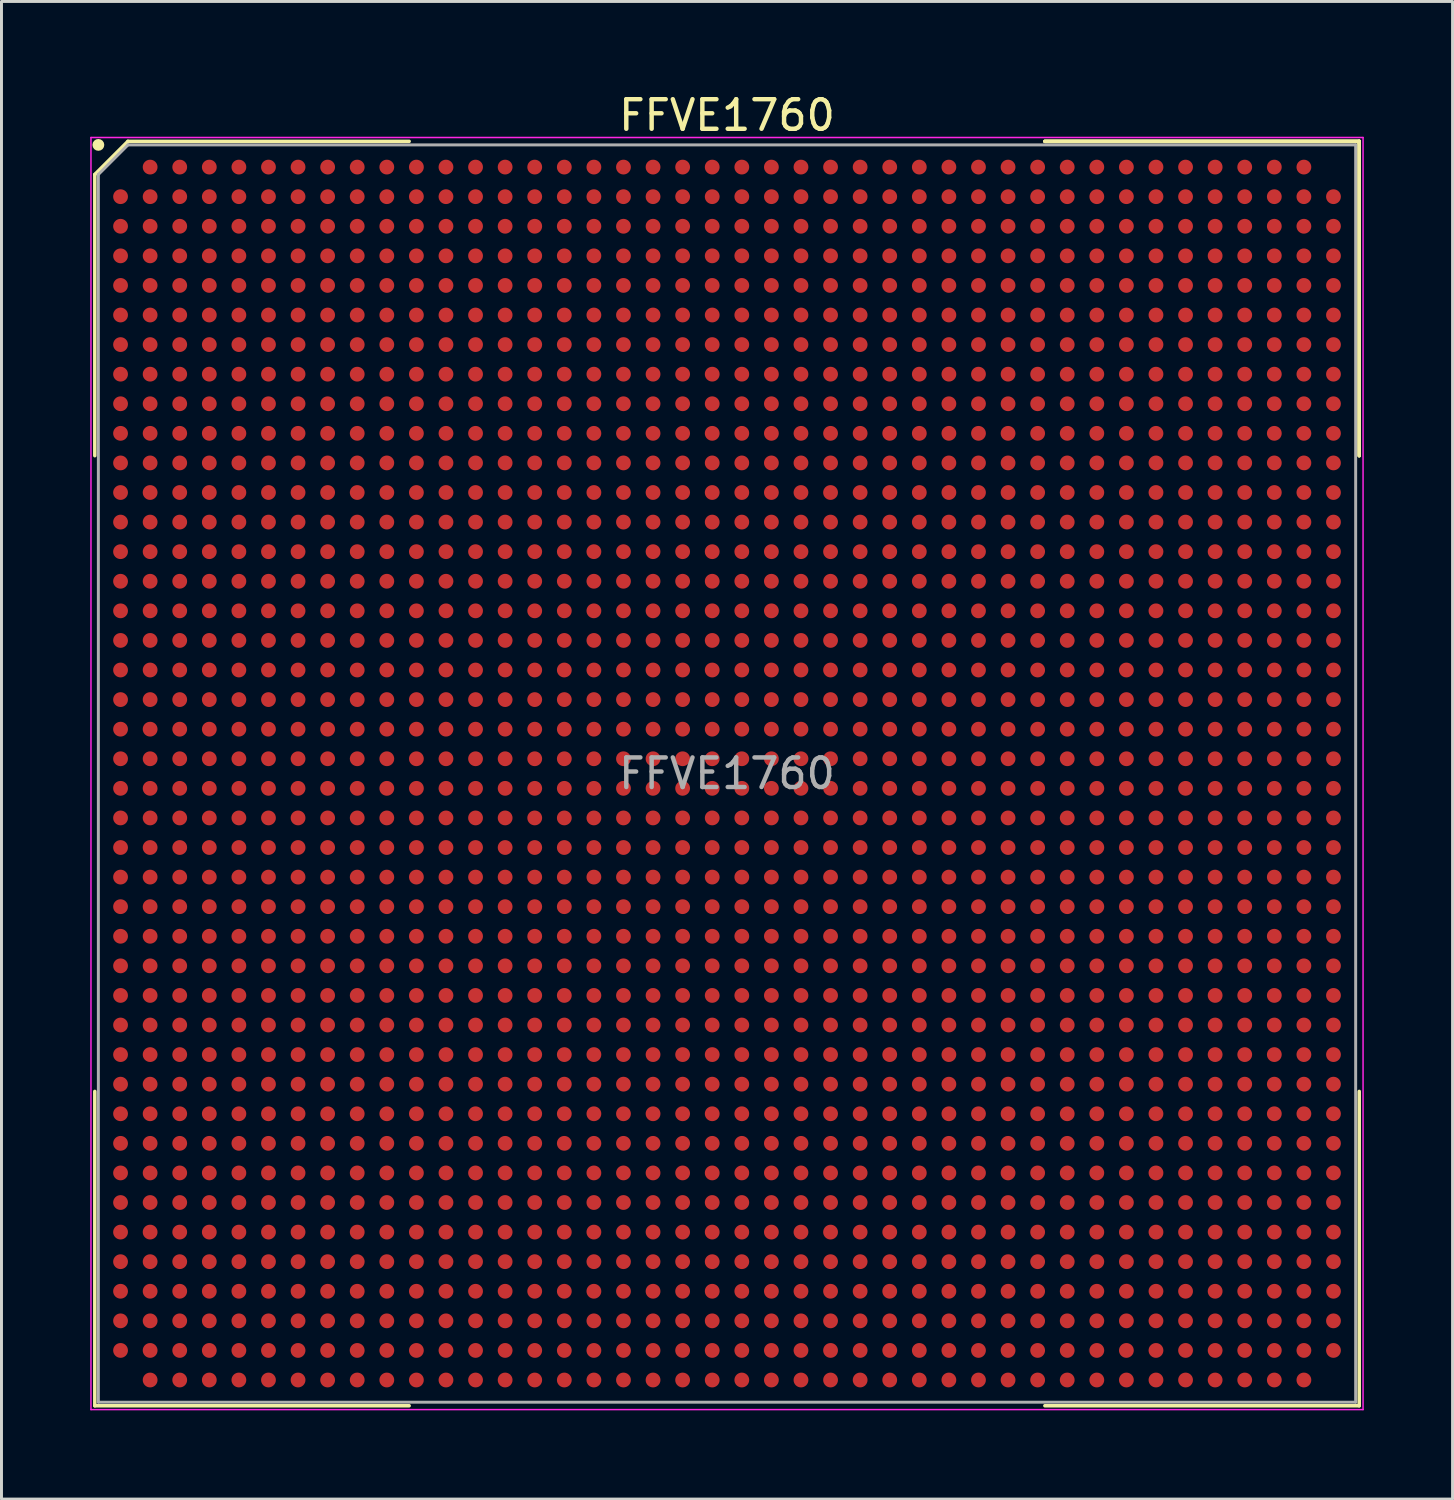
<source format=kicad_pcb>
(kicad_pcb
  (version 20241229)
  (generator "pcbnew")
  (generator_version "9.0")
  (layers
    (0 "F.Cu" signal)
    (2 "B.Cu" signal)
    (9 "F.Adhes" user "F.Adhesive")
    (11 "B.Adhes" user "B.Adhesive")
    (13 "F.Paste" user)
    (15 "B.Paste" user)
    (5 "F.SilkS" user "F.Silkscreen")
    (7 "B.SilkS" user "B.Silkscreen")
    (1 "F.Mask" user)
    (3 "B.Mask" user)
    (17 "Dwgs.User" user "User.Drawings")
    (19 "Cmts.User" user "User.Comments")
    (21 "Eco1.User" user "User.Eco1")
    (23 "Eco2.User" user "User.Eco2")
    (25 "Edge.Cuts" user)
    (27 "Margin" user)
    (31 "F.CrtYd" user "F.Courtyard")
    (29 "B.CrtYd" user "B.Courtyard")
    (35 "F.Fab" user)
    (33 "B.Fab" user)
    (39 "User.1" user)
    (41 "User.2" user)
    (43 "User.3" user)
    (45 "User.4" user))
  (footprint "FFVE1760"
    (layer "F.Cu")
    (at 21.525 23.098)
    (property "Reference" "FFVE1760" (at 0 -22.25 0) (layer "F.SilkS") (effects (font (size 1 1) (thickness 0.15))))
    (attr smd)
    (fp_line (start -21.37 -20.25) (end -21.37 -10.745) (stroke (width 0.12) (type solid)) (layer "F.SilkS"))
    (fp_line (start -21.37 21.37) (end -21.37 10.745) (stroke (width 0.12) (type solid)) (layer "F.SilkS"))
    (fp_line (start -20.25 -21.37) (end -21.37 -20.25) (stroke (width 0.12) (type solid)) (layer "F.SilkS"))
    (fp_line (start -10.745 -21.37) (end -20.25 -21.37) (stroke (width 0.12) (type solid)) (layer "F.SilkS"))
    (fp_line (start -10.745 21.37) (end -21.37 21.37) (stroke (width 0.12) (type solid)) (layer "F.SilkS"))
    (fp_line (start 10.745 -21.37) (end 21.37 -21.37) (stroke (width 0.12) (type solid)) (layer "F.SilkS"))
    (fp_line (start 10.745 -21.37) (end 21.37 -21.37) (stroke (width 0.12) (type solid)) (layer "F.SilkS"))
    (fp_line (start 10.745 -21.37) (end 21.37 -21.37) (stroke (width 0.12) (type solid)) (layer "F.SilkS"))
    (fp_line (start 10.745 21.37) (end 21.37 21.37) (stroke (width 0.12) (type solid)) (layer "F.SilkS"))
    (fp_line (start 21.37 -21.37) (end 21.37 -10.745) (stroke (width 0.12) (type solid)) (layer "F.SilkS"))
    (fp_line (start 21.37 -21.37) (end 21.37 -10.745) (stroke (width 0.12) (type solid)) (layer "F.SilkS"))
    (fp_line (start 21.37 -21.37) (end 21.37 -10.745) (stroke (width 0.12) (type solid)) (layer "F.SilkS"))
    (fp_line (start 21.37 21.37) (end 21.37 10.745) (stroke (width 0.12) (type solid)) (layer "F.SilkS"))
    (fp_circle (center -21.25 -21.25) (end -21.25 -21.15) (stroke (width 0.2) (type solid)) (fill no) (layer "F.SilkS"))
    (fp_line (start -21.5 -21.5) (end 21.5 -21.5) (stroke (width 0.05) (type solid)) (layer "F.CrtYd"))
    (fp_line (start -21.5 21.5) (end -21.5 -21.5) (stroke (width 0.05) (type solid)) (layer "F.CrtYd"))
    (fp_line (start 21.5 -21.5) (end 21.5 21.5) (stroke (width 0.05) (type solid)) (layer "F.CrtYd"))
    (fp_line (start 21.5 21.5) (end -21.5 21.5) (stroke (width 0.05) (type solid)) (layer "F.CrtYd"))
    (fp_line (start -21.25 -20.25) (end -21.25 21.25) (stroke (width 0.1) (type solid)) (layer "F.Fab"))
    (fp_line (start -21.25 21.25) (end 21.25 21.25) (stroke (width 0.1) (type solid)) (layer "F.Fab"))
    (fp_line (start -20.25 -21.25) (end -21.25 -20.25) (stroke (width 0.1) (type solid)) (layer "F.Fab"))
    (fp_line (start 21.25 -21.25) (end -20.25 -21.25) (stroke (width 0.1) (type solid)) (layer "F.Fab"))
    (fp_line (start 21.25 21.25) (end 21.25 -21.25) (stroke (width 0.1) (type solid)) (layer "F.Fab"))
    (fp_text user "${REFERENCE}" (at 0 0 0) (layer "F.Fab") (effects (font (size 1 1) (thickness 0.15))))
    (pad "A2" smd circle (at -19.5 -20.5) (size 0.5 0.5) (layers "F.Cu" "F.Mask" "F.Paste"))
    (pad "A3" smd circle (at -18.5 -20.5) (size 0.5 0.5) (layers "F.Cu" "F.Mask" "F.Paste"))
    (pad "A4" smd circle (at -17.5 -20.5) (size 0.5 0.5) (layers "F.Cu" "F.Mask" "F.Paste"))
    (pad "A5" smd circle (at -16.5 -20.5) (size 0.5 0.5) (layers "F.Cu" "F.Mask" "F.Paste"))
    (pad "A6" smd circle (at -15.5 -20.5) (size 0.5 0.5) (layers "F.Cu" "F.Mask" "F.Paste"))
    (pad "A7" smd circle (at -14.5 -20.5) (size 0.5 0.5) (layers "F.Cu" "F.Mask" "F.Paste"))
    (pad "A8" smd circle (at -13.5 -20.5) (size 0.5 0.5) (layers "F.Cu" "F.Mask" "F.Paste"))
    (pad "A9" smd circle (at -12.5 -20.5) (size 0.5 0.5) (layers "F.Cu" "F.Mask" "F.Paste"))
    (pad "A10" smd circle (at -11.5 -20.5) (size 0.5 0.5) (layers "F.Cu" "F.Mask" "F.Paste"))
    (pad "A11" smd circle (at -10.5 -20.5) (size 0.5 0.5) (layers "F.Cu" "F.Mask" "F.Paste"))
    (pad "A12" smd circle (at -9.5 -20.5) (size 0.5 0.5) (layers "F.Cu" "F.Mask" "F.Paste"))
    (pad "A13" smd circle (at -8.5 -20.5) (size 0.5 0.5) (layers "F.Cu" "F.Mask" "F.Paste"))
    (pad "A14" smd circle (at -7.5 -20.5) (size 0.5 0.5) (layers "F.Cu" "F.Mask" "F.Paste"))
    (pad "A15" smd circle (at -6.5 -20.5) (size 0.5 0.5) (layers "F.Cu" "F.Mask" "F.Paste"))
    (pad "A16" smd circle (at -5.5 -20.5) (size 0.5 0.5) (layers "F.Cu" "F.Mask" "F.Paste"))
    (pad "A17" smd circle (at -4.5 -20.5) (size 0.5 0.5) (layers "F.Cu" "F.Mask" "F.Paste"))
    (pad "A18" smd circle (at -3.5 -20.5) (size 0.5 0.5) (layers "F.Cu" "F.Mask" "F.Paste"))
    (pad "A19" smd circle (at -2.5 -20.5) (size 0.5 0.5) (layers "F.Cu" "F.Mask" "F.Paste"))
    (pad "A20" smd circle (at -1.5 -20.5) (size 0.5 0.5) (layers "F.Cu" "F.Mask" "F.Paste"))
    (pad "A21" smd circle (at -0.5 -20.5) (size 0.5 0.5) (layers "F.Cu" "F.Mask" "F.Paste"))
    (pad "A22" smd circle (at 0.5 -20.5) (size 0.5 0.5) (layers "F.Cu" "F.Mask" "F.Paste"))
    (pad "A23" smd circle (at 1.5 -20.5) (size 0.5 0.5) (layers "F.Cu" "F.Mask" "F.Paste"))
    (pad "A24" smd circle (at 2.5 -20.5) (size 0.5 0.5) (layers "F.Cu" "F.Mask" "F.Paste"))
    (pad "A25" smd circle (at 3.5 -20.5) (size 0.5 0.5) (layers "F.Cu" "F.Mask" "F.Paste"))
    (pad "A26" smd circle (at 4.5 -20.5) (size 0.5 0.5) (layers "F.Cu" "F.Mask" "F.Paste"))
    (pad "A27" smd circle (at 5.5 -20.5) (size 0.5 0.5) (layers "F.Cu" "F.Mask" "F.Paste"))
    (pad "A28" smd circle (at 6.5 -20.5) (size 0.5 0.5) (layers "F.Cu" "F.Mask" "F.Paste"))
    (pad "A29" smd circle (at 7.5 -20.5) (size 0.5 0.5) (layers "F.Cu" "F.Mask" "F.Paste"))
    (pad "A30" smd circle (at 8.5 -20.5) (size 0.5 0.5) (layers "F.Cu" "F.Mask" "F.Paste"))
    (pad "A31" smd circle (at 9.5 -20.5) (size 0.5 0.5) (layers "F.Cu" "F.Mask" "F.Paste"))
    (pad "A32" smd circle (at 10.5 -20.5) (size 0.5 0.5) (layers "F.Cu" "F.Mask" "F.Paste"))
    (pad "A33" smd circle (at 11.5 -20.5) (size 0.5 0.5) (layers "F.Cu" "F.Mask" "F.Paste"))
    (pad "A34" smd circle (at 12.5 -20.5) (size 0.5 0.5) (layers "F.Cu" "F.Mask" "F.Paste"))
    (pad "A35" smd circle (at 13.5 -20.5) (size 0.5 0.5) (layers "F.Cu" "F.Mask" "F.Paste"))
    (pad "A36" smd circle (at 14.5 -20.5) (size 0.5 0.5) (layers "F.Cu" "F.Mask" "F.Paste"))
    (pad "A37" smd circle (at 15.5 -20.5) (size 0.5 0.5) (layers "F.Cu" "F.Mask" "F.Paste"))
    (pad "A38" smd circle (at 16.5 -20.5) (size 0.5 0.5) (layers "F.Cu" "F.Mask" "F.Paste"))
    (pad "A39" smd circle (at 17.5 -20.5) (size 0.5 0.5) (layers "F.Cu" "F.Mask" "F.Paste"))
    (pad "A40" smd circle (at 18.5 -20.5) (size 0.5 0.5) (layers "F.Cu" "F.Mask" "F.Paste"))
    (pad "A41" smd circle (at 19.5 -20.5) (size 0.5 0.5) (layers "F.Cu" "F.Mask" "F.Paste"))
    (pad "AA1" smd circle (at -20.5 -0.5) (size 0.5 0.5) (layers "F.Cu" "F.Mask" "F.Paste"))
    (pad "AA2" smd circle (at -19.5 -0.5) (size 0.5 0.5) (layers "F.Cu" "F.Mask" "F.Paste"))
    (pad "AA3" smd circle (at -18.5 -0.5) (size 0.5 0.5) (layers "F.Cu" "F.Mask" "F.Paste"))
    (pad "AA4" smd circle (at -17.5 -0.5) (size 0.5 0.5) (layers "F.Cu" "F.Mask" "F.Paste"))
    (pad "AA5" smd circle (at -16.5 -0.5) (size 0.5 0.5) (layers "F.Cu" "F.Mask" "F.Paste"))
    (pad "AA6" smd circle (at -15.5 -0.5) (size 0.5 0.5) (layers "F.Cu" "F.Mask" "F.Paste"))
    (pad "AA7" smd circle (at -14.5 -0.5) (size 0.5 0.5) (layers "F.Cu" "F.Mask" "F.Paste"))
    (pad "AA8" smd circle (at -13.5 -0.5) (size 0.5 0.5) (layers "F.Cu" "F.Mask" "F.Paste"))
    (pad "AA9" smd circle (at -12.5 -0.5) (size 0.5 0.5) (layers "F.Cu" "F.Mask" "F.Paste"))
    (pad "AA10" smd circle (at -11.5 -0.5) (size 0.5 0.5) (layers "F.Cu" "F.Mask" "F.Paste"))
    (pad "AA11" smd circle (at -10.5 -0.5) (size 0.5 0.5) (layers "F.Cu" "F.Mask" "F.Paste"))
    (pad "AA12" smd circle (at -9.5 -0.5) (size 0.5 0.5) (layers "F.Cu" "F.Mask" "F.Paste"))
    (pad "AA13" smd circle (at -8.5 -0.5) (size 0.5 0.5) (layers "F.Cu" "F.Mask" "F.Paste"))
    (pad "AA14" smd circle (at -7.5 -0.5) (size 0.5 0.5) (layers "F.Cu" "F.Mask" "F.Paste"))
    (pad "AA15" smd circle (at -6.5 -0.5) (size 0.5 0.5) (layers "F.Cu" "F.Mask" "F.Paste"))
    (pad "AA16" smd circle (at -5.5 -0.5) (size 0.5 0.5) (layers "F.Cu" "F.Mask" "F.Paste"))
    (pad "AA17" smd circle (at -4.5 -0.5) (size 0.5 0.5) (layers "F.Cu" "F.Mask" "F.Paste"))
    (pad "AA18" smd circle (at -3.5 -0.5) (size 0.5 0.5) (layers "F.Cu" "F.Mask" "F.Paste"))
    (pad "AA19" smd circle (at -2.5 -0.5) (size 0.5 0.5) (layers "F.Cu" "F.Mask" "F.Paste"))
    (pad "AA20" smd circle (at -1.5 -0.5) (size 0.5 0.5) (layers "F.Cu" "F.Mask" "F.Paste"))
    (pad "AA21" smd circle (at -0.5 -0.5) (size 0.5 0.5) (layers "F.Cu" "F.Mask" "F.Paste"))
    (pad "AA22" smd circle (at 0.5 -0.5) (size 0.5 0.5) (layers "F.Cu" "F.Mask" "F.Paste"))
    (pad "AA23" smd circle (at 1.5 -0.5) (size 0.5 0.5) (layers "F.Cu" "F.Mask" "F.Paste"))
    (pad "AA24" smd circle (at 2.5 -0.5) (size 0.5 0.5) (layers "F.Cu" "F.Mask" "F.Paste"))
    (pad "AA25" smd circle (at 3.5 -0.5) (size 0.5 0.5) (layers "F.Cu" "F.Mask" "F.Paste"))
    (pad "AA26" smd circle (at 4.5 -0.5) (size 0.5 0.5) (layers "F.Cu" "F.Mask" "F.Paste"))
    (pad "AA27" smd circle (at 5.5 -0.5) (size 0.5 0.5) (layers "F.Cu" "F.Mask" "F.Paste"))
    (pad "AA28" smd circle (at 6.5 -0.5) (size 0.5 0.5) (layers "F.Cu" "F.Mask" "F.Paste"))
    (pad "AA29" smd circle (at 7.5 -0.5) (size 0.5 0.5) (layers "F.Cu" "F.Mask" "F.Paste"))
    (pad "AA30" smd circle (at 8.5 -0.5) (size 0.5 0.5) (layers "F.Cu" "F.Mask" "F.Paste"))
    (pad "AA31" smd circle (at 9.5 -0.5) (size 0.5 0.5) (layers "F.Cu" "F.Mask" "F.Paste"))
    (pad "AA32" smd circle (at 10.5 -0.5) (size 0.5 0.5) (layers "F.Cu" "F.Mask" "F.Paste"))
    (pad "AA33" smd circle (at 11.5 -0.5) (size 0.5 0.5) (layers "F.Cu" "F.Mask" "F.Paste"))
    (pad "AA34" smd circle (at 12.5 -0.5) (size 0.5 0.5) (layers "F.Cu" "F.Mask" "F.Paste"))
    (pad "AA35" smd circle (at 13.5 -0.5) (size 0.5 0.5) (layers "F.Cu" "F.Mask" "F.Paste"))
    (pad "AA36" smd circle (at 14.5 -0.5) (size 0.5 0.5) (layers "F.Cu" "F.Mask" "F.Paste"))
    (pad "AA37" smd circle (at 15.5 -0.5) (size 0.5 0.5) (layers "F.Cu" "F.Mask" "F.Paste"))
    (pad "AA38" smd circle (at 16.5 -0.5) (size 0.5 0.5) (layers "F.Cu" "F.Mask" "F.Paste"))
    (pad "AA39" smd circle (at 17.5 -0.5) (size 0.5 0.5) (layers "F.Cu" "F.Mask" "F.Paste"))
    (pad "AA40" smd circle (at 18.5 -0.5) (size 0.5 0.5) (layers "F.Cu" "F.Mask" "F.Paste"))
    (pad "AA41" smd circle (at 19.5 -0.5) (size 0.5 0.5) (layers "F.Cu" "F.Mask" "F.Paste"))
    (pad "AA42" smd circle (at 20.5 -0.5) (size 0.5 0.5) (layers "F.Cu" "F.Mask" "F.Paste"))
    (pad "AB1" smd circle (at -20.5 0.5) (size 0.5 0.5) (layers "F.Cu" "F.Mask" "F.Paste"))
    (pad "AB2" smd circle (at -19.5 0.5) (size 0.5 0.5) (layers "F.Cu" "F.Mask" "F.Paste"))
    (pad "AB3" smd circle (at -18.5 0.5) (size 0.5 0.5) (layers "F.Cu" "F.Mask" "F.Paste"))
    (pad "AB4" smd circle (at -17.5 0.5) (size 0.5 0.5) (layers "F.Cu" "F.Mask" "F.Paste"))
    (pad "AB5" smd circle (at -16.5 0.5) (size 0.5 0.5) (layers "F.Cu" "F.Mask" "F.Paste"))
    (pad "AB6" smd circle (at -15.5 0.5) (size 0.5 0.5) (layers "F.Cu" "F.Mask" "F.Paste"))
    (pad "AB7" smd circle (at -14.5 0.5) (size 0.5 0.5) (layers "F.Cu" "F.Mask" "F.Paste"))
    (pad "AB8" smd circle (at -13.5 0.5) (size 0.5 0.5) (layers "F.Cu" "F.Mask" "F.Paste"))
    (pad "AB9" smd circle (at -12.5 0.5) (size 0.5 0.5) (layers "F.Cu" "F.Mask" "F.Paste"))
    (pad "AB10" smd circle (at -11.5 0.5) (size 0.5 0.5) (layers "F.Cu" "F.Mask" "F.Paste"))
    (pad "AB11" smd circle (at -10.5 0.5) (size 0.5 0.5) (layers "F.Cu" "F.Mask" "F.Paste"))
    (pad "AB12" smd circle (at -9.5 0.5) (size 0.5 0.5) (layers "F.Cu" "F.Mask" "F.Paste"))
    (pad "AB13" smd circle (at -8.5 0.5) (size 0.5 0.5) (layers "F.Cu" "F.Mask" "F.Paste"))
    (pad "AB14" smd circle (at -7.5 0.5) (size 0.5 0.5) (layers "F.Cu" "F.Mask" "F.Paste"))
    (pad "AB15" smd circle (at -6.5 0.5) (size 0.5 0.5) (layers "F.Cu" "F.Mask" "F.Paste"))
    (pad "AB16" smd circle (at -5.5 0.5) (size 0.5 0.5) (layers "F.Cu" "F.Mask" "F.Paste"))
    (pad "AB17" smd circle (at -4.5 0.5) (size 0.5 0.5) (layers "F.Cu" "F.Mask" "F.Paste"))
    (pad "AB18" smd circle (at -3.5 0.5) (size 0.5 0.5) (layers "F.Cu" "F.Mask" "F.Paste"))
    (pad "AB19" smd circle (at -2.5 0.5) (size 0.5 0.5) (layers "F.Cu" "F.Mask" "F.Paste"))
    (pad "AB20" smd circle (at -1.5 0.5) (size 0.5 0.5) (layers "F.Cu" "F.Mask" "F.Paste"))
    (pad "AB21" smd circle (at -0.5 0.5) (size 0.5 0.5) (layers "F.Cu" "F.Mask" "F.Paste"))
    (pad "AB22" smd circle (at 0.5 0.5) (size 0.5 0.5) (layers "F.Cu" "F.Mask" "F.Paste"))
    (pad "AB23" smd circle (at 1.5 0.5) (size 0.5 0.5) (layers "F.Cu" "F.Mask" "F.Paste"))
    (pad "AB24" smd circle (at 2.5 0.5) (size 0.5 0.5) (layers "F.Cu" "F.Mask" "F.Paste"))
    (pad "AB25" smd circle (at 3.5 0.5) (size 0.5 0.5) (layers "F.Cu" "F.Mask" "F.Paste"))
    (pad "AB26" smd circle (at 4.5 0.5) (size 0.5 0.5) (layers "F.Cu" "F.Mask" "F.Paste"))
    (pad "AB27" smd circle (at 5.5 0.5) (size 0.5 0.5) (layers "F.Cu" "F.Mask" "F.Paste"))
    (pad "AB28" smd circle (at 6.5 0.5) (size 0.5 0.5) (layers "F.Cu" "F.Mask" "F.Paste"))
    (pad "AB29" smd circle (at 7.5 0.5) (size 0.5 0.5) (layers "F.Cu" "F.Mask" "F.Paste"))
    (pad "AB30" smd circle (at 8.5 0.5) (size 0.5 0.5) (layers "F.Cu" "F.Mask" "F.Paste"))
    (pad "AB31" smd circle (at 9.5 0.5) (size 0.5 0.5) (layers "F.Cu" "F.Mask" "F.Paste"))
    (pad "AB32" smd circle (at 10.5 0.5) (size 0.5 0.5) (layers "F.Cu" "F.Mask" "F.Paste"))
    (pad "AB33" smd circle (at 11.5 0.5) (size 0.5 0.5) (layers "F.Cu" "F.Mask" "F.Paste"))
    (pad "AB34" smd circle (at 12.5 0.5) (size 0.5 0.5) (layers "F.Cu" "F.Mask" "F.Paste"))
    (pad "AB35" smd circle (at 13.5 0.5) (size 0.5 0.5) (layers "F.Cu" "F.Mask" "F.Paste"))
    (pad "AB36" smd circle (at 14.5 0.5) (size 0.5 0.5) (layers "F.Cu" "F.Mask" "F.Paste"))
    (pad "AB37" smd circle (at 15.5 0.5) (size 0.5 0.5) (layers "F.Cu" "F.Mask" "F.Paste"))
    (pad "AB38" smd circle (at 16.5 0.5) (size 0.5 0.5) (layers "F.Cu" "F.Mask" "F.Paste"))
    (pad "AB39" smd circle (at 17.5 0.5) (size 0.5 0.5) (layers "F.Cu" "F.Mask" "F.Paste"))
    (pad "AB40" smd circle (at 18.5 0.5) (size 0.5 0.5) (layers "F.Cu" "F.Mask" "F.Paste"))
    (pad "AB41" smd circle (at 19.5 0.5) (size 0.5 0.5) (layers "F.Cu" "F.Mask" "F.Paste"))
    (pad "AB42" smd circle (at 20.5 0.5) (size 0.5 0.5) (layers "F.Cu" "F.Mask" "F.Paste"))
    (pad "AC1" smd circle (at -20.5 1.5) (size 0.5 0.5) (layers "F.Cu" "F.Mask" "F.Paste"))
    (pad "AC2" smd circle (at -19.5 1.5) (size 0.5 0.5) (layers "F.Cu" "F.Mask" "F.Paste"))
    (pad "AC3" smd circle (at -18.5 1.5) (size 0.5 0.5) (layers "F.Cu" "F.Mask" "F.Paste"))
    (pad "AC4" smd circle (at -17.5 1.5) (size 0.5 0.5) (layers "F.Cu" "F.Mask" "F.Paste"))
    (pad "AC5" smd circle (at -16.5 1.5) (size 0.5 0.5) (layers "F.Cu" "F.Mask" "F.Paste"))
    (pad "AC6" smd circle (at -15.5 1.5) (size 0.5 0.5) (layers "F.Cu" "F.Mask" "F.Paste"))
    (pad "AC7" smd circle (at -14.5 1.5) (size 0.5 0.5) (layers "F.Cu" "F.Mask" "F.Paste"))
    (pad "AC8" smd circle (at -13.5 1.5) (size 0.5 0.5) (layers "F.Cu" "F.Mask" "F.Paste"))
    (pad "AC9" smd circle (at -12.5 1.5) (size 0.5 0.5) (layers "F.Cu" "F.Mask" "F.Paste"))
    (pad "AC10" smd circle (at -11.5 1.5) (size 0.5 0.5) (layers "F.Cu" "F.Mask" "F.Paste"))
    (pad "AC11" smd circle (at -10.5 1.5) (size 0.5 0.5) (layers "F.Cu" "F.Mask" "F.Paste"))
    (pad "AC12" smd circle (at -9.5 1.5) (size 0.5 0.5) (layers "F.Cu" "F.Mask" "F.Paste"))
    (pad "AC13" smd circle (at -8.5 1.5) (size 0.5 0.5) (layers "F.Cu" "F.Mask" "F.Paste"))
    (pad "AC14" smd circle (at -7.5 1.5) (size 0.5 0.5) (layers "F.Cu" "F.Mask" "F.Paste"))
    (pad "AC15" smd circle (at -6.5 1.5) (size 0.5 0.5) (layers "F.Cu" "F.Mask" "F.Paste"))
    (pad "AC16" smd circle (at -5.5 1.5) (size 0.5 0.5) (layers "F.Cu" "F.Mask" "F.Paste"))
    (pad "AC17" smd circle (at -4.5 1.5) (size 0.5 0.5) (layers "F.Cu" "F.Mask" "F.Paste"))
    (pad "AC18" smd circle (at -3.5 1.5) (size 0.5 0.5) (layers "F.Cu" "F.Mask" "F.Paste"))
    (pad "AC19" smd circle (at -2.5 1.5) (size 0.5 0.5) (layers "F.Cu" "F.Mask" "F.Paste"))
    (pad "AC20" smd circle (at -1.5 1.5) (size 0.5 0.5) (layers "F.Cu" "F.Mask" "F.Paste"))
    (pad "AC21" smd circle (at -0.5 1.5) (size 0.5 0.5) (layers "F.Cu" "F.Mask" "F.Paste"))
    (pad "AC22" smd circle (at 0.5 1.5) (size 0.5 0.5) (layers "F.Cu" "F.Mask" "F.Paste"))
    (pad "AC23" smd circle (at 1.5 1.5) (size 0.5 0.5) (layers "F.Cu" "F.Mask" "F.Paste"))
    (pad "AC24" smd circle (at 2.5 1.5) (size 0.5 0.5) (layers "F.Cu" "F.Mask" "F.Paste"))
    (pad "AC25" smd circle (at 3.5 1.5) (size 0.5 0.5) (layers "F.Cu" "F.Mask" "F.Paste"))
    (pad "AC26" smd circle (at 4.5 1.5) (size 0.5 0.5) (layers "F.Cu" "F.Mask" "F.Paste"))
    (pad "AC27" smd circle (at 5.5 1.5) (size 0.5 0.5) (layers "F.Cu" "F.Mask" "F.Paste"))
    (pad "AC28" smd circle (at 6.5 1.5) (size 0.5 0.5) (layers "F.Cu" "F.Mask" "F.Paste"))
    (pad "AC29" smd circle (at 7.5 1.5) (size 0.5 0.5) (layers "F.Cu" "F.Mask" "F.Paste"))
    (pad "AC30" smd circle (at 8.5 1.5) (size 0.5 0.5) (layers "F.Cu" "F.Mask" "F.Paste"))
    (pad "AC31" smd circle (at 9.5 1.5) (size 0.5 0.5) (layers "F.Cu" "F.Mask" "F.Paste"))
    (pad "AC32" smd circle (at 10.5 1.5) (size 0.5 0.5) (layers "F.Cu" "F.Mask" "F.Paste"))
    (pad "AC33" smd circle (at 11.5 1.5) (size 0.5 0.5) (layers "F.Cu" "F.Mask" "F.Paste"))
    (pad "AC34" smd circle (at 12.5 1.5) (size 0.5 0.5) (layers "F.Cu" "F.Mask" "F.Paste"))
    (pad "AC35" smd circle (at 13.5 1.5) (size 0.5 0.5) (layers "F.Cu" "F.Mask" "F.Paste"))
    (pad "AC36" smd circle (at 14.5 1.5) (size 0.5 0.5) (layers "F.Cu" "F.Mask" "F.Paste"))
    (pad "AC37" smd circle (at 15.5 1.5) (size 0.5 0.5) (layers "F.Cu" "F.Mask" "F.Paste"))
    (pad "AC38" smd circle (at 16.5 1.5) (size 0.5 0.5) (layers "F.Cu" "F.Mask" "F.Paste"))
    (pad "AC39" smd circle (at 17.5 1.5) (size 0.5 0.5) (layers "F.Cu" "F.Mask" "F.Paste"))
    (pad "AC40" smd circle (at 18.5 1.5) (size 0.5 0.5) (layers "F.Cu" "F.Mask" "F.Paste"))
    (pad "AC41" smd circle (at 19.5 1.5) (size 0.5 0.5) (layers "F.Cu" "F.Mask" "F.Paste"))
    (pad "AC42" smd circle (at 20.5 1.5) (size 0.5 0.5) (layers "F.Cu" "F.Mask" "F.Paste"))
    (pad "AD1" smd circle (at -20.5 2.5) (size 0.5 0.5) (layers "F.Cu" "F.Mask" "F.Paste"))
    (pad "AD2" smd circle (at -19.5 2.5) (size 0.5 0.5) (layers "F.Cu" "F.Mask" "F.Paste"))
    (pad "AD3" smd circle (at -18.5 2.5) (size 0.5 0.5) (layers "F.Cu" "F.Mask" "F.Paste"))
    (pad "AD4" smd circle (at -17.5 2.5) (size 0.5 0.5) (layers "F.Cu" "F.Mask" "F.Paste"))
    (pad "AD5" smd circle (at -16.5 2.5) (size 0.5 0.5) (layers "F.Cu" "F.Mask" "F.Paste"))
    (pad "AD6" smd circle (at -15.5 2.5) (size 0.5 0.5) (layers "F.Cu" "F.Mask" "F.Paste"))
    (pad "AD7" smd circle (at -14.5 2.5) (size 0.5 0.5) (layers "F.Cu" "F.Mask" "F.Paste"))
    (pad "AD8" smd circle (at -13.5 2.5) (size 0.5 0.5) (layers "F.Cu" "F.Mask" "F.Paste"))
    (pad "AD9" smd circle (at -12.5 2.5) (size 0.5 0.5) (layers "F.Cu" "F.Mask" "F.Paste"))
    (pad "AD10" smd circle (at -11.5 2.5) (size 0.5 0.5) (layers "F.Cu" "F.Mask" "F.Paste"))
    (pad "AD11" smd circle (at -10.5 2.5) (size 0.5 0.5) (layers "F.Cu" "F.Mask" "F.Paste"))
    (pad "AD12" smd circle (at -9.5 2.5) (size 0.5 0.5) (layers "F.Cu" "F.Mask" "F.Paste"))
    (pad "AD13" smd circle (at -8.5 2.5) (size 0.5 0.5) (layers "F.Cu" "F.Mask" "F.Paste"))
    (pad "AD14" smd circle (at -7.5 2.5) (size 0.5 0.5) (layers "F.Cu" "F.Mask" "F.Paste"))
    (pad "AD15" smd circle (at -6.5 2.5) (size 0.5 0.5) (layers "F.Cu" "F.Mask" "F.Paste"))
    (pad "AD16" smd circle (at -5.5 2.5) (size 0.5 0.5) (layers "F.Cu" "F.Mask" "F.Paste"))
    (pad "AD17" smd circle (at -4.5 2.5) (size 0.5 0.5) (layers "F.Cu" "F.Mask" "F.Paste"))
    (pad "AD18" smd circle (at -3.5 2.5) (size 0.5 0.5) (layers "F.Cu" "F.Mask" "F.Paste"))
    (pad "AD19" smd circle (at -2.5 2.5) (size 0.5 0.5) (layers "F.Cu" "F.Mask" "F.Paste"))
    (pad "AD20" smd circle (at -1.5 2.5) (size 0.5 0.5) (layers "F.Cu" "F.Mask" "F.Paste"))
    (pad "AD21" smd circle (at -0.5 2.5) (size 0.5 0.5) (layers "F.Cu" "F.Mask" "F.Paste"))
    (pad "AD22" smd circle (at 0.5 2.5) (size 0.5 0.5) (layers "F.Cu" "F.Mask" "F.Paste"))
    (pad "AD23" smd circle (at 1.5 2.5) (size 0.5 0.5) (layers "F.Cu" "F.Mask" "F.Paste"))
    (pad "AD24" smd circle (at 2.5 2.5) (size 0.5 0.5) (layers "F.Cu" "F.Mask" "F.Paste"))
    (pad "AD25" smd circle (at 3.5 2.5) (size 0.5 0.5) (layers "F.Cu" "F.Mask" "F.Paste"))
    (pad "AD26" smd circle (at 4.5 2.5) (size 0.5 0.5) (layers "F.Cu" "F.Mask" "F.Paste"))
    (pad "AD27" smd circle (at 5.5 2.5) (size 0.5 0.5) (layers "F.Cu" "F.Mask" "F.Paste"))
    (pad "AD28" smd circle (at 6.5 2.5) (size 0.5 0.5) (layers "F.Cu" "F.Mask" "F.Paste"))
    (pad "AD29" smd circle (at 7.5 2.5) (size 0.5 0.5) (layers "F.Cu" "F.Mask" "F.Paste"))
    (pad "AD30" smd circle (at 8.5 2.5) (size 0.5 0.5) (layers "F.Cu" "F.Mask" "F.Paste"))
    (pad "AD31" smd circle (at 9.5 2.5) (size 0.5 0.5) (layers "F.Cu" "F.Mask" "F.Paste"))
    (pad "AD32" smd circle (at 10.5 2.5) (size 0.5 0.5) (layers "F.Cu" "F.Mask" "F.Paste"))
    (pad "AD33" smd circle (at 11.5 2.5) (size 0.5 0.5) (layers "F.Cu" "F.Mask" "F.Paste"))
    (pad "AD34" smd circle (at 12.5 2.5) (size 0.5 0.5) (layers "F.Cu" "F.Mask" "F.Paste"))
    (pad "AD35" smd circle (at 13.5 2.5) (size 0.5 0.5) (layers "F.Cu" "F.Mask" "F.Paste"))
    (pad "AD36" smd circle (at 14.5 2.5) (size 0.5 0.5) (layers "F.Cu" "F.Mask" "F.Paste"))
    (pad "AD37" smd circle (at 15.5 2.5) (size 0.5 0.5) (layers "F.Cu" "F.Mask" "F.Paste"))
    (pad "AD38" smd circle (at 16.5 2.5) (size 0.5 0.5) (layers "F.Cu" "F.Mask" "F.Paste"))
    (pad "AD39" smd circle (at 17.5 2.5) (size 0.5 0.5) (layers "F.Cu" "F.Mask" "F.Paste"))
    (pad "AD40" smd circle (at 18.5 2.5) (size 0.5 0.5) (layers "F.Cu" "F.Mask" "F.Paste"))
    (pad "AD41" smd circle (at 19.5 2.5) (size 0.5 0.5) (layers "F.Cu" "F.Mask" "F.Paste"))
    (pad "AD42" smd circle (at 20.5 2.5) (size 0.5 0.5) (layers "F.Cu" "F.Mask" "F.Paste"))
    (pad "AE1" smd circle (at -20.5 3.5) (size 0.5 0.5) (layers "F.Cu" "F.Mask" "F.Paste"))
    (pad "AE2" smd circle (at -19.5 3.5) (size 0.5 0.5) (layers "F.Cu" "F.Mask" "F.Paste"))
    (pad "AE3" smd circle (at -18.5 3.5) (size 0.5 0.5) (layers "F.Cu" "F.Mask" "F.Paste"))
    (pad "AE4" smd circle (at -17.5 3.5) (size 0.5 0.5) (layers "F.Cu" "F.Mask" "F.Paste"))
    (pad "AE5" smd circle (at -16.5 3.5) (size 0.5 0.5) (layers "F.Cu" "F.Mask" "F.Paste"))
    (pad "AE6" smd circle (at -15.5 3.5) (size 0.5 0.5) (layers "F.Cu" "F.Mask" "F.Paste"))
    (pad "AE7" smd circle (at -14.5 3.5) (size 0.5 0.5) (layers "F.Cu" "F.Mask" "F.Paste"))
    (pad "AE8" smd circle (at -13.5 3.5) (size 0.5 0.5) (layers "F.Cu" "F.Mask" "F.Paste"))
    (pad "AE9" smd circle (at -12.5 3.5) (size 0.5 0.5) (layers "F.Cu" "F.Mask" "F.Paste"))
    (pad "AE10" smd circle (at -11.5 3.5) (size 0.5 0.5) (layers "F.Cu" "F.Mask" "F.Paste"))
    (pad "AE11" smd circle (at -10.5 3.5) (size 0.5 0.5) (layers "F.Cu" "F.Mask" "F.Paste"))
    (pad "AE12" smd circle (at -9.5 3.5) (size 0.5 0.5) (layers "F.Cu" "F.Mask" "F.Paste"))
    (pad "AE13" smd circle (at -8.5 3.5) (size 0.5 0.5) (layers "F.Cu" "F.Mask" "F.Paste"))
    (pad "AE14" smd circle (at -7.5 3.5) (size 0.5 0.5) (layers "F.Cu" "F.Mask" "F.Paste"))
    (pad "AE15" smd circle (at -6.5 3.5) (size 0.5 0.5) (layers "F.Cu" "F.Mask" "F.Paste"))
    (pad "AE16" smd circle (at -5.5 3.5) (size 0.5 0.5) (layers "F.Cu" "F.Mask" "F.Paste"))
    (pad "AE17" smd circle (at -4.5 3.5) (size 0.5 0.5) (layers "F.Cu" "F.Mask" "F.Paste"))
    (pad "AE18" smd circle (at -3.5 3.5) (size 0.5 0.5) (layers "F.Cu" "F.Mask" "F.Paste"))
    (pad "AE19" smd circle (at -2.5 3.5) (size 0.5 0.5) (layers "F.Cu" "F.Mask" "F.Paste"))
    (pad "AE20" smd circle (at -1.5 3.5) (size 0.5 0.5) (layers "F.Cu" "F.Mask" "F.Paste"))
    (pad "AE21" smd circle (at -0.5 3.5) (size 0.5 0.5) (layers "F.Cu" "F.Mask" "F.Paste"))
    (pad "AE22" smd circle (at 0.5 3.5) (size 0.5 0.5) (layers "F.Cu" "F.Mask" "F.Paste"))
    (pad "AE23" smd circle (at 1.5 3.5) (size 0.5 0.5) (layers "F.Cu" "F.Mask" "F.Paste"))
    (pad "AE24" smd circle (at 2.5 3.5) (size 0.5 0.5) (layers "F.Cu" "F.Mask" "F.Paste"))
    (pad "AE25" smd circle (at 3.5 3.5) (size 0.5 0.5) (layers "F.Cu" "F.Mask" "F.Paste"))
    (pad "AE26" smd circle (at 4.5 3.5) (size 0.5 0.5) (layers "F.Cu" "F.Mask" "F.Paste"))
    (pad "AE27" smd circle (at 5.5 3.5) (size 0.5 0.5) (layers "F.Cu" "F.Mask" "F.Paste"))
    (pad "AE28" smd circle (at 6.5 3.5) (size 0.5 0.5) (layers "F.Cu" "F.Mask" "F.Paste"))
    (pad "AE29" smd circle (at 7.5 3.5) (size 0.5 0.5) (layers "F.Cu" "F.Mask" "F.Paste"))
    (pad "AE30" smd circle (at 8.5 3.5) (size 0.5 0.5) (layers "F.Cu" "F.Mask" "F.Paste"))
    (pad "AE31" smd circle (at 9.5 3.5) (size 0.5 0.5) (layers "F.Cu" "F.Mask" "F.Paste"))
    (pad "AE32" smd circle (at 10.5 3.5) (size 0.5 0.5) (layers "F.Cu" "F.Mask" "F.Paste"))
    (pad "AE33" smd circle (at 11.5 3.5) (size 0.5 0.5) (layers "F.Cu" "F.Mask" "F.Paste"))
    (pad "AE34" smd circle (at 12.5 3.5) (size 0.5 0.5) (layers "F.Cu" "F.Mask" "F.Paste"))
    (pad "AE35" smd circle (at 13.5 3.5) (size 0.5 0.5) (layers "F.Cu" "F.Mask" "F.Paste"))
    (pad "AE36" smd circle (at 14.5 3.5) (size 0.5 0.5) (layers "F.Cu" "F.Mask" "F.Paste"))
    (pad "AE37" smd circle (at 15.5 3.5) (size 0.5 0.5) (layers "F.Cu" "F.Mask" "F.Paste"))
    (pad "AE38" smd circle (at 16.5 3.5) (size 0.5 0.5) (layers "F.Cu" "F.Mask" "F.Paste"))
    (pad "AE39" smd circle (at 17.5 3.5) (size 0.5 0.5) (layers "F.Cu" "F.Mask" "F.Paste"))
    (pad "AE40" smd circle (at 18.5 3.5) (size 0.5 0.5) (layers "F.Cu" "F.Mask" "F.Paste"))
    (pad "AE41" smd circle (at 19.5 3.5) (size 0.5 0.5) (layers "F.Cu" "F.Mask" "F.Paste"))
    (pad "AE42" smd circle (at 20.5 3.5) (size 0.5 0.5) (layers "F.Cu" "F.Mask" "F.Paste"))
    (pad "AF1" smd circle (at -20.5 4.5) (size 0.5 0.5) (layers "F.Cu" "F.Mask" "F.Paste"))
    (pad "AF2" smd circle (at -19.5 4.5) (size 0.5 0.5) (layers "F.Cu" "F.Mask" "F.Paste"))
    (pad "AF3" smd circle (at -18.5 4.5) (size 0.5 0.5) (layers "F.Cu" "F.Mask" "F.Paste"))
    (pad "AF4" smd circle (at -17.5 4.5) (size 0.5 0.5) (layers "F.Cu" "F.Mask" "F.Paste"))
    (pad "AF5" smd circle (at -16.5 4.5) (size 0.5 0.5) (layers "F.Cu" "F.Mask" "F.Paste"))
    (pad "AF6" smd circle (at -15.5 4.5) (size 0.5 0.5) (layers "F.Cu" "F.Mask" "F.Paste"))
    (pad "AF7" smd circle (at -14.5 4.5) (size 0.5 0.5) (layers "F.Cu" "F.Mask" "F.Paste"))
    (pad "AF8" smd circle (at -13.5 4.5) (size 0.5 0.5) (layers "F.Cu" "F.Mask" "F.Paste"))
    (pad "AF9" smd circle (at -12.5 4.5) (size 0.5 0.5) (layers "F.Cu" "F.Mask" "F.Paste"))
    (pad "AF10" smd circle (at -11.5 4.5) (size 0.5 0.5) (layers "F.Cu" "F.Mask" "F.Paste"))
    (pad "AF11" smd circle (at -10.5 4.5) (size 0.5 0.5) (layers "F.Cu" "F.Mask" "F.Paste"))
    (pad "AF12" smd circle (at -9.5 4.5) (size 0.5 0.5) (layers "F.Cu" "F.Mask" "F.Paste"))
    (pad "AF13" smd circle (at -8.5 4.5) (size 0.5 0.5) (layers "F.Cu" "F.Mask" "F.Paste"))
    (pad "AF14" smd circle (at -7.5 4.5) (size 0.5 0.5) (layers "F.Cu" "F.Mask" "F.Paste"))
    (pad "AF15" smd circle (at -6.5 4.5) (size 0.5 0.5) (layers "F.Cu" "F.Mask" "F.Paste"))
    (pad "AF16" smd circle (at -5.5 4.5) (size 0.5 0.5) (layers "F.Cu" "F.Mask" "F.Paste"))
    (pad "AF17" smd circle (at -4.5 4.5) (size 0.5 0.5) (layers "F.Cu" "F.Mask" "F.Paste"))
    (pad "AF18" smd circle (at -3.5 4.5) (size 0.5 0.5) (layers "F.Cu" "F.Mask" "F.Paste"))
    (pad "AF19" smd circle (at -2.5 4.5) (size 0.5 0.5) (layers "F.Cu" "F.Mask" "F.Paste"))
    (pad "AF20" smd circle (at -1.5 4.5) (size 0.5 0.5) (layers "F.Cu" "F.Mask" "F.Paste"))
    (pad "AF21" smd circle (at -0.5 4.5) (size 0.5 0.5) (layers "F.Cu" "F.Mask" "F.Paste"))
    (pad "AF22" smd circle (at 0.5 4.5) (size 0.5 0.5) (layers "F.Cu" "F.Mask" "F.Paste"))
    (pad "AF23" smd circle (at 1.5 4.5) (size 0.5 0.5) (layers "F.Cu" "F.Mask" "F.Paste"))
    (pad "AF24" smd circle (at 2.5 4.5) (size 0.5 0.5) (layers "F.Cu" "F.Mask" "F.Paste"))
    (pad "AF25" smd circle (at 3.5 4.5) (size 0.5 0.5) (layers "F.Cu" "F.Mask" "F.Paste"))
    (pad "AF26" smd circle (at 4.5 4.5) (size 0.5 0.5) (layers "F.Cu" "F.Mask" "F.Paste"))
    (pad "AF27" smd circle (at 5.5 4.5) (size 0.5 0.5) (layers "F.Cu" "F.Mask" "F.Paste"))
    (pad "AF28" smd circle (at 6.5 4.5) (size 0.5 0.5) (layers "F.Cu" "F.Mask" "F.Paste"))
    (pad "AF29" smd circle (at 7.5 4.5) (size 0.5 0.5) (layers "F.Cu" "F.Mask" "F.Paste"))
    (pad "AF30" smd circle (at 8.5 4.5) (size 0.5 0.5) (layers "F.Cu" "F.Mask" "F.Paste"))
    (pad "AF31" smd circle (at 9.5 4.5) (size 0.5 0.5) (layers "F.Cu" "F.Mask" "F.Paste"))
    (pad "AF32" smd circle (at 10.5 4.5) (size 0.5 0.5) (layers "F.Cu" "F.Mask" "F.Paste"))
    (pad "AF33" smd circle (at 11.5 4.5) (size 0.5 0.5) (layers "F.Cu" "F.Mask" "F.Paste"))
    (pad "AF34" smd circle (at 12.5 4.5) (size 0.5 0.5) (layers "F.Cu" "F.Mask" "F.Paste"))
    (pad "AF35" smd circle (at 13.5 4.5) (size 0.5 0.5) (layers "F.Cu" "F.Mask" "F.Paste"))
    (pad "AF36" smd circle (at 14.5 4.5) (size 0.5 0.5) (layers "F.Cu" "F.Mask" "F.Paste"))
    (pad "AF37" smd circle (at 15.5 4.5) (size 0.5 0.5) (layers "F.Cu" "F.Mask" "F.Paste"))
    (pad "AF38" smd circle (at 16.5 4.5) (size 0.5 0.5) (layers "F.Cu" "F.Mask" "F.Paste"))
    (pad "AF39" smd circle (at 17.5 4.5) (size 0.5 0.5) (layers "F.Cu" "F.Mask" "F.Paste"))
    (pad "AF40" smd circle (at 18.5 4.5) (size 0.5 0.5) (layers "F.Cu" "F.Mask" "F.Paste"))
    (pad "AF41" smd circle (at 19.5 4.5) (size 0.5 0.5) (layers "F.Cu" "F.Mask" "F.Paste"))
    (pad "AF42" smd circle (at 20.5 4.5) (size 0.5 0.5) (layers "F.Cu" "F.Mask" "F.Paste"))
    (pad "AG1" smd circle (at -20.5 5.5) (size 0.5 0.5) (layers "F.Cu" "F.Mask" "F.Paste"))
    (pad "AG2" smd circle (at -19.5 5.5) (size 0.5 0.5) (layers "F.Cu" "F.Mask" "F.Paste"))
    (pad "AG3" smd circle (at -18.5 5.5) (size 0.5 0.5) (layers "F.Cu" "F.Mask" "F.Paste"))
    (pad "AG4" smd circle (at -17.5 5.5) (size 0.5 0.5) (layers "F.Cu" "F.Mask" "F.Paste"))
    (pad "AG5" smd circle (at -16.5 5.5) (size 0.5 0.5) (layers "F.Cu" "F.Mask" "F.Paste"))
    (pad "AG6" smd circle (at -15.5 5.5) (size 0.5 0.5) (layers "F.Cu" "F.Mask" "F.Paste"))
    (pad "AG7" smd circle (at -14.5 5.5) (size 0.5 0.5) (layers "F.Cu" "F.Mask" "F.Paste"))
    (pad "AG8" smd circle (at -13.5 5.5) (size 0.5 0.5) (layers "F.Cu" "F.Mask" "F.Paste"))
    (pad "AG9" smd circle (at -12.5 5.5) (size 0.5 0.5) (layers "F.Cu" "F.Mask" "F.Paste"))
    (pad "AG10" smd circle (at -11.5 5.5) (size 0.5 0.5) (layers "F.Cu" "F.Mask" "F.Paste"))
    (pad "AG11" smd circle (at -10.5 5.5) (size 0.5 0.5) (layers "F.Cu" "F.Mask" "F.Paste"))
    (pad "AG12" smd circle (at -9.5 5.5) (size 0.5 0.5) (layers "F.Cu" "F.Mask" "F.Paste"))
    (pad "AG13" smd circle (at -8.5 5.5) (size 0.5 0.5) (layers "F.Cu" "F.Mask" "F.Paste"))
    (pad "AG14" smd circle (at -7.5 5.5) (size 0.5 0.5) (layers "F.Cu" "F.Mask" "F.Paste"))
    (pad "AG15" smd circle (at -6.5 5.5) (size 0.5 0.5) (layers "F.Cu" "F.Mask" "F.Paste"))
    (pad "AG16" smd circle (at -5.5 5.5) (size 0.5 0.5) (layers "F.Cu" "F.Mask" "F.Paste"))
    (pad "AG17" smd circle (at -4.5 5.5) (size 0.5 0.5) (layers "F.Cu" "F.Mask" "F.Paste"))
    (pad "AG18" smd circle (at -3.5 5.5) (size 0.5 0.5) (layers "F.Cu" "F.Mask" "F.Paste"))
    (pad "AG19" smd circle (at -2.5 5.5) (size 0.5 0.5) (layers "F.Cu" "F.Mask" "F.Paste"))
    (pad "AG20" smd circle (at -1.5 5.5) (size 0.5 0.5) (layers "F.Cu" "F.Mask" "F.Paste"))
    (pad "AG21" smd circle (at -0.5 5.5) (size 0.5 0.5) (layers "F.Cu" "F.Mask" "F.Paste"))
    (pad "AG22" smd circle (at 0.5 5.5) (size 0.5 0.5) (layers "F.Cu" "F.Mask" "F.Paste"))
    (pad "AG23" smd circle (at 1.5 5.5) (size 0.5 0.5) (layers "F.Cu" "F.Mask" "F.Paste"))
    (pad "AG24" smd circle (at 2.5 5.5) (size 0.5 0.5) (layers "F.Cu" "F.Mask" "F.Paste"))
    (pad "AG25" smd circle (at 3.5 5.5) (size 0.5 0.5) (layers "F.Cu" "F.Mask" "F.Paste"))
    (pad "AG26" smd circle (at 4.5 5.5) (size 0.5 0.5) (layers "F.Cu" "F.Mask" "F.Paste"))
    (pad "AG27" smd circle (at 5.5 5.5) (size 0.5 0.5) (layers "F.Cu" "F.Mask" "F.Paste"))
    (pad "AG28" smd circle (at 6.5 5.5) (size 0.5 0.5) (layers "F.Cu" "F.Mask" "F.Paste"))
    (pad "AG29" smd circle (at 7.5 5.5) (size 0.5 0.5) (layers "F.Cu" "F.Mask" "F.Paste"))
    (pad "AG30" smd circle (at 8.5 5.5) (size 0.5 0.5) (layers "F.Cu" "F.Mask" "F.Paste"))
    (pad "AG31" smd circle (at 9.5 5.5) (size 0.5 0.5) (layers "F.Cu" "F.Mask" "F.Paste"))
    (pad "AG32" smd circle (at 10.5 5.5) (size 0.5 0.5) (layers "F.Cu" "F.Mask" "F.Paste"))
    (pad "AG33" smd circle (at 11.5 5.5) (size 0.5 0.5) (layers "F.Cu" "F.Mask" "F.Paste"))
    (pad "AG34" smd circle (at 12.5 5.5) (size 0.5 0.5) (layers "F.Cu" "F.Mask" "F.Paste"))
    (pad "AG35" smd circle (at 13.5 5.5) (size 0.5 0.5) (layers "F.Cu" "F.Mask" "F.Paste"))
    (pad "AG36" smd circle (at 14.5 5.5) (size 0.5 0.5) (layers "F.Cu" "F.Mask" "F.Paste"))
    (pad "AG37" smd circle (at 15.5 5.5) (size 0.5 0.5) (layers "F.Cu" "F.Mask" "F.Paste"))
    (pad "AG38" smd circle (at 16.5 5.5) (size 0.5 0.5) (layers "F.Cu" "F.Mask" "F.Paste"))
    (pad "AG39" smd circle (at 17.5 5.5) (size 0.5 0.5) (layers "F.Cu" "F.Mask" "F.Paste"))
    (pad "AG40" smd circle (at 18.5 5.5) (size 0.5 0.5) (layers "F.Cu" "F.Mask" "F.Paste"))
    (pad "AG41" smd circle (at 19.5 5.5) (size 0.5 0.5) (layers "F.Cu" "F.Mask" "F.Paste"))
    (pad "AG42" smd circle (at 20.5 5.5) (size 0.5 0.5) (layers "F.Cu" "F.Mask" "F.Paste"))
    (pad "AH1" smd circle (at -20.5 6.5) (size 0.5 0.5) (layers "F.Cu" "F.Mask" "F.Paste"))
    (pad "AH2" smd circle (at -19.5 6.5) (size 0.5 0.5) (layers "F.Cu" "F.Mask" "F.Paste"))
    (pad "AH3" smd circle (at -18.5 6.5) (size 0.5 0.5) (layers "F.Cu" "F.Mask" "F.Paste"))
    (pad "AH4" smd circle (at -17.5 6.5) (size 0.5 0.5) (layers "F.Cu" "F.Mask" "F.Paste"))
    (pad "AH5" smd circle (at -16.5 6.5) (size 0.5 0.5) (layers "F.Cu" "F.Mask" "F.Paste"))
    (pad "AH6" smd circle (at -15.5 6.5) (size 0.5 0.5) (layers "F.Cu" "F.Mask" "F.Paste"))
    (pad "AH7" smd circle (at -14.5 6.5) (size 0.5 0.5) (layers "F.Cu" "F.Mask" "F.Paste"))
    (pad "AH8" smd circle (at -13.5 6.5) (size 0.5 0.5) (layers "F.Cu" "F.Mask" "F.Paste"))
    (pad "AH9" smd circle (at -12.5 6.5) (size 0.5 0.5) (layers "F.Cu" "F.Mask" "F.Paste"))
    (pad "AH10" smd circle (at -11.5 6.5) (size 0.5 0.5) (layers "F.Cu" "F.Mask" "F.Paste"))
    (pad "AH11" smd circle (at -10.5 6.5) (size 0.5 0.5) (layers "F.Cu" "F.Mask" "F.Paste"))
    (pad "AH12" smd circle (at -9.5 6.5) (size 0.5 0.5) (layers "F.Cu" "F.Mask" "F.Paste"))
    (pad "AH13" smd circle (at -8.5 6.5) (size 0.5 0.5) (layers "F.Cu" "F.Mask" "F.Paste"))
    (pad "AH14" smd circle (at -7.5 6.5) (size 0.5 0.5) (layers "F.Cu" "F.Mask" "F.Paste"))
    (pad "AH15" smd circle (at -6.5 6.5) (size 0.5 0.5) (layers "F.Cu" "F.Mask" "F.Paste"))
    (pad "AH16" smd circle (at -5.5 6.5) (size 0.5 0.5) (layers "F.Cu" "F.Mask" "F.Paste"))
    (pad "AH17" smd circle (at -4.5 6.5) (size 0.5 0.5) (layers "F.Cu" "F.Mask" "F.Paste"))
    (pad "AH18" smd circle (at -3.5 6.5) (size 0.5 0.5) (layers "F.Cu" "F.Mask" "F.Paste"))
    (pad "AH19" smd circle (at -2.5 6.5) (size 0.5 0.5) (layers "F.Cu" "F.Mask" "F.Paste"))
    (pad "AH20" smd circle (at -1.5 6.5) (size 0.5 0.5) (layers "F.Cu" "F.Mask" "F.Paste"))
    (pad "AH21" smd circle (at -0.5 6.5) (size 0.5 0.5) (layers "F.Cu" "F.Mask" "F.Paste"))
    (pad "AH22" smd circle (at 0.5 6.5) (size 0.5 0.5) (layers "F.Cu" "F.Mask" "F.Paste"))
    (pad "AH23" smd circle (at 1.5 6.5) (size 0.5 0.5) (layers "F.Cu" "F.Mask" "F.Paste"))
    (pad "AH24" smd circle (at 2.5 6.5) (size 0.5 0.5) (layers "F.Cu" "F.Mask" "F.Paste"))
    (pad "AH25" smd circle (at 3.5 6.5) (size 0.5 0.5) (layers "F.Cu" "F.Mask" "F.Paste"))
    (pad "AH26" smd circle (at 4.5 6.5) (size 0.5 0.5) (layers "F.Cu" "F.Mask" "F.Paste"))
    (pad "AH27" smd circle (at 5.5 6.5) (size 0.5 0.5) (layers "F.Cu" "F.Mask" "F.Paste"))
    (pad "AH28" smd circle (at 6.5 6.5) (size 0.5 0.5) (layers "F.Cu" "F.Mask" "F.Paste"))
    (pad "AH29" smd circle (at 7.5 6.5) (size 0.5 0.5) (layers "F.Cu" "F.Mask" "F.Paste"))
    (pad "AH30" smd circle (at 8.5 6.5) (size 0.5 0.5) (layers "F.Cu" "F.Mask" "F.Paste"))
    (pad "AH31" smd circle (at 9.5 6.5) (size 0.5 0.5) (layers "F.Cu" "F.Mask" "F.Paste"))
    (pad "AH32" smd circle (at 10.5 6.5) (size 0.5 0.5) (layers "F.Cu" "F.Mask" "F.Paste"))
    (pad "AH33" smd circle (at 11.5 6.5) (size 0.5 0.5) (layers "F.Cu" "F.Mask" "F.Paste"))
    (pad "AH34" smd circle (at 12.5 6.5) (size 0.5 0.5) (layers "F.Cu" "F.Mask" "F.Paste"))
    (pad "AH35" smd circle (at 13.5 6.5) (size 0.5 0.5) (layers "F.Cu" "F.Mask" "F.Paste"))
    (pad "AH36" smd circle (at 14.5 6.5) (size 0.5 0.5) (layers "F.Cu" "F.Mask" "F.Paste"))
    (pad "AH37" smd circle (at 15.5 6.5) (size 0.5 0.5) (layers "F.Cu" "F.Mask" "F.Paste"))
    (pad "AH38" smd circle (at 16.5 6.5) (size 0.5 0.5) (layers "F.Cu" "F.Mask" "F.Paste"))
    (pad "AH39" smd circle (at 17.5 6.5) (size 0.5 0.5) (layers "F.Cu" "F.Mask" "F.Paste"))
    (pad "AH40" smd circle (at 18.5 6.5) (size 0.5 0.5) (layers "F.Cu" "F.Mask" "F.Paste"))
    (pad "AH41" smd circle (at 19.5 6.5) (size 0.5 0.5) (layers "F.Cu" "F.Mask" "F.Paste"))
    (pad "AH42" smd circle (at 20.5 6.5) (size 0.5 0.5) (layers "F.Cu" "F.Mask" "F.Paste"))
    (pad "AJ1" smd circle (at -20.5 7.5) (size 0.5 0.5) (layers "F.Cu" "F.Mask" "F.Paste"))
    (pad "AJ2" smd circle (at -19.5 7.5) (size 0.5 0.5) (layers "F.Cu" "F.Mask" "F.Paste"))
    (pad "AJ3" smd circle (at -18.5 7.5) (size 0.5 0.5) (layers "F.Cu" "F.Mask" "F.Paste"))
    (pad "AJ4" smd circle (at -17.5 7.5) (size 0.5 0.5) (layers "F.Cu" "F.Mask" "F.Paste"))
    (pad "AJ5" smd circle (at -16.5 7.5) (size 0.5 0.5) (layers "F.Cu" "F.Mask" "F.Paste"))
    (pad "AJ6" smd circle (at -15.5 7.5) (size 0.5 0.5) (layers "F.Cu" "F.Mask" "F.Paste"))
    (pad "AJ7" smd circle (at -14.5 7.5) (size 0.5 0.5) (layers "F.Cu" "F.Mask" "F.Paste"))
    (pad "AJ8" smd circle (at -13.5 7.5) (size 0.5 0.5) (layers "F.Cu" "F.Mask" "F.Paste"))
    (pad "AJ9" smd circle (at -12.5 7.5) (size 0.5 0.5) (layers "F.Cu" "F.Mask" "F.Paste"))
    (pad "AJ10" smd circle (at -11.5 7.5) (size 0.5 0.5) (layers "F.Cu" "F.Mask" "F.Paste"))
    (pad "AJ11" smd circle (at -10.5 7.5) (size 0.5 0.5) (layers "F.Cu" "F.Mask" "F.Paste"))
    (pad "AJ12" smd circle (at -9.5 7.5) (size 0.5 0.5) (layers "F.Cu" "F.Mask" "F.Paste"))
    (pad "AJ13" smd circle (at -8.5 7.5) (size 0.5 0.5) (layers "F.Cu" "F.Mask" "F.Paste"))
    (pad "AJ14" smd circle (at -7.5 7.5) (size 0.5 0.5) (layers "F.Cu" "F.Mask" "F.Paste"))
    (pad "AJ15" smd circle (at -6.5 7.5) (size 0.5 0.5) (layers "F.Cu" "F.Mask" "F.Paste"))
    (pad "AJ16" smd circle (at -5.5 7.5) (size 0.5 0.5) (layers "F.Cu" "F.Mask" "F.Paste"))
    (pad "AJ17" smd circle (at -4.5 7.5) (size 0.5 0.5) (layers "F.Cu" "F.Mask" "F.Paste"))
    (pad "AJ18" smd circle (at -3.5 7.5) (size 0.5 0.5) (layers "F.Cu" "F.Mask" "F.Paste"))
    (pad "AJ19" smd circle (at -2.5 7.5) (size 0.5 0.5) (layers "F.Cu" "F.Mask" "F.Paste"))
    (pad "AJ20" smd circle (at -1.5 7.5) (size 0.5 0.5) (layers "F.Cu" "F.Mask" "F.Paste"))
    (pad "AJ21" smd circle (at -0.5 7.5) (size 0.5 0.5) (layers "F.Cu" "F.Mask" "F.Paste"))
    (pad "AJ22" smd circle (at 0.5 7.5) (size 0.5 0.5) (layers "F.Cu" "F.Mask" "F.Paste"))
    (pad "AJ23" smd circle (at 1.5 7.5) (size 0.5 0.5) (layers "F.Cu" "F.Mask" "F.Paste"))
    (pad "AJ24" smd circle (at 2.5 7.5) (size 0.5 0.5) (layers "F.Cu" "F.Mask" "F.Paste"))
    (pad "AJ25" smd circle (at 3.5 7.5) (size 0.5 0.5) (layers "F.Cu" "F.Mask" "F.Paste"))
    (pad "AJ26" smd circle (at 4.5 7.5) (size 0.5 0.5) (layers "F.Cu" "F.Mask" "F.Paste"))
    (pad "AJ27" smd circle (at 5.5 7.5) (size 0.5 0.5) (layers "F.Cu" "F.Mask" "F.Paste"))
    (pad "AJ28" smd circle (at 6.5 7.5) (size 0.5 0.5) (layers "F.Cu" "F.Mask" "F.Paste"))
    (pad "AJ29" smd circle (at 7.5 7.5) (size 0.5 0.5) (layers "F.Cu" "F.Mask" "F.Paste"))
    (pad "AJ30" smd circle (at 8.5 7.5) (size 0.5 0.5) (layers "F.Cu" "F.Mask" "F.Paste"))
    (pad "AJ31" smd circle (at 9.5 7.5) (size 0.5 0.5) (layers "F.Cu" "F.Mask" "F.Paste"))
    (pad "AJ32" smd circle (at 10.5 7.5) (size 0.5 0.5) (layers "F.Cu" "F.Mask" "F.Paste"))
    (pad "AJ33" smd circle (at 11.5 7.5) (size 0.5 0.5) (layers "F.Cu" "F.Mask" "F.Paste"))
    (pad "AJ34" smd circle (at 12.5 7.5) (size 0.5 0.5) (layers "F.Cu" "F.Mask" "F.Paste"))
    (pad "AJ35" smd circle (at 13.5 7.5) (size 0.5 0.5) (layers "F.Cu" "F.Mask" "F.Paste"))
    (pad "AJ36" smd circle (at 14.5 7.5) (size 0.5 0.5) (layers "F.Cu" "F.Mask" "F.Paste"))
    (pad "AJ37" smd circle (at 15.5 7.5) (size 0.5 0.5) (layers "F.Cu" "F.Mask" "F.Paste"))
    (pad "AJ38" smd circle (at 16.5 7.5) (size 0.5 0.5) (layers "F.Cu" "F.Mask" "F.Paste"))
    (pad "AJ39" smd circle (at 17.5 7.5) (size 0.5 0.5) (layers "F.Cu" "F.Mask" "F.Paste"))
    (pad "AJ40" smd circle (at 18.5 7.5) (size 0.5 0.5) (layers "F.Cu" "F.Mask" "F.Paste"))
    (pad "AJ41" smd circle (at 19.5 7.5) (size 0.5 0.5) (layers "F.Cu" "F.Mask" "F.Paste"))
    (pad "AJ42" smd circle (at 20.5 7.5) (size 0.5 0.5) (layers "F.Cu" "F.Mask" "F.Paste"))
    (pad "AK1" smd circle (at -20.5 8.5) (size 0.5 0.5) (layers "F.Cu" "F.Mask" "F.Paste"))
    (pad "AK2" smd circle (at -19.5 8.5) (size 0.5 0.5) (layers "F.Cu" "F.Mask" "F.Paste"))
    (pad "AK3" smd circle (at -18.5 8.5) (size 0.5 0.5) (layers "F.Cu" "F.Mask" "F.Paste"))
    (pad "AK4" smd circle (at -17.5 8.5) (size 0.5 0.5) (layers "F.Cu" "F.Mask" "F.Paste"))
    (pad "AK5" smd circle (at -16.5 8.5) (size 0.5 0.5) (layers "F.Cu" "F.Mask" "F.Paste"))
    (pad "AK6" smd circle (at -15.5 8.5) (size 0.5 0.5) (layers "F.Cu" "F.Mask" "F.Paste"))
    (pad "AK7" smd circle (at -14.5 8.5) (size 0.5 0.5) (layers "F.Cu" "F.Mask" "F.Paste"))
    (pad "AK8" smd circle (at -13.5 8.5) (size 0.5 0.5) (layers "F.Cu" "F.Mask" "F.Paste"))
    (pad "AK9" smd circle (at -12.5 8.5) (size 0.5 0.5) (layers "F.Cu" "F.Mask" "F.Paste"))
    (pad "AK10" smd circle (at -11.5 8.5) (size 0.5 0.5) (layers "F.Cu" "F.Mask" "F.Paste"))
    (pad "AK11" smd circle (at -10.5 8.5) (size 0.5 0.5) (layers "F.Cu" "F.Mask" "F.Paste"))
    (pad "AK12" smd circle (at -9.5 8.5) (size 0.5 0.5) (layers "F.Cu" "F.Mask" "F.Paste"))
    (pad "AK13" smd circle (at -8.5 8.5) (size 0.5 0.5) (layers "F.Cu" "F.Mask" "F.Paste"))
    (pad "AK14" smd circle (at -7.5 8.5) (size 0.5 0.5) (layers "F.Cu" "F.Mask" "F.Paste"))
    (pad "AK15" smd circle (at -6.5 8.5) (size 0.5 0.5) (layers "F.Cu" "F.Mask" "F.Paste"))
    (pad "AK16" smd circle (at -5.5 8.5) (size 0.5 0.5) (layers "F.Cu" "F.Mask" "F.Paste"))
    (pad "AK17" smd circle (at -4.5 8.5) (size 0.5 0.5) (layers "F.Cu" "F.Mask" "F.Paste"))
    (pad "AK18" smd circle (at -3.5 8.5) (size 0.5 0.5) (layers "F.Cu" "F.Mask" "F.Paste"))
    (pad "AK19" smd circle (at -2.5 8.5) (size 0.5 0.5) (layers "F.Cu" "F.Mask" "F.Paste"))
    (pad "AK20" smd circle (at -1.5 8.5) (size 0.5 0.5) (layers "F.Cu" "F.Mask" "F.Paste"))
    (pad "AK21" smd circle (at -0.5 8.5) (size 0.5 0.5) (layers "F.Cu" "F.Mask" "F.Paste"))
    (pad "AK22" smd circle (at 0.5 8.5) (size 0.5 0.5) (layers "F.Cu" "F.Mask" "F.Paste"))
    (pad "AK23" smd circle (at 1.5 8.5) (size 0.5 0.5) (layers "F.Cu" "F.Mask" "F.Paste"))
    (pad "AK24" smd circle (at 2.5 8.5) (size 0.5 0.5) (layers "F.Cu" "F.Mask" "F.Paste"))
    (pad "AK25" smd circle (at 3.5 8.5) (size 0.5 0.5) (layers "F.Cu" "F.Mask" "F.Paste"))
    (pad "AK26" smd circle (at 4.5 8.5) (size 0.5 0.5) (layers "F.Cu" "F.Mask" "F.Paste"))
    (pad "AK27" smd circle (at 5.5 8.5) (size 0.5 0.5) (layers "F.Cu" "F.Mask" "F.Paste"))
    (pad "AK28" smd circle (at 6.5 8.5) (size 0.5 0.5) (layers "F.Cu" "F.Mask" "F.Paste"))
    (pad "AK29" smd circle (at 7.5 8.5) (size 0.5 0.5) (layers "F.Cu" "F.Mask" "F.Paste"))
    (pad "AK30" smd circle (at 8.5 8.5) (size 0.5 0.5) (layers "F.Cu" "F.Mask" "F.Paste"))
    (pad "AK31" smd circle (at 9.5 8.5) (size 0.5 0.5) (layers "F.Cu" "F.Mask" "F.Paste"))
    (pad "AK32" smd circle (at 10.5 8.5) (size 0.5 0.5) (layers "F.Cu" "F.Mask" "F.Paste"))
    (pad "AK33" smd circle (at 11.5 8.5) (size 0.5 0.5) (layers "F.Cu" "F.Mask" "F.Paste"))
    (pad "AK34" smd circle (at 12.5 8.5) (size 0.5 0.5) (layers "F.Cu" "F.Mask" "F.Paste"))
    (pad "AK35" smd circle (at 13.5 8.5) (size 0.5 0.5) (layers "F.Cu" "F.Mask" "F.Paste"))
    (pad "AK36" smd circle (at 14.5 8.5) (size 0.5 0.5) (layers "F.Cu" "F.Mask" "F.Paste"))
    (pad "AK37" smd circle (at 15.5 8.5) (size 0.5 0.5) (layers "F.Cu" "F.Mask" "F.Paste"))
    (pad "AK38" smd circle (at 16.5 8.5) (size 0.5 0.5) (layers "F.Cu" "F.Mask" "F.Paste"))
    (pad "AK39" smd circle (at 17.5 8.5) (size 0.5 0.5) (layers "F.Cu" "F.Mask" "F.Paste"))
    (pad "AK40" smd circle (at 18.5 8.5) (size 0.5 0.5) (layers "F.Cu" "F.Mask" "F.Paste"))
    (pad "AK41" smd circle (at 19.5 8.5) (size 0.5 0.5) (layers "F.Cu" "F.Mask" "F.Paste"))
    (pad "AK42" smd circle (at 20.5 8.5) (size 0.5 0.5) (layers "F.Cu" "F.Mask" "F.Paste"))
    (pad "AL1" smd circle (at -20.5 9.5) (size 0.5 0.5) (layers "F.Cu" "F.Mask" "F.Paste"))
    (pad "AL2" smd circle (at -19.5 9.5) (size 0.5 0.5) (layers "F.Cu" "F.Mask" "F.Paste"))
    (pad "AL3" smd circle (at -18.5 9.5) (size 0.5 0.5) (layers "F.Cu" "F.Mask" "F.Paste"))
    (pad "AL4" smd circle (at -17.5 9.5) (size 0.5 0.5) (layers "F.Cu" "F.Mask" "F.Paste"))
    (pad "AL5" smd circle (at -16.5 9.5) (size 0.5 0.5) (layers "F.Cu" "F.Mask" "F.Paste"))
    (pad "AL6" smd circle (at -15.5 9.5) (size 0.5 0.5) (layers "F.Cu" "F.Mask" "F.Paste"))
    (pad "AL7" smd circle (at -14.5 9.5) (size 0.5 0.5) (layers "F.Cu" "F.Mask" "F.Paste"))
    (pad "AL8" smd circle (at -13.5 9.5) (size 0.5 0.5) (layers "F.Cu" "F.Mask" "F.Paste"))
    (pad "AL9" smd circle (at -12.5 9.5) (size 0.5 0.5) (layers "F.Cu" "F.Mask" "F.Paste"))
    (pad "AL10" smd circle (at -11.5 9.5) (size 0.5 0.5) (layers "F.Cu" "F.Mask" "F.Paste"))
    (pad "AL11" smd circle (at -10.5 9.5) (size 0.5 0.5) (layers "F.Cu" "F.Mask" "F.Paste"))
    (pad "AL12" smd circle (at -9.5 9.5) (size 0.5 0.5) (layers "F.Cu" "F.Mask" "F.Paste"))
    (pad "AL13" smd circle (at -8.5 9.5) (size 0.5 0.5) (layers "F.Cu" "F.Mask" "F.Paste"))
    (pad "AL14" smd circle (at -7.5 9.5) (size 0.5 0.5) (layers "F.Cu" "F.Mask" "F.Paste"))
    (pad "AL15" smd circle (at -6.5 9.5) (size 0.5 0.5) (layers "F.Cu" "F.Mask" "F.Paste"))
    (pad "AL16" smd circle (at -5.5 9.5) (size 0.5 0.5) (layers "F.Cu" "F.Mask" "F.Paste"))
    (pad "AL17" smd circle (at -4.5 9.5) (size 0.5 0.5) (layers "F.Cu" "F.Mask" "F.Paste"))
    (pad "AL18" smd circle (at -3.5 9.5) (size 0.5 0.5) (layers "F.Cu" "F.Mask" "F.Paste"))
    (pad "AL19" smd circle (at -2.5 9.5) (size 0.5 0.5) (layers "F.Cu" "F.Mask" "F.Paste"))
    (pad "AL20" smd circle (at -1.5 9.5) (size 0.5 0.5) (layers "F.Cu" "F.Mask" "F.Paste"))
    (pad "AL21" smd circle (at -0.5 9.5) (size 0.5 0.5) (layers "F.Cu" "F.Mask" "F.Paste"))
    (pad "AL22" smd circle (at 0.5 9.5) (size 0.5 0.5) (layers "F.Cu" "F.Mask" "F.Paste"))
    (pad "AL23" smd circle (at 1.5 9.5) (size 0.5 0.5) (layers "F.Cu" "F.Mask" "F.Paste"))
    (pad "AL24" smd circle (at 2.5 9.5) (size 0.5 0.5) (layers "F.Cu" "F.Mask" "F.Paste"))
    (pad "AL25" smd circle (at 3.5 9.5) (size 0.5 0.5) (layers "F.Cu" "F.Mask" "F.Paste"))
    (pad "AL26" smd circle (at 4.5 9.5) (size 0.5 0.5) (layers "F.Cu" "F.Mask" "F.Paste"))
    (pad "AL27" smd circle (at 5.5 9.5) (size 0.5 0.5) (layers "F.Cu" "F.Mask" "F.Paste"))
    (pad "AL28" smd circle (at 6.5 9.5) (size 0.5 0.5) (layers "F.Cu" "F.Mask" "F.Paste"))
    (pad "AL29" smd circle (at 7.5 9.5) (size 0.5 0.5) (layers "F.Cu" "F.Mask" "F.Paste"))
    (pad "AL30" smd circle (at 8.5 9.5) (size 0.5 0.5) (layers "F.Cu" "F.Mask" "F.Paste"))
    (pad "AL31" smd circle (at 9.5 9.5) (size 0.5 0.5) (layers "F.Cu" "F.Mask" "F.Paste"))
    (pad "AL32" smd circle (at 10.5 9.5) (size 0.5 0.5) (layers "F.Cu" "F.Mask" "F.Paste"))
    (pad "AL33" smd circle (at 11.5 9.5) (size 0.5 0.5) (layers "F.Cu" "F.Mask" "F.Paste"))
    (pad "AL34" smd circle (at 12.5 9.5) (size 0.5 0.5) (layers "F.Cu" "F.Mask" "F.Paste"))
    (pad "AL35" smd circle (at 13.5 9.5) (size 0.5 0.5) (layers "F.Cu" "F.Mask" "F.Paste"))
    (pad "AL36" smd circle (at 14.5 9.5) (size 0.5 0.5) (layers "F.Cu" "F.Mask" "F.Paste"))
    (pad "AL37" smd circle (at 15.5 9.5) (size 0.5 0.5) (layers "F.Cu" "F.Mask" "F.Paste"))
    (pad "AL38" smd circle (at 16.5 9.5) (size 0.5 0.5) (layers "F.Cu" "F.Mask" "F.Paste"))
    (pad "AL39" smd circle (at 17.5 9.5) (size 0.5 0.5) (layers "F.Cu" "F.Mask" "F.Paste"))
    (pad "AL40" smd circle (at 18.5 9.5) (size 0.5 0.5) (layers "F.Cu" "F.Mask" "F.Paste"))
    (pad "AL41" smd circle (at 19.5 9.5) (size 0.5 0.5) (layers "F.Cu" "F.Mask" "F.Paste"))
    (pad "AL42" smd circle (at 20.5 9.5) (size 0.5 0.5) (layers "F.Cu" "F.Mask" "F.Paste"))
    (pad "AM1" smd circle (at -20.5 10.5) (size 0.5 0.5) (layers "F.Cu" "F.Mask" "F.Paste"))
    (pad "AM2" smd circle (at -19.5 10.5) (size 0.5 0.5) (layers "F.Cu" "F.Mask" "F.Paste"))
    (pad "AM3" smd circle (at -18.5 10.5) (size 0.5 0.5) (layers "F.Cu" "F.Mask" "F.Paste"))
    (pad "AM4" smd circle (at -17.5 10.5) (size 0.5 0.5) (layers "F.Cu" "F.Mask" "F.Paste"))
    (pad "AM5" smd circle (at -16.5 10.5) (size 0.5 0.5) (layers "F.Cu" "F.Mask" "F.Paste"))
    (pad "AM6" smd circle (at -15.5 10.5) (size 0.5 0.5) (layers "F.Cu" "F.Mask" "F.Paste"))
    (pad "AM7" smd circle (at -14.5 10.5) (size 0.5 0.5) (layers "F.Cu" "F.Mask" "F.Paste"))
    (pad "AM8" smd circle (at -13.5 10.5) (size 0.5 0.5) (layers "F.Cu" "F.Mask" "F.Paste"))
    (pad "AM9" smd circle (at -12.5 10.5) (size 0.5 0.5) (layers "F.Cu" "F.Mask" "F.Paste"))
    (pad "AM10" smd circle (at -11.5 10.5) (size 0.5 0.5) (layers "F.Cu" "F.Mask" "F.Paste"))
    (pad "AM11" smd circle (at -10.5 10.5) (size 0.5 0.5) (layers "F.Cu" "F.Mask" "F.Paste"))
    (pad "AM12" smd circle (at -9.5 10.5) (size 0.5 0.5) (layers "F.Cu" "F.Mask" "F.Paste"))
    (pad "AM13" smd circle (at -8.5 10.5) (size 0.5 0.5) (layers "F.Cu" "F.Mask" "F.Paste"))
    (pad "AM14" smd circle (at -7.5 10.5) (size 0.5 0.5) (layers "F.Cu" "F.Mask" "F.Paste"))
    (pad "AM15" smd circle (at -6.5 10.5) (size 0.5 0.5) (layers "F.Cu" "F.Mask" "F.Paste"))
    (pad "AM16" smd circle (at -5.5 10.5) (size 0.5 0.5) (layers "F.Cu" "F.Mask" "F.Paste"))
    (pad "AM17" smd circle (at -4.5 10.5) (size 0.5 0.5) (layers "F.Cu" "F.Mask" "F.Paste"))
    (pad "AM18" smd circle (at -3.5 10.5) (size 0.5 0.5) (layers "F.Cu" "F.Mask" "F.Paste"))
    (pad "AM19" smd circle (at -2.5 10.5) (size 0.5 0.5) (layers "F.Cu" "F.Mask" "F.Paste"))
    (pad "AM20" smd circle (at -1.5 10.5) (size 0.5 0.5) (layers "F.Cu" "F.Mask" "F.Paste"))
    (pad "AM21" smd circle (at -0.5 10.5) (size 0.5 0.5) (layers "F.Cu" "F.Mask" "F.Paste"))
    (pad "AM22" smd circle (at 0.5 10.5) (size 0.5 0.5) (layers "F.Cu" "F.Mask" "F.Paste"))
    (pad "AM23" smd circle (at 1.5 10.5) (size 0.5 0.5) (layers "F.Cu" "F.Mask" "F.Paste"))
    (pad "AM24" smd circle (at 2.5 10.5) (size 0.5 0.5) (layers "F.Cu" "F.Mask" "F.Paste"))
    (pad "AM25" smd circle (at 3.5 10.5) (size 0.5 0.5) (layers "F.Cu" "F.Mask" "F.Paste"))
    (pad "AM26" smd circle (at 4.5 10.5) (size 0.5 0.5) (layers "F.Cu" "F.Mask" "F.Paste"))
    (pad "AM27" smd circle (at 5.5 10.5) (size 0.5 0.5) (layers "F.Cu" "F.Mask" "F.Paste"))
    (pad "AM28" smd circle (at 6.5 10.5) (size 0.5 0.5) (layers "F.Cu" "F.Mask" "F.Paste"))
    (pad "AM29" smd circle (at 7.5 10.5) (size 0.5 0.5) (layers "F.Cu" "F.Mask" "F.Paste"))
    (pad "AM30" smd circle (at 8.5 10.5) (size 0.5 0.5) (layers "F.Cu" "F.Mask" "F.Paste"))
    (pad "AM31" smd circle (at 9.5 10.5) (size 0.5 0.5) (layers "F.Cu" "F.Mask" "F.Paste"))
    (pad "AM32" smd circle (at 10.5 10.5) (size 0.5 0.5) (layers "F.Cu" "F.Mask" "F.Paste"))
    (pad "AM33" smd circle (at 11.5 10.5) (size 0.5 0.5) (layers "F.Cu" "F.Mask" "F.Paste"))
    (pad "AM34" smd circle (at 12.5 10.5) (size 0.5 0.5) (layers "F.Cu" "F.Mask" "F.Paste"))
    (pad "AM35" smd circle (at 13.5 10.5) (size 0.5 0.5) (layers "F.Cu" "F.Mask" "F.Paste"))
    (pad "AM36" smd circle (at 14.5 10.5) (size 0.5 0.5) (layers "F.Cu" "F.Mask" "F.Paste"))
    (pad "AM37" smd circle (at 15.5 10.5) (size 0.5 0.5) (layers "F.Cu" "F.Mask" "F.Paste"))
    (pad "AM38" smd circle (at 16.5 10.5) (size 0.5 0.5) (layers "F.Cu" "F.Mask" "F.Paste"))
    (pad "AM39" smd circle (at 17.5 10.5) (size 0.5 0.5) (layers "F.Cu" "F.Mask" "F.Paste"))
    (pad "AM40" smd circle (at 18.5 10.5) (size 0.5 0.5) (layers "F.Cu" "F.Mask" "F.Paste"))
    (pad "AM41" smd circle (at 19.5 10.5) (size 0.5 0.5) (layers "F.Cu" "F.Mask" "F.Paste"))
    (pad "AM42" smd circle (at 20.5 10.5) (size 0.5 0.5) (layers "F.Cu" "F.Mask" "F.Paste"))
    (pad "AN1" smd circle (at -20.5 11.5) (size 0.5 0.5) (layers "F.Cu" "F.Mask" "F.Paste"))
    (pad "AN2" smd circle (at -19.5 11.5) (size 0.5 0.5) (layers "F.Cu" "F.Mask" "F.Paste"))
    (pad "AN3" smd circle (at -18.5 11.5) (size 0.5 0.5) (layers "F.Cu" "F.Mask" "F.Paste"))
    (pad "AN4" smd circle (at -17.5 11.5) (size 0.5 0.5) (layers "F.Cu" "F.Mask" "F.Paste"))
    (pad "AN5" smd circle (at -16.5 11.5) (size 0.5 0.5) (layers "F.Cu" "F.Mask" "F.Paste"))
    (pad "AN6" smd circle (at -15.5 11.5) (size 0.5 0.5) (layers "F.Cu" "F.Mask" "F.Paste"))
    (pad "AN7" smd circle (at -14.5 11.5) (size 0.5 0.5) (layers "F.Cu" "F.Mask" "F.Paste"))
    (pad "AN8" smd circle (at -13.5 11.5) (size 0.5 0.5) (layers "F.Cu" "F.Mask" "F.Paste"))
    (pad "AN9" smd circle (at -12.5 11.5) (size 0.5 0.5) (layers "F.Cu" "F.Mask" "F.Paste"))
    (pad "AN10" smd circle (at -11.5 11.5) (size 0.5 0.5) (layers "F.Cu" "F.Mask" "F.Paste"))
    (pad "AN11" smd circle (at -10.5 11.5) (size 0.5 0.5) (layers "F.Cu" "F.Mask" "F.Paste"))
    (pad "AN12" smd circle (at -9.5 11.5) (size 0.5 0.5) (layers "F.Cu" "F.Mask" "F.Paste"))
    (pad "AN13" smd circle (at -8.5 11.5) (size 0.5 0.5) (layers "F.Cu" "F.Mask" "F.Paste"))
    (pad "AN14" smd circle (at -7.5 11.5) (size 0.5 0.5) (layers "F.Cu" "F.Mask" "F.Paste"))
    (pad "AN15" smd circle (at -6.5 11.5) (size 0.5 0.5) (layers "F.Cu" "F.Mask" "F.Paste"))
    (pad "AN16" smd circle (at -5.5 11.5) (size 0.5 0.5) (layers "F.Cu" "F.Mask" "F.Paste"))
    (pad "AN17" smd circle (at -4.5 11.5) (size 0.5 0.5) (layers "F.Cu" "F.Mask" "F.Paste"))
    (pad "AN18" smd circle (at -3.5 11.5) (size 0.5 0.5) (layers "F.Cu" "F.Mask" "F.Paste"))
    (pad "AN19" smd circle (at -2.5 11.5) (size 0.5 0.5) (layers "F.Cu" "F.Mask" "F.Paste"))
    (pad "AN20" smd circle (at -1.5 11.5) (size 0.5 0.5) (layers "F.Cu" "F.Mask" "F.Paste"))
    (pad "AN21" smd circle (at -0.5 11.5) (size 0.5 0.5) (layers "F.Cu" "F.Mask" "F.Paste"))
    (pad "AN22" smd circle (at 0.5 11.5) (size 0.5 0.5) (layers "F.Cu" "F.Mask" "F.Paste"))
    (pad "AN23" smd circle (at 1.5 11.5) (size 0.5 0.5) (layers "F.Cu" "F.Mask" "F.Paste"))
    (pad "AN24" smd circle (at 2.5 11.5) (size 0.5 0.5) (layers "F.Cu" "F.Mask" "F.Paste"))
    (pad "AN25" smd circle (at 3.5 11.5) (size 0.5 0.5) (layers "F.Cu" "F.Mask" "F.Paste"))
    (pad "AN26" smd circle (at 4.5 11.5) (size 0.5 0.5) (layers "F.Cu" "F.Mask" "F.Paste"))
    (pad "AN27" smd circle (at 5.5 11.5) (size 0.5 0.5) (layers "F.Cu" "F.Mask" "F.Paste"))
    (pad "AN28" smd circle (at 6.5 11.5) (size 0.5 0.5) (layers "F.Cu" "F.Mask" "F.Paste"))
    (pad "AN29" smd circle (at 7.5 11.5) (size 0.5 0.5) (layers "F.Cu" "F.Mask" "F.Paste"))
    (pad "AN30" smd circle (at 8.5 11.5) (size 0.5 0.5) (layers "F.Cu" "F.Mask" "F.Paste"))
    (pad "AN31" smd circle (at 9.5 11.5) (size 0.5 0.5) (layers "F.Cu" "F.Mask" "F.Paste"))
    (pad "AN32" smd circle (at 10.5 11.5) (size 0.5 0.5) (layers "F.Cu" "F.Mask" "F.Paste"))
    (pad "AN33" smd circle (at 11.5 11.5) (size 0.5 0.5) (layers "F.Cu" "F.Mask" "F.Paste"))
    (pad "AN34" smd circle (at 12.5 11.5) (size 0.5 0.5) (layers "F.Cu" "F.Mask" "F.Paste"))
    (pad "AN35" smd circle (at 13.5 11.5) (size 0.5 0.5) (layers "F.Cu" "F.Mask" "F.Paste"))
    (pad "AN36" smd circle (at 14.5 11.5) (size 0.5 0.5) (layers "F.Cu" "F.Mask" "F.Paste"))
    (pad "AN37" smd circle (at 15.5 11.5) (size 0.5 0.5) (layers "F.Cu" "F.Mask" "F.Paste"))
    (pad "AN38" smd circle (at 16.5 11.5) (size 0.5 0.5) (layers "F.Cu" "F.Mask" "F.Paste"))
    (pad "AN39" smd circle (at 17.5 11.5) (size 0.5 0.5) (layers "F.Cu" "F.Mask" "F.Paste"))
    (pad "AN40" smd circle (at 18.5 11.5) (size 0.5 0.5) (layers "F.Cu" "F.Mask" "F.Paste"))
    (pad "AN41" smd circle (at 19.5 11.5) (size 0.5 0.5) (layers "F.Cu" "F.Mask" "F.Paste"))
    (pad "AN42" smd circle (at 20.5 11.5) (size 0.5 0.5) (layers "F.Cu" "F.Mask" "F.Paste"))
    (pad "AP1" smd circle (at -20.5 12.5) (size 0.5 0.5) (layers "F.Cu" "F.Mask" "F.Paste"))
    (pad "AP2" smd circle (at -19.5 12.5) (size 0.5 0.5) (layers "F.Cu" "F.Mask" "F.Paste"))
    (pad "AP3" smd circle (at -18.5 12.5) (size 0.5 0.5) (layers "F.Cu" "F.Mask" "F.Paste"))
    (pad "AP4" smd circle (at -17.5 12.5) (size 0.5 0.5) (layers "F.Cu" "F.Mask" "F.Paste"))
    (pad "AP5" smd circle (at -16.5 12.5) (size 0.5 0.5) (layers "F.Cu" "F.Mask" "F.Paste"))
    (pad "AP6" smd circle (at -15.5 12.5) (size 0.5 0.5) (layers "F.Cu" "F.Mask" "F.Paste"))
    (pad "AP7" smd circle (at -14.5 12.5) (size 0.5 0.5) (layers "F.Cu" "F.Mask" "F.Paste"))
    (pad "AP8" smd circle (at -13.5 12.5) (size 0.5 0.5) (layers "F.Cu" "F.Mask" "F.Paste"))
    (pad "AP9" smd circle (at -12.5 12.5) (size 0.5 0.5) (layers "F.Cu" "F.Mask" "F.Paste"))
    (pad "AP10" smd circle (at -11.5 12.5) (size 0.5 0.5) (layers "F.Cu" "F.Mask" "F.Paste"))
    (pad "AP11" smd circle (at -10.5 12.5) (size 0.5 0.5) (layers "F.Cu" "F.Mask" "F.Paste"))
    (pad "AP12" smd circle (at -9.5 12.5) (size 0.5 0.5) (layers "F.Cu" "F.Mask" "F.Paste"))
    (pad "AP13" smd circle (at -8.5 12.5) (size 0.5 0.5) (layers "F.Cu" "F.Mask" "F.Paste"))
    (pad "AP14" smd circle (at -7.5 12.5) (size 0.5 0.5) (layers "F.Cu" "F.Mask" "F.Paste"))
    (pad "AP15" smd circle (at -6.5 12.5) (size 0.5 0.5) (layers "F.Cu" "F.Mask" "F.Paste"))
    (pad "AP16" smd circle (at -5.5 12.5) (size 0.5 0.5) (layers "F.Cu" "F.Mask" "F.Paste"))
    (pad "AP17" smd circle (at -4.5 12.5) (size 0.5 0.5) (layers "F.Cu" "F.Mask" "F.Paste"))
    (pad "AP18" smd circle (at -3.5 12.5) (size 0.5 0.5) (layers "F.Cu" "F.Mask" "F.Paste"))
    (pad "AP19" smd circle (at -2.5 12.5) (size 0.5 0.5) (layers "F.Cu" "F.Mask" "F.Paste"))
    (pad "AP20" smd circle (at -1.5 12.5) (size 0.5 0.5) (layers "F.Cu" "F.Mask" "F.Paste"))
    (pad "AP21" smd circle (at -0.5 12.5) (size 0.5 0.5) (layers "F.Cu" "F.Mask" "F.Paste"))
    (pad "AP22" smd circle (at 0.5 12.5) (size 0.5 0.5) (layers "F.Cu" "F.Mask" "F.Paste"))
    (pad "AP23" smd circle (at 1.5 12.5) (size 0.5 0.5) (layers "F.Cu" "F.Mask" "F.Paste"))
    (pad "AP24" smd circle (at 2.5 12.5) (size 0.5 0.5) (layers "F.Cu" "F.Mask" "F.Paste"))
    (pad "AP25" smd circle (at 3.5 12.5) (size 0.5 0.5) (layers "F.Cu" "F.Mask" "F.Paste"))
    (pad "AP26" smd circle (at 4.5 12.5) (size 0.5 0.5) (layers "F.Cu" "F.Mask" "F.Paste"))
    (pad "AP27" smd circle (at 5.5 12.5) (size 0.5 0.5) (layers "F.Cu" "F.Mask" "F.Paste"))
    (pad "AP28" smd circle (at 6.5 12.5) (size 0.5 0.5) (layers "F.Cu" "F.Mask" "F.Paste"))
    (pad "AP29" smd circle (at 7.5 12.5) (size 0.5 0.5) (layers "F.Cu" "F.Mask" "F.Paste"))
    (pad "AP30" smd circle (at 8.5 12.5) (size 0.5 0.5) (layers "F.Cu" "F.Mask" "F.Paste"))
    (pad "AP31" smd circle (at 9.5 12.5) (size 0.5 0.5) (layers "F.Cu" "F.Mask" "F.Paste"))
    (pad "AP32" smd circle (at 10.5 12.5) (size 0.5 0.5) (layers "F.Cu" "F.Mask" "F.Paste"))
    (pad "AP33" smd circle (at 11.5 12.5) (size 0.5 0.5) (layers "F.Cu" "F.Mask" "F.Paste"))
    (pad "AP34" smd circle (at 12.5 12.5) (size 0.5 0.5) (layers "F.Cu" "F.Mask" "F.Paste"))
    (pad "AP35" smd circle (at 13.5 12.5) (size 0.5 0.5) (layers "F.Cu" "F.Mask" "F.Paste"))
    (pad "AP36" smd circle (at 14.5 12.5) (size 0.5 0.5) (layers "F.Cu" "F.Mask" "F.Paste"))
    (pad "AP37" smd circle (at 15.5 12.5) (size 0.5 0.5) (layers "F.Cu" "F.Mask" "F.Paste"))
    (pad "AP38" smd circle (at 16.5 12.5) (size 0.5 0.5) (layers "F.Cu" "F.Mask" "F.Paste"))
    (pad "AP39" smd circle (at 17.5 12.5) (size 0.5 0.5) (layers "F.Cu" "F.Mask" "F.Paste"))
    (pad "AP40" smd circle (at 18.5 12.5) (size 0.5 0.5) (layers "F.Cu" "F.Mask" "F.Paste"))
    (pad "AP41" smd circle (at 19.5 12.5) (size 0.5 0.5) (layers "F.Cu" "F.Mask" "F.Paste"))
    (pad "AP42" smd circle (at 20.5 12.5) (size 0.5 0.5) (layers "F.Cu" "F.Mask" "F.Paste"))
    (pad "AR1" smd circle (at -20.5 13.5) (size 0.5 0.5) (layers "F.Cu" "F.Mask" "F.Paste"))
    (pad "AR2" smd circle (at -19.5 13.5) (size 0.5 0.5) (layers "F.Cu" "F.Mask" "F.Paste"))
    (pad "AR3" smd circle (at -18.5 13.5) (size 0.5 0.5) (layers "F.Cu" "F.Mask" "F.Paste"))
    (pad "AR4" smd circle (at -17.5 13.5) (size 0.5 0.5) (layers "F.Cu" "F.Mask" "F.Paste"))
    (pad "AR5" smd circle (at -16.5 13.5) (size 0.5 0.5) (layers "F.Cu" "F.Mask" "F.Paste"))
    (pad "AR6" smd circle (at -15.5 13.5) (size 0.5 0.5) (layers "F.Cu" "F.Mask" "F.Paste"))
    (pad "AR7" smd circle (at -14.5 13.5) (size 0.5 0.5) (layers "F.Cu" "F.Mask" "F.Paste"))
    (pad "AR8" smd circle (at -13.5 13.5) (size 0.5 0.5) (layers "F.Cu" "F.Mask" "F.Paste"))
    (pad "AR9" smd circle (at -12.5 13.5) (size 0.5 0.5) (layers "F.Cu" "F.Mask" "F.Paste"))
    (pad "AR10" smd circle (at -11.5 13.5) (size 0.5 0.5) (layers "F.Cu" "F.Mask" "F.Paste"))
    (pad "AR11" smd circle (at -10.5 13.5) (size 0.5 0.5) (layers "F.Cu" "F.Mask" "F.Paste"))
    (pad "AR12" smd circle (at -9.5 13.5) (size 0.5 0.5) (layers "F.Cu" "F.Mask" "F.Paste"))
    (pad "AR13" smd circle (at -8.5 13.5) (size 0.5 0.5) (layers "F.Cu" "F.Mask" "F.Paste"))
    (pad "AR14" smd circle (at -7.5 13.5) (size 0.5 0.5) (layers "F.Cu" "F.Mask" "F.Paste"))
    (pad "AR15" smd circle (at -6.5 13.5) (size 0.5 0.5) (layers "F.Cu" "F.Mask" "F.Paste"))
    (pad "AR16" smd circle (at -5.5 13.5) (size 0.5 0.5) (layers "F.Cu" "F.Mask" "F.Paste"))
    (pad "AR17" smd circle (at -4.5 13.5) (size 0.5 0.5) (layers "F.Cu" "F.Mask" "F.Paste"))
    (pad "AR18" smd circle (at -3.5 13.5) (size 0.5 0.5) (layers "F.Cu" "F.Mask" "F.Paste"))
    (pad "AR19" smd circle (at -2.5 13.5) (size 0.5 0.5) (layers "F.Cu" "F.Mask" "F.Paste"))
    (pad "AR20" smd circle (at -1.5 13.5) (size 0.5 0.5) (layers "F.Cu" "F.Mask" "F.Paste"))
    (pad "AR21" smd circle (at -0.5 13.5) (size 0.5 0.5) (layers "F.Cu" "F.Mask" "F.Paste"))
    (pad "AR22" smd circle (at 0.5 13.5) (size 0.5 0.5) (layers "F.Cu" "F.Mask" "F.Paste"))
    (pad "AR23" smd circle (at 1.5 13.5) (size 0.5 0.5) (layers "F.Cu" "F.Mask" "F.Paste"))
    (pad "AR24" smd circle (at 2.5 13.5) (size 0.5 0.5) (layers "F.Cu" "F.Mask" "F.Paste"))
    (pad "AR25" smd circle (at 3.5 13.5) (size 0.5 0.5) (layers "F.Cu" "F.Mask" "F.Paste"))
    (pad "AR26" smd circle (at 4.5 13.5) (size 0.5 0.5) (layers "F.Cu" "F.Mask" "F.Paste"))
    (pad "AR27" smd circle (at 5.5 13.5) (size 0.5 0.5) (layers "F.Cu" "F.Mask" "F.Paste"))
    (pad "AR28" smd circle (at 6.5 13.5) (size 0.5 0.5) (layers "F.Cu" "F.Mask" "F.Paste"))
    (pad "AR29" smd circle (at 7.5 13.5) (size 0.5 0.5) (layers "F.Cu" "F.Mask" "F.Paste"))
    (pad "AR30" smd circle (at 8.5 13.5) (size 0.5 0.5) (layers "F.Cu" "F.Mask" "F.Paste"))
    (pad "AR31" smd circle (at 9.5 13.5) (size 0.5 0.5) (layers "F.Cu" "F.Mask" "F.Paste"))
    (pad "AR32" smd circle (at 10.5 13.5) (size 0.5 0.5) (layers "F.Cu" "F.Mask" "F.Paste"))
    (pad "AR33" smd circle (at 11.5 13.5) (size 0.5 0.5) (layers "F.Cu" "F.Mask" "F.Paste"))
    (pad "AR34" smd circle (at 12.5 13.5) (size 0.5 0.5) (layers "F.Cu" "F.Mask" "F.Paste"))
    (pad "AR35" smd circle (at 13.5 13.5) (size 0.5 0.5) (layers "F.Cu" "F.Mask" "F.Paste"))
    (pad "AR36" smd circle (at 14.5 13.5) (size 0.5 0.5) (layers "F.Cu" "F.Mask" "F.Paste"))
    (pad "AR37" smd circle (at 15.5 13.5) (size 0.5 0.5) (layers "F.Cu" "F.Mask" "F.Paste"))
    (pad "AR38" smd circle (at 16.5 13.5) (size 0.5 0.5) (layers "F.Cu" "F.Mask" "F.Paste"))
    (pad "AR39" smd circle (at 17.5 13.5) (size 0.5 0.5) (layers "F.Cu" "F.Mask" "F.Paste"))
    (pad "AR40" smd circle (at 18.5 13.5) (size 0.5 0.5) (layers "F.Cu" "F.Mask" "F.Paste"))
    (pad "AR41" smd circle (at 19.5 13.5) (size 0.5 0.5) (layers "F.Cu" "F.Mask" "F.Paste"))
    (pad "AR42" smd circle (at 20.5 13.5) (size 0.5 0.5) (layers "F.Cu" "F.Mask" "F.Paste"))
    (pad "AT1" smd circle (at -20.5 14.5) (size 0.5 0.5) (layers "F.Cu" "F.Mask" "F.Paste"))
    (pad "AT2" smd circle (at -19.5 14.5) (size 0.5 0.5) (layers "F.Cu" "F.Mask" "F.Paste"))
    (pad "AT3" smd circle (at -18.5 14.5) (size 0.5 0.5) (layers "F.Cu" "F.Mask" "F.Paste"))
    (pad "AT4" smd circle (at -17.5 14.5) (size 0.5 0.5) (layers "F.Cu" "F.Mask" "F.Paste"))
    (pad "AT5" smd circle (at -16.5 14.5) (size 0.5 0.5) (layers "F.Cu" "F.Mask" "F.Paste"))
    (pad "AT6" smd circle (at -15.5 14.5) (size 0.5 0.5) (layers "F.Cu" "F.Mask" "F.Paste"))
    (pad "AT7" smd circle (at -14.5 14.5) (size 0.5 0.5) (layers "F.Cu" "F.Mask" "F.Paste"))
    (pad "AT8" smd circle (at -13.5 14.5) (size 0.5 0.5) (layers "F.Cu" "F.Mask" "F.Paste"))
    (pad "AT9" smd circle (at -12.5 14.5) (size 0.5 0.5) (layers "F.Cu" "F.Mask" "F.Paste"))
    (pad "AT10" smd circle (at -11.5 14.5) (size 0.5 0.5) (layers "F.Cu" "F.Mask" "F.Paste"))
    (pad "AT11" smd circle (at -10.5 14.5) (size 0.5 0.5) (layers "F.Cu" "F.Mask" "F.Paste"))
    (pad "AT12" smd circle (at -9.5 14.5) (size 0.5 0.5) (layers "F.Cu" "F.Mask" "F.Paste"))
    (pad "AT13" smd circle (at -8.5 14.5) (size 0.5 0.5) (layers "F.Cu" "F.Mask" "F.Paste"))
    (pad "AT14" smd circle (at -7.5 14.5) (size 0.5 0.5) (layers "F.Cu" "F.Mask" "F.Paste"))
    (pad "AT15" smd circle (at -6.5 14.5) (size 0.5 0.5) (layers "F.Cu" "F.Mask" "F.Paste"))
    (pad "AT16" smd circle (at -5.5 14.5) (size 0.5 0.5) (layers "F.Cu" "F.Mask" "F.Paste"))
    (pad "AT17" smd circle (at -4.5 14.5) (size 0.5 0.5) (layers "F.Cu" "F.Mask" "F.Paste"))
    (pad "AT18" smd circle (at -3.5 14.5) (size 0.5 0.5) (layers "F.Cu" "F.Mask" "F.Paste"))
    (pad "AT19" smd circle (at -2.5 14.5) (size 0.5 0.5) (layers "F.Cu" "F.Mask" "F.Paste"))
    (pad "AT20" smd circle (at -1.5 14.5) (size 0.5 0.5) (layers "F.Cu" "F.Mask" "F.Paste"))
    (pad "AT21" smd circle (at -0.5 14.5) (size 0.5 0.5) (layers "F.Cu" "F.Mask" "F.Paste"))
    (pad "AT22" smd circle (at 0.5 14.5) (size 0.5 0.5) (layers "F.Cu" "F.Mask" "F.Paste"))
    (pad "AT23" smd circle (at 1.5 14.5) (size 0.5 0.5) (layers "F.Cu" "F.Mask" "F.Paste"))
    (pad "AT24" smd circle (at 2.5 14.5) (size 0.5 0.5) (layers "F.Cu" "F.Mask" "F.Paste"))
    (pad "AT25" smd circle (at 3.5 14.5) (size 0.5 0.5) (layers "F.Cu" "F.Mask" "F.Paste"))
    (pad "AT26" smd circle (at 4.5 14.5) (size 0.5 0.5) (layers "F.Cu" "F.Mask" "F.Paste"))
    (pad "AT27" smd circle (at 5.5 14.5) (size 0.5 0.5) (layers "F.Cu" "F.Mask" "F.Paste"))
    (pad "AT28" smd circle (at 6.5 14.5) (size 0.5 0.5) (layers "F.Cu" "F.Mask" "F.Paste"))
    (pad "AT29" smd circle (at 7.5 14.5) (size 0.5 0.5) (layers "F.Cu" "F.Mask" "F.Paste"))
    (pad "AT30" smd circle (at 8.5 14.5) (size 0.5 0.5) (layers "F.Cu" "F.Mask" "F.Paste"))
    (pad "AT31" smd circle (at 9.5 14.5) (size 0.5 0.5) (layers "F.Cu" "F.Mask" "F.Paste"))
    (pad "AT32" smd circle (at 10.5 14.5) (size 0.5 0.5) (layers "F.Cu" "F.Mask" "F.Paste"))
    (pad "AT33" smd circle (at 11.5 14.5) (size 0.5 0.5) (layers "F.Cu" "F.Mask" "F.Paste"))
    (pad "AT34" smd circle (at 12.5 14.5) (size 0.5 0.5) (layers "F.Cu" "F.Mask" "F.Paste"))
    (pad "AT35" smd circle (at 13.5 14.5) (size 0.5 0.5) (layers "F.Cu" "F.Mask" "F.Paste"))
    (pad "AT36" smd circle (at 14.5 14.5) (size 0.5 0.5) (layers "F.Cu" "F.Mask" "F.Paste"))
    (pad "AT37" smd circle (at 15.5 14.5) (size 0.5 0.5) (layers "F.Cu" "F.Mask" "F.Paste"))
    (pad "AT38" smd circle (at 16.5 14.5) (size 0.5 0.5) (layers "F.Cu" "F.Mask" "F.Paste"))
    (pad "AT39" smd circle (at 17.5 14.5) (size 0.5 0.5) (layers "F.Cu" "F.Mask" "F.Paste"))
    (pad "AT40" smd circle (at 18.5 14.5) (size 0.5 0.5) (layers "F.Cu" "F.Mask" "F.Paste"))
    (pad "AT41" smd circle (at 19.5 14.5) (size 0.5 0.5) (layers "F.Cu" "F.Mask" "F.Paste"))
    (pad "AT42" smd circle (at 20.5 14.5) (size 0.5 0.5) (layers "F.Cu" "F.Mask" "F.Paste"))
    (pad "AU1" smd circle (at -20.5 15.5) (size 0.5 0.5) (layers "F.Cu" "F.Mask" "F.Paste"))
    (pad "AU2" smd circle (at -19.5 15.5) (size 0.5 0.5) (layers "F.Cu" "F.Mask" "F.Paste"))
    (pad "AU3" smd circle (at -18.5 15.5) (size 0.5 0.5) (layers "F.Cu" "F.Mask" "F.Paste"))
    (pad "AU4" smd circle (at -17.5 15.5) (size 0.5 0.5) (layers "F.Cu" "F.Mask" "F.Paste"))
    (pad "AU5" smd circle (at -16.5 15.5) (size 0.5 0.5) (layers "F.Cu" "F.Mask" "F.Paste"))
    (pad "AU6" smd circle (at -15.5 15.5) (size 0.5 0.5) (layers "F.Cu" "F.Mask" "F.Paste"))
    (pad "AU7" smd circle (at -14.5 15.5) (size 0.5 0.5) (layers "F.Cu" "F.Mask" "F.Paste"))
    (pad "AU8" smd circle (at -13.5 15.5) (size 0.5 0.5) (layers "F.Cu" "F.Mask" "F.Paste"))
    (pad "AU9" smd circle (at -12.5 15.5) (size 0.5 0.5) (layers "F.Cu" "F.Mask" "F.Paste"))
    (pad "AU10" smd circle (at -11.5 15.5) (size 0.5 0.5) (layers "F.Cu" "F.Mask" "F.Paste"))
    (pad "AU11" smd circle (at -10.5 15.5) (size 0.5 0.5) (layers "F.Cu" "F.Mask" "F.Paste"))
    (pad "AU12" smd circle (at -9.5 15.5) (size 0.5 0.5) (layers "F.Cu" "F.Mask" "F.Paste"))
    (pad "AU13" smd circle (at -8.5 15.5) (size 0.5 0.5) (layers "F.Cu" "F.Mask" "F.Paste"))
    (pad "AU14" smd circle (at -7.5 15.5) (size 0.5 0.5) (layers "F.Cu" "F.Mask" "F.Paste"))
    (pad "AU15" smd circle (at -6.5 15.5) (size 0.5 0.5) (layers "F.Cu" "F.Mask" "F.Paste"))
    (pad "AU16" smd circle (at -5.5 15.5) (size 0.5 0.5) (layers "F.Cu" "F.Mask" "F.Paste"))
    (pad "AU17" smd circle (at -4.5 15.5) (size 0.5 0.5) (layers "F.Cu" "F.Mask" "F.Paste"))
    (pad "AU18" smd circle (at -3.5 15.5) (size 0.5 0.5) (layers "F.Cu" "F.Mask" "F.Paste"))
    (pad "AU19" smd circle (at -2.5 15.5) (size 0.5 0.5) (layers "F.Cu" "F.Mask" "F.Paste"))
    (pad "AU20" smd circle (at -1.5 15.5) (size 0.5 0.5) (layers "F.Cu" "F.Mask" "F.Paste"))
    (pad "AU21" smd circle (at -0.5 15.5) (size 0.5 0.5) (layers "F.Cu" "F.Mask" "F.Paste"))
    (pad "AU22" smd circle (at 0.5 15.5) (size 0.5 0.5) (layers "F.Cu" "F.Mask" "F.Paste"))
    (pad "AU23" smd circle (at 1.5 15.5) (size 0.5 0.5) (layers "F.Cu" "F.Mask" "F.Paste"))
    (pad "AU24" smd circle (at 2.5 15.5) (size 0.5 0.5) (layers "F.Cu" "F.Mask" "F.Paste"))
    (pad "AU25" smd circle (at 3.5 15.5) (size 0.5 0.5) (layers "F.Cu" "F.Mask" "F.Paste"))
    (pad "AU26" smd circle (at 4.5 15.5) (size 0.5 0.5) (layers "F.Cu" "F.Mask" "F.Paste"))
    (pad "AU27" smd circle (at 5.5 15.5) (size 0.5 0.5) (layers "F.Cu" "F.Mask" "F.Paste"))
    (pad "AU28" smd circle (at 6.5 15.5) (size 0.5 0.5) (layers "F.Cu" "F.Mask" "F.Paste"))
    (pad "AU29" smd circle (at 7.5 15.5) (size 0.5 0.5) (layers "F.Cu" "F.Mask" "F.Paste"))
    (pad "AU30" smd circle (at 8.5 15.5) (size 0.5 0.5) (layers "F.Cu" "F.Mask" "F.Paste"))
    (pad "AU31" smd circle (at 9.5 15.5) (size 0.5 0.5) (layers "F.Cu" "F.Mask" "F.Paste"))
    (pad "AU32" smd circle (at 10.5 15.5) (size 0.5 0.5) (layers "F.Cu" "F.Mask" "F.Paste"))
    (pad "AU33" smd circle (at 11.5 15.5) (size 0.5 0.5) (layers "F.Cu" "F.Mask" "F.Paste"))
    (pad "AU34" smd circle (at 12.5 15.5) (size 0.5 0.5) (layers "F.Cu" "F.Mask" "F.Paste"))
    (pad "AU35" smd circle (at 13.5 15.5) (size 0.5 0.5) (layers "F.Cu" "F.Mask" "F.Paste"))
    (pad "AU36" smd circle (at 14.5 15.5) (size 0.5 0.5) (layers "F.Cu" "F.Mask" "F.Paste"))
    (pad "AU37" smd circle (at 15.5 15.5) (size 0.5 0.5) (layers "F.Cu" "F.Mask" "F.Paste"))
    (pad "AU38" smd circle (at 16.5 15.5) (size 0.5 0.5) (layers "F.Cu" "F.Mask" "F.Paste"))
    (pad "AU39" smd circle (at 17.5 15.5) (size 0.5 0.5) (layers "F.Cu" "F.Mask" "F.Paste"))
    (pad "AU40" smd circle (at 18.5 15.5) (size 0.5 0.5) (layers "F.Cu" "F.Mask" "F.Paste"))
    (pad "AU41" smd circle (at 19.5 15.5) (size 0.5 0.5) (layers "F.Cu" "F.Mask" "F.Paste"))
    (pad "AU42" smd circle (at 20.5 15.5) (size 0.5 0.5) (layers "F.Cu" "F.Mask" "F.Paste"))
    (pad "AV1" smd circle (at -20.5 16.5) (size 0.5 0.5) (layers "F.Cu" "F.Mask" "F.Paste"))
    (pad "AV2" smd circle (at -19.5 16.5) (size 0.5 0.5) (layers "F.Cu" "F.Mask" "F.Paste"))
    (pad "AV3" smd circle (at -18.5 16.5) (size 0.5 0.5) (layers "F.Cu" "F.Mask" "F.Paste"))
    (pad "AV4" smd circle (at -17.5 16.5) (size 0.5 0.5) (layers "F.Cu" "F.Mask" "F.Paste"))
    (pad "AV5" smd circle (at -16.5 16.5) (size 0.5 0.5) (layers "F.Cu" "F.Mask" "F.Paste"))
    (pad "AV6" smd circle (at -15.5 16.5) (size 0.5 0.5) (layers "F.Cu" "F.Mask" "F.Paste"))
    (pad "AV7" smd circle (at -14.5 16.5) (size 0.5 0.5) (layers "F.Cu" "F.Mask" "F.Paste"))
    (pad "AV8" smd circle (at -13.5 16.5) (size 0.5 0.5) (layers "F.Cu" "F.Mask" "F.Paste"))
    (pad "AV9" smd circle (at -12.5 16.5) (size 0.5 0.5) (layers "F.Cu" "F.Mask" "F.Paste"))
    (pad "AV10" smd circle (at -11.5 16.5) (size 0.5 0.5) (layers "F.Cu" "F.Mask" "F.Paste"))
    (pad "AV11" smd circle (at -10.5 16.5) (size 0.5 0.5) (layers "F.Cu" "F.Mask" "F.Paste"))
    (pad "AV12" smd circle (at -9.5 16.5) (size 0.5 0.5) (layers "F.Cu" "F.Mask" "F.Paste"))
    (pad "AV13" smd circle (at -8.5 16.5) (size 0.5 0.5) (layers "F.Cu" "F.Mask" "F.Paste"))
    (pad "AV14" smd circle (at -7.5 16.5) (size 0.5 0.5) (layers "F.Cu" "F.Mask" "F.Paste"))
    (pad "AV15" smd circle (at -6.5 16.5) (size 0.5 0.5) (layers "F.Cu" "F.Mask" "F.Paste"))
    (pad "AV16" smd circle (at -5.5 16.5) (size 0.5 0.5) (layers "F.Cu" "F.Mask" "F.Paste"))
    (pad "AV17" smd circle (at -4.5 16.5) (size 0.5 0.5) (layers "F.Cu" "F.Mask" "F.Paste"))
    (pad "AV18" smd circle (at -3.5 16.5) (size 0.5 0.5) (layers "F.Cu" "F.Mask" "F.Paste"))
    (pad "AV19" smd circle (at -2.5 16.5) (size 0.5 0.5) (layers "F.Cu" "F.Mask" "F.Paste"))
    (pad "AV20" smd circle (at -1.5 16.5) (size 0.5 0.5) (layers "F.Cu" "F.Mask" "F.Paste"))
    (pad "AV21" smd circle (at -0.5 16.5) (size 0.5 0.5) (layers "F.Cu" "F.Mask" "F.Paste"))
    (pad "AV22" smd circle (at 0.5 16.5) (size 0.5 0.5) (layers "F.Cu" "F.Mask" "F.Paste"))
    (pad "AV23" smd circle (at 1.5 16.5) (size 0.5 0.5) (layers "F.Cu" "F.Mask" "F.Paste"))
    (pad "AV24" smd circle (at 2.5 16.5) (size 0.5 0.5) (layers "F.Cu" "F.Mask" "F.Paste"))
    (pad "AV25" smd circle (at 3.5 16.5) (size 0.5 0.5) (layers "F.Cu" "F.Mask" "F.Paste"))
    (pad "AV26" smd circle (at 4.5 16.5) (size 0.5 0.5) (layers "F.Cu" "F.Mask" "F.Paste"))
    (pad "AV27" smd circle (at 5.5 16.5) (size 0.5 0.5) (layers "F.Cu" "F.Mask" "F.Paste"))
    (pad "AV28" smd circle (at 6.5 16.5) (size 0.5 0.5) (layers "F.Cu" "F.Mask" "F.Paste"))
    (pad "AV29" smd circle (at 7.5 16.5) (size 0.5 0.5) (layers "F.Cu" "F.Mask" "F.Paste"))
    (pad "AV30" smd circle (at 8.5 16.5) (size 0.5 0.5) (layers "F.Cu" "F.Mask" "F.Paste"))
    (pad "AV31" smd circle (at 9.5 16.5) (size 0.5 0.5) (layers "F.Cu" "F.Mask" "F.Paste"))
    (pad "AV32" smd circle (at 10.5 16.5) (size 0.5 0.5) (layers "F.Cu" "F.Mask" "F.Paste"))
    (pad "AV33" smd circle (at 11.5 16.5) (size 0.5 0.5) (layers "F.Cu" "F.Mask" "F.Paste"))
    (pad "AV34" smd circle (at 12.5 16.5) (size 0.5 0.5) (layers "F.Cu" "F.Mask" "F.Paste"))
    (pad "AV35" smd circle (at 13.5 16.5) (size 0.5 0.5) (layers "F.Cu" "F.Mask" "F.Paste"))
    (pad "AV36" smd circle (at 14.5 16.5) (size 0.5 0.5) (layers "F.Cu" "F.Mask" "F.Paste"))
    (pad "AV37" smd circle (at 15.5 16.5) (size 0.5 0.5) (layers "F.Cu" "F.Mask" "F.Paste"))
    (pad "AV38" smd circle (at 16.5 16.5) (size 0.5 0.5) (layers "F.Cu" "F.Mask" "F.Paste"))
    (pad "AV39" smd circle (at 17.5 16.5) (size 0.5 0.5) (layers "F.Cu" "F.Mask" "F.Paste"))
    (pad "AV40" smd circle (at 18.5 16.5) (size 0.5 0.5) (layers "F.Cu" "F.Mask" "F.Paste"))
    (pad "AV41" smd circle (at 19.5 16.5) (size 0.5 0.5) (layers "F.Cu" "F.Mask" "F.Paste"))
    (pad "AV42" smd circle (at 20.5 16.5) (size 0.5 0.5) (layers "F.Cu" "F.Mask" "F.Paste"))
    (pad "AW1" smd circle (at -20.5 17.5) (size 0.5 0.5) (layers "F.Cu" "F.Mask" "F.Paste"))
    (pad "AW2" smd circle (at -19.5 17.5) (size 0.5 0.5) (layers "F.Cu" "F.Mask" "F.Paste"))
    (pad "AW3" smd circle (at -18.5 17.5) (size 0.5 0.5) (layers "F.Cu" "F.Mask" "F.Paste"))
    (pad "AW4" smd circle (at -17.5 17.5) (size 0.5 0.5) (layers "F.Cu" "F.Mask" "F.Paste"))
    (pad "AW5" smd circle (at -16.5 17.5) (size 0.5 0.5) (layers "F.Cu" "F.Mask" "F.Paste"))
    (pad "AW6" smd circle (at -15.5 17.5) (size 0.5 0.5) (layers "F.Cu" "F.Mask" "F.Paste"))
    (pad "AW7" smd circle (at -14.5 17.5) (size 0.5 0.5) (layers "F.Cu" "F.Mask" "F.Paste"))
    (pad "AW8" smd circle (at -13.5 17.5) (size 0.5 0.5) (layers "F.Cu" "F.Mask" "F.Paste"))
    (pad "AW9" smd circle (at -12.5 17.5) (size 0.5 0.5) (layers "F.Cu" "F.Mask" "F.Paste"))
    (pad "AW10" smd circle (at -11.5 17.5) (size 0.5 0.5) (layers "F.Cu" "F.Mask" "F.Paste"))
    (pad "AW11" smd circle (at -10.5 17.5) (size 0.5 0.5) (layers "F.Cu" "F.Mask" "F.Paste"))
    (pad "AW12" smd circle (at -9.5 17.5) (size 0.5 0.5) (layers "F.Cu" "F.Mask" "F.Paste"))
    (pad "AW13" smd circle (at -8.5 17.5) (size 0.5 0.5) (layers "F.Cu" "F.Mask" "F.Paste"))
    (pad "AW14" smd circle (at -7.5 17.5) (size 0.5 0.5) (layers "F.Cu" "F.Mask" "F.Paste"))
    (pad "AW15" smd circle (at -6.5 17.5) (size 0.5 0.5) (layers "F.Cu" "F.Mask" "F.Paste"))
    (pad "AW16" smd circle (at -5.5 17.5) (size 0.5 0.5) (layers "F.Cu" "F.Mask" "F.Paste"))
    (pad "AW17" smd circle (at -4.5 17.5) (size 0.5 0.5) (layers "F.Cu" "F.Mask" "F.Paste"))
    (pad "AW18" smd circle (at -3.5 17.5) (size 0.5 0.5) (layers "F.Cu" "F.Mask" "F.Paste"))
    (pad "AW19" smd circle (at -2.5 17.5) (size 0.5 0.5) (layers "F.Cu" "F.Mask" "F.Paste"))
    (pad "AW20" smd circle (at -1.5 17.5) (size 0.5 0.5) (layers "F.Cu" "F.Mask" "F.Paste"))
    (pad "AW21" smd circle (at -0.5 17.5) (size 0.5 0.5) (layers "F.Cu" "F.Mask" "F.Paste"))
    (pad "AW22" smd circle (at 0.5 17.5) (size 0.5 0.5) (layers "F.Cu" "F.Mask" "F.Paste"))
    (pad "AW23" smd circle (at 1.5 17.5) (size 0.5 0.5) (layers "F.Cu" "F.Mask" "F.Paste"))
    (pad "AW24" smd circle (at 2.5 17.5) (size 0.5 0.5) (layers "F.Cu" "F.Mask" "F.Paste"))
    (pad "AW25" smd circle (at 3.5 17.5) (size 0.5 0.5) (layers "F.Cu" "F.Mask" "F.Paste"))
    (pad "AW26" smd circle (at 4.5 17.5) (size 0.5 0.5) (layers "F.Cu" "F.Mask" "F.Paste"))
    (pad "AW27" smd circle (at 5.5 17.5) (size 0.5 0.5) (layers "F.Cu" "F.Mask" "F.Paste"))
    (pad "AW28" smd circle (at 6.5 17.5) (size 0.5 0.5) (layers "F.Cu" "F.Mask" "F.Paste"))
    (pad "AW29" smd circle (at 7.5 17.5) (size 0.5 0.5) (layers "F.Cu" "F.Mask" "F.Paste"))
    (pad "AW30" smd circle (at 8.5 17.5) (size 0.5 0.5) (layers "F.Cu" "F.Mask" "F.Paste"))
    (pad "AW31" smd circle (at 9.5 17.5) (size 0.5 0.5) (layers "F.Cu" "F.Mask" "F.Paste"))
    (pad "AW32" smd circle (at 10.5 17.5) (size 0.5 0.5) (layers "F.Cu" "F.Mask" "F.Paste"))
    (pad "AW33" smd circle (at 11.5 17.5) (size 0.5 0.5) (layers "F.Cu" "F.Mask" "F.Paste"))
    (pad "AW34" smd circle (at 12.5 17.5) (size 0.5 0.5) (layers "F.Cu" "F.Mask" "F.Paste"))
    (pad "AW35" smd circle (at 13.5 17.5) (size 0.5 0.5) (layers "F.Cu" "F.Mask" "F.Paste"))
    (pad "AW36" smd circle (at 14.5 17.5) (size 0.5 0.5) (layers "F.Cu" "F.Mask" "F.Paste"))
    (pad "AW37" smd circle (at 15.5 17.5) (size 0.5 0.5) (layers "F.Cu" "F.Mask" "F.Paste"))
    (pad "AW38" smd circle (at 16.5 17.5) (size 0.5 0.5) (layers "F.Cu" "F.Mask" "F.Paste"))
    (pad "AW39" smd circle (at 17.5 17.5) (size 0.5 0.5) (layers "F.Cu" "F.Mask" "F.Paste"))
    (pad "AW40" smd circle (at 18.5 17.5) (size 0.5 0.5) (layers "F.Cu" "F.Mask" "F.Paste"))
    (pad "AW41" smd circle (at 19.5 17.5) (size 0.5 0.5) (layers "F.Cu" "F.Mask" "F.Paste"))
    (pad "AW42" smd circle (at 20.5 17.5) (size 0.5 0.5) (layers "F.Cu" "F.Mask" "F.Paste"))
    (pad "AY1" smd circle (at -20.5 18.5) (size 0.5 0.5) (layers "F.Cu" "F.Mask" "F.Paste"))
    (pad "AY2" smd circle (at -19.5 18.5) (size 0.5 0.5) (layers "F.Cu" "F.Mask" "F.Paste"))
    (pad "AY3" smd circle (at -18.5 18.5) (size 0.5 0.5) (layers "F.Cu" "F.Mask" "F.Paste"))
    (pad "AY4" smd circle (at -17.5 18.5) (size 0.5 0.5) (layers "F.Cu" "F.Mask" "F.Paste"))
    (pad "AY5" smd circle (at -16.5 18.5) (size 0.5 0.5) (layers "F.Cu" "F.Mask" "F.Paste"))
    (pad "AY6" smd circle (at -15.5 18.5) (size 0.5 0.5) (layers "F.Cu" "F.Mask" "F.Paste"))
    (pad "AY7" smd circle (at -14.5 18.5) (size 0.5 0.5) (layers "F.Cu" "F.Mask" "F.Paste"))
    (pad "AY8" smd circle (at -13.5 18.5) (size 0.5 0.5) (layers "F.Cu" "F.Mask" "F.Paste"))
    (pad "AY9" smd circle (at -12.5 18.5) (size 0.5 0.5) (layers "F.Cu" "F.Mask" "F.Paste"))
    (pad "AY10" smd circle (at -11.5 18.5) (size 0.5 0.5) (layers "F.Cu" "F.Mask" "F.Paste"))
    (pad "AY11" smd circle (at -10.5 18.5) (size 0.5 0.5) (layers "F.Cu" "F.Mask" "F.Paste"))
    (pad "AY12" smd circle (at -9.5 18.5) (size 0.5 0.5) (layers "F.Cu" "F.Mask" "F.Paste"))
    (pad "AY13" smd circle (at -8.5 18.5) (size 0.5 0.5) (layers "F.Cu" "F.Mask" "F.Paste"))
    (pad "AY14" smd circle (at -7.5 18.5) (size 0.5 0.5) (layers "F.Cu" "F.Mask" "F.Paste"))
    (pad "AY15" smd circle (at -6.5 18.5) (size 0.5 0.5) (layers "F.Cu" "F.Mask" "F.Paste"))
    (pad "AY16" smd circle (at -5.5 18.5) (size 0.5 0.5) (layers "F.Cu" "F.Mask" "F.Paste"))
    (pad "AY17" smd circle (at -4.5 18.5) (size 0.5 0.5) (layers "F.Cu" "F.Mask" "F.Paste"))
    (pad "AY18" smd circle (at -3.5 18.5) (size 0.5 0.5) (layers "F.Cu" "F.Mask" "F.Paste"))
    (pad "AY19" smd circle (at -2.5 18.5) (size 0.5 0.5) (layers "F.Cu" "F.Mask" "F.Paste"))
    (pad "AY20" smd circle (at -1.5 18.5) (size 0.5 0.5) (layers "F.Cu" "F.Mask" "F.Paste"))
    (pad "AY21" smd circle (at -0.5 18.5) (size 0.5 0.5) (layers "F.Cu" "F.Mask" "F.Paste"))
    (pad "AY22" smd circle (at 0.5 18.5) (size 0.5 0.5) (layers "F.Cu" "F.Mask" "F.Paste"))
    (pad "AY23" smd circle (at 1.5 18.5) (size 0.5 0.5) (layers "F.Cu" "F.Mask" "F.Paste"))
    (pad "AY24" smd circle (at 2.5 18.5) (size 0.5 0.5) (layers "F.Cu" "F.Mask" "F.Paste"))
    (pad "AY25" smd circle (at 3.5 18.5) (size 0.5 0.5) (layers "F.Cu" "F.Mask" "F.Paste"))
    (pad "AY26" smd circle (at 4.5 18.5) (size 0.5 0.5) (layers "F.Cu" "F.Mask" "F.Paste"))
    (pad "AY27" smd circle (at 5.5 18.5) (size 0.5 0.5) (layers "F.Cu" "F.Mask" "F.Paste"))
    (pad "AY28" smd circle (at 6.5 18.5) (size 0.5 0.5) (layers "F.Cu" "F.Mask" "F.Paste"))
    (pad "AY29" smd circle (at 7.5 18.5) (size 0.5 0.5) (layers "F.Cu" "F.Mask" "F.Paste"))
    (pad "AY30" smd circle (at 8.5 18.5) (size 0.5 0.5) (layers "F.Cu" "F.Mask" "F.Paste"))
    (pad "AY31" smd circle (at 9.5 18.5) (size 0.5 0.5) (layers "F.Cu" "F.Mask" "F.Paste"))
    (pad "AY32" smd circle (at 10.5 18.5) (size 0.5 0.5) (layers "F.Cu" "F.Mask" "F.Paste"))
    (pad "AY33" smd circle (at 11.5 18.5) (size 0.5 0.5) (layers "F.Cu" "F.Mask" "F.Paste"))
    (pad "AY34" smd circle (at 12.5 18.5) (size 0.5 0.5) (layers "F.Cu" "F.Mask" "F.Paste"))
    (pad "AY35" smd circle (at 13.5 18.5) (size 0.5 0.5) (layers "F.Cu" "F.Mask" "F.Paste"))
    (pad "AY36" smd circle (at 14.5 18.5) (size 0.5 0.5) (layers "F.Cu" "F.Mask" "F.Paste"))
    (pad "AY37" smd circle (at 15.5 18.5) (size 0.5 0.5) (layers "F.Cu" "F.Mask" "F.Paste"))
    (pad "AY38" smd circle (at 16.5 18.5) (size 0.5 0.5) (layers "F.Cu" "F.Mask" "F.Paste"))
    (pad "AY39" smd circle (at 17.5 18.5) (size 0.5 0.5) (layers "F.Cu" "F.Mask" "F.Paste"))
    (pad "AY40" smd circle (at 18.5 18.5) (size 0.5 0.5) (layers "F.Cu" "F.Mask" "F.Paste"))
    (pad "AY41" smd circle (at 19.5 18.5) (size 0.5 0.5) (layers "F.Cu" "F.Mask" "F.Paste"))
    (pad "AY42" smd circle (at 20.5 18.5) (size 0.5 0.5) (layers "F.Cu" "F.Mask" "F.Paste"))
    (pad "B1" smd circle (at -20.5 -19.5) (size 0.5 0.5) (layers "F.Cu" "F.Mask" "F.Paste"))
    (pad "B2" smd circle (at -19.5 -19.5) (size 0.5 0.5) (layers "F.Cu" "F.Mask" "F.Paste"))
    (pad "B3" smd circle (at -18.5 -19.5) (size 0.5 0.5) (layers "F.Cu" "F.Mask" "F.Paste"))
    (pad "B4" smd circle (at -17.5 -19.5) (size 0.5 0.5) (layers "F.Cu" "F.Mask" "F.Paste"))
    (pad "B5" smd circle (at -16.5 -19.5) (size 0.5 0.5) (layers "F.Cu" "F.Mask" "F.Paste"))
    (pad "B6" smd circle (at -15.5 -19.5) (size 0.5 0.5) (layers "F.Cu" "F.Mask" "F.Paste"))
    (pad "B7" smd circle (at -14.5 -19.5) (size 0.5 0.5) (layers "F.Cu" "F.Mask" "F.Paste"))
    (pad "B8" smd circle (at -13.5 -19.5) (size 0.5 0.5) (layers "F.Cu" "F.Mask" "F.Paste"))
    (pad "B9" smd circle (at -12.5 -19.5) (size 0.5 0.5) (layers "F.Cu" "F.Mask" "F.Paste"))
    (pad "B10" smd circle (at -11.5 -19.5) (size 0.5 0.5) (layers "F.Cu" "F.Mask" "F.Paste"))
    (pad "B11" smd circle (at -10.5 -19.5) (size 0.5 0.5) (layers "F.Cu" "F.Mask" "F.Paste"))
    (pad "B12" smd circle (at -9.5 -19.5) (size 0.5 0.5) (layers "F.Cu" "F.Mask" "F.Paste"))
    (pad "B13" smd circle (at -8.5 -19.5) (size 0.5 0.5) (layers "F.Cu" "F.Mask" "F.Paste"))
    (pad "B14" smd circle (at -7.5 -19.5) (size 0.5 0.5) (layers "F.Cu" "F.Mask" "F.Paste"))
    (pad "B15" smd circle (at -6.5 -19.5) (size 0.5 0.5) (layers "F.Cu" "F.Mask" "F.Paste"))
    (pad "B16" smd circle (at -5.5 -19.5) (size 0.5 0.5) (layers "F.Cu" "F.Mask" "F.Paste"))
    (pad "B17" smd circle (at -4.5 -19.5) (size 0.5 0.5) (layers "F.Cu" "F.Mask" "F.Paste"))
    (pad "B18" smd circle (at -3.5 -19.5) (size 0.5 0.5) (layers "F.Cu" "F.Mask" "F.Paste"))
    (pad "B19" smd circle (at -2.5 -19.5) (size 0.5 0.5) (layers "F.Cu" "F.Mask" "F.Paste"))
    (pad "B20" smd circle (at -1.5 -19.5) (size 0.5 0.5) (layers "F.Cu" "F.Mask" "F.Paste"))
    (pad "B21" smd circle (at -0.5 -19.5) (size 0.5 0.5) (layers "F.Cu" "F.Mask" "F.Paste"))
    (pad "B22" smd circle (at 0.5 -19.5) (size 0.5 0.5) (layers "F.Cu" "F.Mask" "F.Paste"))
    (pad "B23" smd circle (at 1.5 -19.5) (size 0.5 0.5) (layers "F.Cu" "F.Mask" "F.Paste"))
    (pad "B24" smd circle (at 2.5 -19.5) (size 0.5 0.5) (layers "F.Cu" "F.Mask" "F.Paste"))
    (pad "B25" smd circle (at 3.5 -19.5) (size 0.5 0.5) (layers "F.Cu" "F.Mask" "F.Paste"))
    (pad "B26" smd circle (at 4.5 -19.5) (size 0.5 0.5) (layers "F.Cu" "F.Mask" "F.Paste"))
    (pad "B27" smd circle (at 5.5 -19.5) (size 0.5 0.5) (layers "F.Cu" "F.Mask" "F.Paste"))
    (pad "B28" smd circle (at 6.5 -19.5) (size 0.5 0.5) (layers "F.Cu" "F.Mask" "F.Paste"))
    (pad "B29" smd circle (at 7.5 -19.5) (size 0.5 0.5) (layers "F.Cu" "F.Mask" "F.Paste"))
    (pad "B30" smd circle (at 8.5 -19.5) (size 0.5 0.5) (layers "F.Cu" "F.Mask" "F.Paste"))
    (pad "B31" smd circle (at 9.5 -19.5) (size 0.5 0.5) (layers "F.Cu" "F.Mask" "F.Paste"))
    (pad "B32" smd circle (at 10.5 -19.5) (size 0.5 0.5) (layers "F.Cu" "F.Mask" "F.Paste"))
    (pad "B33" smd circle (at 11.5 -19.5) (size 0.5 0.5) (layers "F.Cu" "F.Mask" "F.Paste"))
    (pad "B34" smd circle (at 12.5 -19.5) (size 0.5 0.5) (layers "F.Cu" "F.Mask" "F.Paste"))
    (pad "B35" smd circle (at 13.5 -19.5) (size 0.5 0.5) (layers "F.Cu" "F.Mask" "F.Paste"))
    (pad "B36" smd circle (at 14.5 -19.5) (size 0.5 0.5) (layers "F.Cu" "F.Mask" "F.Paste"))
    (pad "B37" smd circle (at 15.5 -19.5) (size 0.5 0.5) (layers "F.Cu" "F.Mask" "F.Paste"))
    (pad "B38" smd circle (at 16.5 -19.5) (size 0.5 0.5) (layers "F.Cu" "F.Mask" "F.Paste"))
    (pad "B39" smd circle (at 17.5 -19.5) (size 0.5 0.5) (layers "F.Cu" "F.Mask" "F.Paste"))
    (pad "B40" smd circle (at 18.5 -19.5) (size 0.5 0.5) (layers "F.Cu" "F.Mask" "F.Paste"))
    (pad "B41" smd circle (at 19.5 -19.5) (size 0.5 0.5) (layers "F.Cu" "F.Mask" "F.Paste"))
    (pad "B42" smd circle (at 20.5 -19.5) (size 0.5 0.5) (layers "F.Cu" "F.Mask" "F.Paste"))
    (pad "BA1" smd circle (at -20.5 19.5) (size 0.5 0.5) (layers "F.Cu" "F.Mask" "F.Paste"))
    (pad "BA2" smd circle (at -19.5 19.5) (size 0.5 0.5) (layers "F.Cu" "F.Mask" "F.Paste"))
    (pad "BA3" smd circle (at -18.5 19.5) (size 0.5 0.5) (layers "F.Cu" "F.Mask" "F.Paste"))
    (pad "BA4" smd circle (at -17.5 19.5) (size 0.5 0.5) (layers "F.Cu" "F.Mask" "F.Paste"))
    (pad "BA5" smd circle (at -16.5 19.5) (size 0.5 0.5) (layers "F.Cu" "F.Mask" "F.Paste"))
    (pad "BA6" smd circle (at -15.5 19.5) (size 0.5 0.5) (layers "F.Cu" "F.Mask" "F.Paste"))
    (pad "BA7" smd circle (at -14.5 19.5) (size 0.5 0.5) (layers "F.Cu" "F.Mask" "F.Paste"))
    (pad "BA8" smd circle (at -13.5 19.5) (size 0.5 0.5) (layers "F.Cu" "F.Mask" "F.Paste"))
    (pad "BA9" smd circle (at -12.5 19.5) (size 0.5 0.5) (layers "F.Cu" "F.Mask" "F.Paste"))
    (pad "BA10" smd circle (at -11.5 19.5) (size 0.5 0.5) (layers "F.Cu" "F.Mask" "F.Paste"))
    (pad "BA11" smd circle (at -10.5 19.5) (size 0.5 0.5) (layers "F.Cu" "F.Mask" "F.Paste"))
    (pad "BA12" smd circle (at -9.5 19.5) (size 0.5 0.5) (layers "F.Cu" "F.Mask" "F.Paste"))
    (pad "BA13" smd circle (at -8.5 19.5) (size 0.5 0.5) (layers "F.Cu" "F.Mask" "F.Paste"))
    (pad "BA14" smd circle (at -7.5 19.5) (size 0.5 0.5) (layers "F.Cu" "F.Mask" "F.Paste"))
    (pad "BA15" smd circle (at -6.5 19.5) (size 0.5 0.5) (layers "F.Cu" "F.Mask" "F.Paste"))
    (pad "BA16" smd circle (at -5.5 19.5) (size 0.5 0.5) (layers "F.Cu" "F.Mask" "F.Paste"))
    (pad "BA17" smd circle (at -4.5 19.5) (size 0.5 0.5) (layers "F.Cu" "F.Mask" "F.Paste"))
    (pad "BA18" smd circle (at -3.5 19.5) (size 0.5 0.5) (layers "F.Cu" "F.Mask" "F.Paste"))
    (pad "BA19" smd circle (at -2.5 19.5) (size 0.5 0.5) (layers "F.Cu" "F.Mask" "F.Paste"))
    (pad "BA20" smd circle (at -1.5 19.5) (size 0.5 0.5) (layers "F.Cu" "F.Mask" "F.Paste"))
    (pad "BA21" smd circle (at -0.5 19.5) (size 0.5 0.5) (layers "F.Cu" "F.Mask" "F.Paste"))
    (pad "BA22" smd circle (at 0.5 19.5) (size 0.5 0.5) (layers "F.Cu" "F.Mask" "F.Paste"))
    (pad "BA23" smd circle (at 1.5 19.5) (size 0.5 0.5) (layers "F.Cu" "F.Mask" "F.Paste"))
    (pad "BA24" smd circle (at 2.5 19.5) (size 0.5 0.5) (layers "F.Cu" "F.Mask" "F.Paste"))
    (pad "BA25" smd circle (at 3.5 19.5) (size 0.5 0.5) (layers "F.Cu" "F.Mask" "F.Paste"))
    (pad "BA26" smd circle (at 4.5 19.5) (size 0.5 0.5) (layers "F.Cu" "F.Mask" "F.Paste"))
    (pad "BA27" smd circle (at 5.5 19.5) (size 0.5 0.5) (layers "F.Cu" "F.Mask" "F.Paste"))
    (pad "BA28" smd circle (at 6.5 19.5) (size 0.5 0.5) (layers "F.Cu" "F.Mask" "F.Paste"))
    (pad "BA29" smd circle (at 7.5 19.5) (size 0.5 0.5) (layers "F.Cu" "F.Mask" "F.Paste"))
    (pad "BA30" smd circle (at 8.5 19.5) (size 0.5 0.5) (layers "F.Cu" "F.Mask" "F.Paste"))
    (pad "BA31" smd circle (at 9.5 19.5) (size 0.5 0.5) (layers "F.Cu" "F.Mask" "F.Paste"))
    (pad "BA32" smd circle (at 10.5 19.5) (size 0.5 0.5) (layers "F.Cu" "F.Mask" "F.Paste"))
    (pad "BA33" smd circle (at 11.5 19.5) (size 0.5 0.5) (layers "F.Cu" "F.Mask" "F.Paste"))
    (pad "BA34" smd circle (at 12.5 19.5) (size 0.5 0.5) (layers "F.Cu" "F.Mask" "F.Paste"))
    (pad "BA35" smd circle (at 13.5 19.5) (size 0.5 0.5) (layers "F.Cu" "F.Mask" "F.Paste"))
    (pad "BA36" smd circle (at 14.5 19.5) (size 0.5 0.5) (layers "F.Cu" "F.Mask" "F.Paste"))
    (pad "BA37" smd circle (at 15.5 19.5) (size 0.5 0.5) (layers "F.Cu" "F.Mask" "F.Paste"))
    (pad "BA38" smd circle (at 16.5 19.5) (size 0.5 0.5) (layers "F.Cu" "F.Mask" "F.Paste"))
    (pad "BA39" smd circle (at 17.5 19.5) (size 0.5 0.5) (layers "F.Cu" "F.Mask" "F.Paste"))
    (pad "BA40" smd circle (at 18.5 19.5) (size 0.5 0.5) (layers "F.Cu" "F.Mask" "F.Paste"))
    (pad "BA41" smd circle (at 19.5 19.5) (size 0.5 0.5) (layers "F.Cu" "F.Mask" "F.Paste"))
    (pad "BA42" smd circle (at 20.5 19.5) (size 0.5 0.5) (layers "F.Cu" "F.Mask" "F.Paste"))
    (pad "BB2" smd circle (at -19.5 20.5) (size 0.5 0.5) (layers "F.Cu" "F.Mask" "F.Paste"))
    (pad "BB3" smd circle (at -18.5 20.5) (size 0.5 0.5) (layers "F.Cu" "F.Mask" "F.Paste"))
    (pad "BB4" smd circle (at -17.5 20.5) (size 0.5 0.5) (layers "F.Cu" "F.Mask" "F.Paste"))
    (pad "BB5" smd circle (at -16.5 20.5) (size 0.5 0.5) (layers "F.Cu" "F.Mask" "F.Paste"))
    (pad "BB6" smd circle (at -15.5 20.5) (size 0.5 0.5) (layers "F.Cu" "F.Mask" "F.Paste"))
    (pad "BB7" smd circle (at -14.5 20.5) (size 0.5 0.5) (layers "F.Cu" "F.Mask" "F.Paste"))
    (pad "BB8" smd circle (at -13.5 20.5) (size 0.5 0.5) (layers "F.Cu" "F.Mask" "F.Paste"))
    (pad "BB9" smd circle (at -12.5 20.5) (size 0.5 0.5) (layers "F.Cu" "F.Mask" "F.Paste"))
    (pad "BB10" smd circle (at -11.5 20.5) (size 0.5 0.5) (layers "F.Cu" "F.Mask" "F.Paste"))
    (pad "BB11" smd circle (at -10.5 20.5) (size 0.5 0.5) (layers "F.Cu" "F.Mask" "F.Paste"))
    (pad "BB12" smd circle (at -9.5 20.5) (size 0.5 0.5) (layers "F.Cu" "F.Mask" "F.Paste"))
    (pad "BB13" smd circle (at -8.5 20.5) (size 0.5 0.5) (layers "F.Cu" "F.Mask" "F.Paste"))
    (pad "BB14" smd circle (at -7.5 20.5) (size 0.5 0.5) (layers "F.Cu" "F.Mask" "F.Paste"))
    (pad "BB15" smd circle (at -6.5 20.5) (size 0.5 0.5) (layers "F.Cu" "F.Mask" "F.Paste"))
    (pad "BB16" smd circle (at -5.5 20.5) (size 0.5 0.5) (layers "F.Cu" "F.Mask" "F.Paste"))
    (pad "BB17" smd circle (at -4.5 20.5) (size 0.5 0.5) (layers "F.Cu" "F.Mask" "F.Paste"))
    (pad "BB18" smd circle (at -3.5 20.5) (size 0.5 0.5) (layers "F.Cu" "F.Mask" "F.Paste"))
    (pad "BB19" smd circle (at -2.5 20.5) (size 0.5 0.5) (layers "F.Cu" "F.Mask" "F.Paste"))
    (pad "BB20" smd circle (at -1.5 20.5) (size 0.5 0.5) (layers "F.Cu" "F.Mask" "F.Paste"))
    (pad "BB21" smd circle (at -0.5 20.5) (size 0.5 0.5) (layers "F.Cu" "F.Mask" "F.Paste"))
    (pad "BB22" smd circle (at 0.5 20.5) (size 0.5 0.5) (layers "F.Cu" "F.Mask" "F.Paste"))
    (pad "BB23" smd circle (at 1.5 20.5) (size 0.5 0.5) (layers "F.Cu" "F.Mask" "F.Paste"))
    (pad "BB24" smd circle (at 2.5 20.5) (size 0.5 0.5) (layers "F.Cu" "F.Mask" "F.Paste"))
    (pad "BB25" smd circle (at 3.5 20.5) (size 0.5 0.5) (layers "F.Cu" "F.Mask" "F.Paste"))
    (pad "BB26" smd circle (at 4.5 20.5) (size 0.5 0.5) (layers "F.Cu" "F.Mask" "F.Paste"))
    (pad "BB27" smd circle (at 5.5 20.5) (size 0.5 0.5) (layers "F.Cu" "F.Mask" "F.Paste"))
    (pad "BB28" smd circle (at 6.5 20.5) (size 0.5 0.5) (layers "F.Cu" "F.Mask" "F.Paste"))
    (pad "BB29" smd circle (at 7.5 20.5) (size 0.5 0.5) (layers "F.Cu" "F.Mask" "F.Paste"))
    (pad "BB30" smd circle (at 8.5 20.5) (size 0.5 0.5) (layers "F.Cu" "F.Mask" "F.Paste"))
    (pad "BB31" smd circle (at 9.5 20.5) (size 0.5 0.5) (layers "F.Cu" "F.Mask" "F.Paste"))
    (pad "BB32" smd circle (at 10.5 20.5) (size 0.5 0.5) (layers "F.Cu" "F.Mask" "F.Paste"))
    (pad "BB33" smd circle (at 11.5 20.5) (size 0.5 0.5) (layers "F.Cu" "F.Mask" "F.Paste"))
    (pad "BB34" smd circle (at 12.5 20.5) (size 0.5 0.5) (layers "F.Cu" "F.Mask" "F.Paste"))
    (pad "BB35" smd circle (at 13.5 20.5) (size 0.5 0.5) (layers "F.Cu" "F.Mask" "F.Paste"))
    (pad "BB36" smd circle (at 14.5 20.5) (size 0.5 0.5) (layers "F.Cu" "F.Mask" "F.Paste"))
    (pad "BB37" smd circle (at 15.5 20.5) (size 0.5 0.5) (layers "F.Cu" "F.Mask" "F.Paste"))
    (pad "BB38" smd circle (at 16.5 20.5) (size 0.5 0.5) (layers "F.Cu" "F.Mask" "F.Paste"))
    (pad "BB39" smd circle (at 17.5 20.5) (size 0.5 0.5) (layers "F.Cu" "F.Mask" "F.Paste"))
    (pad "BB40" smd circle (at 18.5 20.5) (size 0.5 0.5) (layers "F.Cu" "F.Mask" "F.Paste"))
    (pad "BB41" smd circle (at 19.5 20.5) (size 0.5 0.5) (layers "F.Cu" "F.Mask" "F.Paste"))
    (pad "C1" smd circle (at -20.5 -18.5) (size 0.5 0.5) (layers "F.Cu" "F.Mask" "F.Paste"))
    (pad "C2" smd circle (at -19.5 -18.5) (size 0.5 0.5) (layers "F.Cu" "F.Mask" "F.Paste"))
    (pad "C3" smd circle (at -18.5 -18.5) (size 0.5 0.5) (layers "F.Cu" "F.Mask" "F.Paste"))
    (pad "C4" smd circle (at -17.5 -18.5) (size 0.5 0.5) (layers "F.Cu" "F.Mask" "F.Paste"))
    (pad "C5" smd circle (at -16.5 -18.5) (size 0.5 0.5) (layers "F.Cu" "F.Mask" "F.Paste"))
    (pad "C6" smd circle (at -15.5 -18.5) (size 0.5 0.5) (layers "F.Cu" "F.Mask" "F.Paste"))
    (pad "C7" smd circle (at -14.5 -18.5) (size 0.5 0.5) (layers "F.Cu" "F.Mask" "F.Paste"))
    (pad "C8" smd circle (at -13.5 -18.5) (size 0.5 0.5) (layers "F.Cu" "F.Mask" "F.Paste"))
    (pad "C9" smd circle (at -12.5 -18.5) (size 0.5 0.5) (layers "F.Cu" "F.Mask" "F.Paste"))
    (pad "C10" smd circle (at -11.5 -18.5) (size 0.5 0.5) (layers "F.Cu" "F.Mask" "F.Paste"))
    (pad "C11" smd circle (at -10.5 -18.5) (size 0.5 0.5) (layers "F.Cu" "F.Mask" "F.Paste"))
    (pad "C12" smd circle (at -9.5 -18.5) (size 0.5 0.5) (layers "F.Cu" "F.Mask" "F.Paste"))
    (pad "C13" smd circle (at -8.5 -18.5) (size 0.5 0.5) (layers "F.Cu" "F.Mask" "F.Paste"))
    (pad "C14" smd circle (at -7.5 -18.5) (size 0.5 0.5) (layers "F.Cu" "F.Mask" "F.Paste"))
    (pad "C15" smd circle (at -6.5 -18.5) (size 0.5 0.5) (layers "F.Cu" "F.Mask" "F.Paste"))
    (pad "C16" smd circle (at -5.5 -18.5) (size 0.5 0.5) (layers "F.Cu" "F.Mask" "F.Paste"))
    (pad "C17" smd circle (at -4.5 -18.5) (size 0.5 0.5) (layers "F.Cu" "F.Mask" "F.Paste"))
    (pad "C18" smd circle (at -3.5 -18.5) (size 0.5 0.5) (layers "F.Cu" "F.Mask" "F.Paste"))
    (pad "C19" smd circle (at -2.5 -18.5) (size 0.5 0.5) (layers "F.Cu" "F.Mask" "F.Paste"))
    (pad "C20" smd circle (at -1.5 -18.5) (size 0.5 0.5) (layers "F.Cu" "F.Mask" "F.Paste"))
    (pad "C21" smd circle (at -0.5 -18.5) (size 0.5 0.5) (layers "F.Cu" "F.Mask" "F.Paste"))
    (pad "C22" smd circle (at 0.5 -18.5) (size 0.5 0.5) (layers "F.Cu" "F.Mask" "F.Paste"))
    (pad "C23" smd circle (at 1.5 -18.5) (size 0.5 0.5) (layers "F.Cu" "F.Mask" "F.Paste"))
    (pad "C24" smd circle (at 2.5 -18.5) (size 0.5 0.5) (layers "F.Cu" "F.Mask" "F.Paste"))
    (pad "C25" smd circle (at 3.5 -18.5) (size 0.5 0.5) (layers "F.Cu" "F.Mask" "F.Paste"))
    (pad "C26" smd circle (at 4.5 -18.5) (size 0.5 0.5) (layers "F.Cu" "F.Mask" "F.Paste"))
    (pad "C27" smd circle (at 5.5 -18.5) (size 0.5 0.5) (layers "F.Cu" "F.Mask" "F.Paste"))
    (pad "C28" smd circle (at 6.5 -18.5) (size 0.5 0.5) (layers "F.Cu" "F.Mask" "F.Paste"))
    (pad "C29" smd circle (at 7.5 -18.5) (size 0.5 0.5) (layers "F.Cu" "F.Mask" "F.Paste"))
    (pad "C30" smd circle (at 8.5 -18.5) (size 0.5 0.5) (layers "F.Cu" "F.Mask" "F.Paste"))
    (pad "C31" smd circle (at 9.5 -18.5) (size 0.5 0.5) (layers "F.Cu" "F.Mask" "F.Paste"))
    (pad "C32" smd circle (at 10.5 -18.5) (size 0.5 0.5) (layers "F.Cu" "F.Mask" "F.Paste"))
    (pad "C33" smd circle (at 11.5 -18.5) (size 0.5 0.5) (layers "F.Cu" "F.Mask" "F.Paste"))
    (pad "C34" smd circle (at 12.5 -18.5) (size 0.5 0.5) (layers "F.Cu" "F.Mask" "F.Paste"))
    (pad "C35" smd circle (at 13.5 -18.5) (size 0.5 0.5) (layers "F.Cu" "F.Mask" "F.Paste"))
    (pad "C36" smd circle (at 14.5 -18.5) (size 0.5 0.5) (layers "F.Cu" "F.Mask" "F.Paste"))
    (pad "C37" smd circle (at 15.5 -18.5) (size 0.5 0.5) (layers "F.Cu" "F.Mask" "F.Paste"))
    (pad "C38" smd circle (at 16.5 -18.5) (size 0.5 0.5) (layers "F.Cu" "F.Mask" "F.Paste"))
    (pad "C39" smd circle (at 17.5 -18.5) (size 0.5 0.5) (layers "F.Cu" "F.Mask" "F.Paste"))
    (pad "C40" smd circle (at 18.5 -18.5) (size 0.5 0.5) (layers "F.Cu" "F.Mask" "F.Paste"))
    (pad "C41" smd circle (at 19.5 -18.5) (size 0.5 0.5) (layers "F.Cu" "F.Mask" "F.Paste"))
    (pad "C42" smd circle (at 20.5 -18.5) (size 0.5 0.5) (layers "F.Cu" "F.Mask" "F.Paste"))
    (pad "D1" smd circle (at -20.5 -17.5) (size 0.5 0.5) (layers "F.Cu" "F.Mask" "F.Paste"))
    (pad "D2" smd circle (at -19.5 -17.5) (size 0.5 0.5) (layers "F.Cu" "F.Mask" "F.Paste"))
    (pad "D3" smd circle (at -18.5 -17.5) (size 0.5 0.5) (layers "F.Cu" "F.Mask" "F.Paste"))
    (pad "D4" smd circle (at -17.5 -17.5) (size 0.5 0.5) (layers "F.Cu" "F.Mask" "F.Paste"))
    (pad "D5" smd circle (at -16.5 -17.5) (size 0.5 0.5) (layers "F.Cu" "F.Mask" "F.Paste"))
    (pad "D6" smd circle (at -15.5 -17.5) (size 0.5 0.5) (layers "F.Cu" "F.Mask" "F.Paste"))
    (pad "D7" smd circle (at -14.5 -17.5) (size 0.5 0.5) (layers "F.Cu" "F.Mask" "F.Paste"))
    (pad "D8" smd circle (at -13.5 -17.5) (size 0.5 0.5) (layers "F.Cu" "F.Mask" "F.Paste"))
    (pad "D9" smd circle (at -12.5 -17.5) (size 0.5 0.5) (layers "F.Cu" "F.Mask" "F.Paste"))
    (pad "D10" smd circle (at -11.5 -17.5) (size 0.5 0.5) (layers "F.Cu" "F.Mask" "F.Paste"))
    (pad "D11" smd circle (at -10.5 -17.5) (size 0.5 0.5) (layers "F.Cu" "F.Mask" "F.Paste"))
    (pad "D12" smd circle (at -9.5 -17.5) (size 0.5 0.5) (layers "F.Cu" "F.Mask" "F.Paste"))
    (pad "D13" smd circle (at -8.5 -17.5) (size 0.5 0.5) (layers "F.Cu" "F.Mask" "F.Paste"))
    (pad "D14" smd circle (at -7.5 -17.5) (size 0.5 0.5) (layers "F.Cu" "F.Mask" "F.Paste"))
    (pad "D15" smd circle (at -6.5 -17.5) (size 0.5 0.5) (layers "F.Cu" "F.Mask" "F.Paste"))
    (pad "D16" smd circle (at -5.5 -17.5) (size 0.5 0.5) (layers "F.Cu" "F.Mask" "F.Paste"))
    (pad "D17" smd circle (at -4.5 -17.5) (size 0.5 0.5) (layers "F.Cu" "F.Mask" "F.Paste"))
    (pad "D18" smd circle (at -3.5 -17.5) (size 0.5 0.5) (layers "F.Cu" "F.Mask" "F.Paste"))
    (pad "D19" smd circle (at -2.5 -17.5) (size 0.5 0.5) (layers "F.Cu" "F.Mask" "F.Paste"))
    (pad "D20" smd circle (at -1.5 -17.5) (size 0.5 0.5) (layers "F.Cu" "F.Mask" "F.Paste"))
    (pad "D21" smd circle (at -0.5 -17.5) (size 0.5 0.5) (layers "F.Cu" "F.Mask" "F.Paste"))
    (pad "D22" smd circle (at 0.5 -17.5) (size 0.5 0.5) (layers "F.Cu" "F.Mask" "F.Paste"))
    (pad "D23" smd circle (at 1.5 -17.5) (size 0.5 0.5) (layers "F.Cu" "F.Mask" "F.Paste"))
    (pad "D24" smd circle (at 2.5 -17.5) (size 0.5 0.5) (layers "F.Cu" "F.Mask" "F.Paste"))
    (pad "D25" smd circle (at 3.5 -17.5) (size 0.5 0.5) (layers "F.Cu" "F.Mask" "F.Paste"))
    (pad "D26" smd circle (at 4.5 -17.5) (size 0.5 0.5) (layers "F.Cu" "F.Mask" "F.Paste"))
    (pad "D27" smd circle (at 5.5 -17.5) (size 0.5 0.5) (layers "F.Cu" "F.Mask" "F.Paste"))
    (pad "D28" smd circle (at 6.5 -17.5) (size 0.5 0.5) (layers "F.Cu" "F.Mask" "F.Paste"))
    (pad "D29" smd circle (at 7.5 -17.5) (size 0.5 0.5) (layers "F.Cu" "F.Mask" "F.Paste"))
    (pad "D30" smd circle (at 8.5 -17.5) (size 0.5 0.5) (layers "F.Cu" "F.Mask" "F.Paste"))
    (pad "D31" smd circle (at 9.5 -17.5) (size 0.5 0.5) (layers "F.Cu" "F.Mask" "F.Paste"))
    (pad "D32" smd circle (at 10.5 -17.5) (size 0.5 0.5) (layers "F.Cu" "F.Mask" "F.Paste"))
    (pad "D33" smd circle (at 11.5 -17.5) (size 0.5 0.5) (layers "F.Cu" "F.Mask" "F.Paste"))
    (pad "D34" smd circle (at 12.5 -17.5) (size 0.5 0.5) (layers "F.Cu" "F.Mask" "F.Paste"))
    (pad "D35" smd circle (at 13.5 -17.5) (size 0.5 0.5) (layers "F.Cu" "F.Mask" "F.Paste"))
    (pad "D36" smd circle (at 14.5 -17.5) (size 0.5 0.5) (layers "F.Cu" "F.Mask" "F.Paste"))
    (pad "D37" smd circle (at 15.5 -17.5) (size 0.5 0.5) (layers "F.Cu" "F.Mask" "F.Paste"))
    (pad "D38" smd circle (at 16.5 -17.5) (size 0.5 0.5) (layers "F.Cu" "F.Mask" "F.Paste"))
    (pad "D39" smd circle (at 17.5 -17.5) (size 0.5 0.5) (layers "F.Cu" "F.Mask" "F.Paste"))
    (pad "D40" smd circle (at 18.5 -17.5) (size 0.5 0.5) (layers "F.Cu" "F.Mask" "F.Paste"))
    (pad "D41" smd circle (at 19.5 -17.5) (size 0.5 0.5) (layers "F.Cu" "F.Mask" "F.Paste"))
    (pad "D42" smd circle (at 20.5 -17.5) (size 0.5 0.5) (layers "F.Cu" "F.Mask" "F.Paste"))
    (pad "E1" smd circle (at -20.5 -16.5) (size 0.5 0.5) (layers "F.Cu" "F.Mask" "F.Paste"))
    (pad "E2" smd circle (at -19.5 -16.5) (size 0.5 0.5) (layers "F.Cu" "F.Mask" "F.Paste"))
    (pad "E3" smd circle (at -18.5 -16.5) (size 0.5 0.5) (layers "F.Cu" "F.Mask" "F.Paste"))
    (pad "E4" smd circle (at -17.5 -16.5) (size 0.5 0.5) (layers "F.Cu" "F.Mask" "F.Paste"))
    (pad "E5" smd circle (at -16.5 -16.5) (size 0.5 0.5) (layers "F.Cu" "F.Mask" "F.Paste"))
    (pad "E6" smd circle (at -15.5 -16.5) (size 0.5 0.5) (layers "F.Cu" "F.Mask" "F.Paste"))
    (pad "E7" smd circle (at -14.5 -16.5) (size 0.5 0.5) (layers "F.Cu" "F.Mask" "F.Paste"))
    (pad "E8" smd circle (at -13.5 -16.5) (size 0.5 0.5) (layers "F.Cu" "F.Mask" "F.Paste"))
    (pad "E9" smd circle (at -12.5 -16.5) (size 0.5 0.5) (layers "F.Cu" "F.Mask" "F.Paste"))
    (pad "E10" smd circle (at -11.5 -16.5) (size 0.5 0.5) (layers "F.Cu" "F.Mask" "F.Paste"))
    (pad "E11" smd circle (at -10.5 -16.5) (size 0.5 0.5) (layers "F.Cu" "F.Mask" "F.Paste"))
    (pad "E12" smd circle (at -9.5 -16.5) (size 0.5 0.5) (layers "F.Cu" "F.Mask" "F.Paste"))
    (pad "E13" smd circle (at -8.5 -16.5) (size 0.5 0.5) (layers "F.Cu" "F.Mask" "F.Paste"))
    (pad "E14" smd circle (at -7.5 -16.5) (size 0.5 0.5) (layers "F.Cu" "F.Mask" "F.Paste"))
    (pad "E15" smd circle (at -6.5 -16.5) (size 0.5 0.5) (layers "F.Cu" "F.Mask" "F.Paste"))
    (pad "E16" smd circle (at -5.5 -16.5) (size 0.5 0.5) (layers "F.Cu" "F.Mask" "F.Paste"))
    (pad "E17" smd circle (at -4.5 -16.5) (size 0.5 0.5) (layers "F.Cu" "F.Mask" "F.Paste"))
    (pad "E18" smd circle (at -3.5 -16.5) (size 0.5 0.5) (layers "F.Cu" "F.Mask" "F.Paste"))
    (pad "E19" smd circle (at -2.5 -16.5) (size 0.5 0.5) (layers "F.Cu" "F.Mask" "F.Paste"))
    (pad "E20" smd circle (at -1.5 -16.5) (size 0.5 0.5) (layers "F.Cu" "F.Mask" "F.Paste"))
    (pad "E21" smd circle (at -0.5 -16.5) (size 0.5 0.5) (layers "F.Cu" "F.Mask" "F.Paste"))
    (pad "E22" smd circle (at 0.5 -16.5) (size 0.5 0.5) (layers "F.Cu" "F.Mask" "F.Paste"))
    (pad "E23" smd circle (at 1.5 -16.5) (size 0.5 0.5) (layers "F.Cu" "F.Mask" "F.Paste"))
    (pad "E24" smd circle (at 2.5 -16.5) (size 0.5 0.5) (layers "F.Cu" "F.Mask" "F.Paste"))
    (pad "E25" smd circle (at 3.5 -16.5) (size 0.5 0.5) (layers "F.Cu" "F.Mask" "F.Paste"))
    (pad "E26" smd circle (at 4.5 -16.5) (size 0.5 0.5) (layers "F.Cu" "F.Mask" "F.Paste"))
    (pad "E27" smd circle (at 5.5 -16.5) (size 0.5 0.5) (layers "F.Cu" "F.Mask" "F.Paste"))
    (pad "E28" smd circle (at 6.5 -16.5) (size 0.5 0.5) (layers "F.Cu" "F.Mask" "F.Paste"))
    (pad "E29" smd circle (at 7.5 -16.5) (size 0.5 0.5) (layers "F.Cu" "F.Mask" "F.Paste"))
    (pad "E30" smd circle (at 8.5 -16.5) (size 0.5 0.5) (layers "F.Cu" "F.Mask" "F.Paste"))
    (pad "E31" smd circle (at 9.5 -16.5) (size 0.5 0.5) (layers "F.Cu" "F.Mask" "F.Paste"))
    (pad "E32" smd circle (at 10.5 -16.5) (size 0.5 0.5) (layers "F.Cu" "F.Mask" "F.Paste"))
    (pad "E33" smd circle (at 11.5 -16.5) (size 0.5 0.5) (layers "F.Cu" "F.Mask" "F.Paste"))
    (pad "E34" smd circle (at 12.5 -16.5) (size 0.5 0.5) (layers "F.Cu" "F.Mask" "F.Paste"))
    (pad "E35" smd circle (at 13.5 -16.5) (size 0.5 0.5) (layers "F.Cu" "F.Mask" "F.Paste"))
    (pad "E36" smd circle (at 14.5 -16.5) (size 0.5 0.5) (layers "F.Cu" "F.Mask" "F.Paste"))
    (pad "E37" smd circle (at 15.5 -16.5) (size 0.5 0.5) (layers "F.Cu" "F.Mask" "F.Paste"))
    (pad "E38" smd circle (at 16.5 -16.5) (size 0.5 0.5) (layers "F.Cu" "F.Mask" "F.Paste"))
    (pad "E39" smd circle (at 17.5 -16.5) (size 0.5 0.5) (layers "F.Cu" "F.Mask" "F.Paste"))
    (pad "E40" smd circle (at 18.5 -16.5) (size 0.5 0.5) (layers "F.Cu" "F.Mask" "F.Paste"))
    (pad "E41" smd circle (at 19.5 -16.5) (size 0.5 0.5) (layers "F.Cu" "F.Mask" "F.Paste"))
    (pad "E42" smd circle (at 20.5 -16.5) (size 0.5 0.5) (layers "F.Cu" "F.Mask" "F.Paste"))
    (pad "F1" smd circle (at -20.5 -15.5) (size 0.5 0.5) (layers "F.Cu" "F.Mask" "F.Paste"))
    (pad "F2" smd circle (at -19.5 -15.5) (size 0.5 0.5) (layers "F.Cu" "F.Mask" "F.Paste"))
    (pad "F3" smd circle (at -18.5 -15.5) (size 0.5 0.5) (layers "F.Cu" "F.Mask" "F.Paste"))
    (pad "F4" smd circle (at -17.5 -15.5) (size 0.5 0.5) (layers "F.Cu" "F.Mask" "F.Paste"))
    (pad "F5" smd circle (at -16.5 -15.5) (size 0.5 0.5) (layers "F.Cu" "F.Mask" "F.Paste"))
    (pad "F6" smd circle (at -15.5 -15.5) (size 0.5 0.5) (layers "F.Cu" "F.Mask" "F.Paste"))
    (pad "F7" smd circle (at -14.5 -15.5) (size 0.5 0.5) (layers "F.Cu" "F.Mask" "F.Paste"))
    (pad "F8" smd circle (at -13.5 -15.5) (size 0.5 0.5) (layers "F.Cu" "F.Mask" "F.Paste"))
    (pad "F9" smd circle (at -12.5 -15.5) (size 0.5 0.5) (layers "F.Cu" "F.Mask" "F.Paste"))
    (pad "F10" smd circle (at -11.5 -15.5) (size 0.5 0.5) (layers "F.Cu" "F.Mask" "F.Paste"))
    (pad "F11" smd circle (at -10.5 -15.5) (size 0.5 0.5) (layers "F.Cu" "F.Mask" "F.Paste"))
    (pad "F12" smd circle (at -9.5 -15.5) (size 0.5 0.5) (layers "F.Cu" "F.Mask" "F.Paste"))
    (pad "F13" smd circle (at -8.5 -15.5) (size 0.5 0.5) (layers "F.Cu" "F.Mask" "F.Paste"))
    (pad "F14" smd circle (at -7.5 -15.5) (size 0.5 0.5) (layers "F.Cu" "F.Mask" "F.Paste"))
    (pad "F15" smd circle (at -6.5 -15.5) (size 0.5 0.5) (layers "F.Cu" "F.Mask" "F.Paste"))
    (pad "F16" smd circle (at -5.5 -15.5) (size 0.5 0.5) (layers "F.Cu" "F.Mask" "F.Paste"))
    (pad "F17" smd circle (at -4.5 -15.5) (size 0.5 0.5) (layers "F.Cu" "F.Mask" "F.Paste"))
    (pad "F18" smd circle (at -3.5 -15.5) (size 0.5 0.5) (layers "F.Cu" "F.Mask" "F.Paste"))
    (pad "F19" smd circle (at -2.5 -15.5) (size 0.5 0.5) (layers "F.Cu" "F.Mask" "F.Paste"))
    (pad "F20" smd circle (at -1.5 -15.5) (size 0.5 0.5) (layers "F.Cu" "F.Mask" "F.Paste"))
    (pad "F21" smd circle (at -0.5 -15.5) (size 0.5 0.5) (layers "F.Cu" "F.Mask" "F.Paste"))
    (pad "F22" smd circle (at 0.5 -15.5) (size 0.5 0.5) (layers "F.Cu" "F.Mask" "F.Paste"))
    (pad "F23" smd circle (at 1.5 -15.5) (size 0.5 0.5) (layers "F.Cu" "F.Mask" "F.Paste"))
    (pad "F24" smd circle (at 2.5 -15.5) (size 0.5 0.5) (layers "F.Cu" "F.Mask" "F.Paste"))
    (pad "F25" smd circle (at 3.5 -15.5) (size 0.5 0.5) (layers "F.Cu" "F.Mask" "F.Paste"))
    (pad "F26" smd circle (at 4.5 -15.5) (size 0.5 0.5) (layers "F.Cu" "F.Mask" "F.Paste"))
    (pad "F27" smd circle (at 5.5 -15.5) (size 0.5 0.5) (layers "F.Cu" "F.Mask" "F.Paste"))
    (pad "F28" smd circle (at 6.5 -15.5) (size 0.5 0.5) (layers "F.Cu" "F.Mask" "F.Paste"))
    (pad "F29" smd circle (at 7.5 -15.5) (size 0.5 0.5) (layers "F.Cu" "F.Mask" "F.Paste"))
    (pad "F30" smd circle (at 8.5 -15.5) (size 0.5 0.5) (layers "F.Cu" "F.Mask" "F.Paste"))
    (pad "F31" smd circle (at 9.5 -15.5) (size 0.5 0.5) (layers "F.Cu" "F.Mask" "F.Paste"))
    (pad "F32" smd circle (at 10.5 -15.5) (size 0.5 0.5) (layers "F.Cu" "F.Mask" "F.Paste"))
    (pad "F33" smd circle (at 11.5 -15.5) (size 0.5 0.5) (layers "F.Cu" "F.Mask" "F.Paste"))
    (pad "F34" smd circle (at 12.5 -15.5) (size 0.5 0.5) (layers "F.Cu" "F.Mask" "F.Paste"))
    (pad "F35" smd circle (at 13.5 -15.5) (size 0.5 0.5) (layers "F.Cu" "F.Mask" "F.Paste"))
    (pad "F36" smd circle (at 14.5 -15.5) (size 0.5 0.5) (layers "F.Cu" "F.Mask" "F.Paste"))
    (pad "F37" smd circle (at 15.5 -15.5) (size 0.5 0.5) (layers "F.Cu" "F.Mask" "F.Paste"))
    (pad "F38" smd circle (at 16.5 -15.5) (size 0.5 0.5) (layers "F.Cu" "F.Mask" "F.Paste"))
    (pad "F39" smd circle (at 17.5 -15.5) (size 0.5 0.5) (layers "F.Cu" "F.Mask" "F.Paste"))
    (pad "F40" smd circle (at 18.5 -15.5) (size 0.5 0.5) (layers "F.Cu" "F.Mask" "F.Paste"))
    (pad "F41" smd circle (at 19.5 -15.5) (size 0.5 0.5) (layers "F.Cu" "F.Mask" "F.Paste"))
    (pad "F42" smd circle (at 20.5 -15.5) (size 0.5 0.5) (layers "F.Cu" "F.Mask" "F.Paste"))
    (pad "G1" smd circle (at -20.5 -14.5) (size 0.5 0.5) (layers "F.Cu" "F.Mask" "F.Paste"))
    (pad "G2" smd circle (at -19.5 -14.5) (size 0.5 0.5) (layers "F.Cu" "F.Mask" "F.Paste"))
    (pad "G3" smd circle (at -18.5 -14.5) (size 0.5 0.5) (layers "F.Cu" "F.Mask" "F.Paste"))
    (pad "G4" smd circle (at -17.5 -14.5) (size 0.5 0.5) (layers "F.Cu" "F.Mask" "F.Paste"))
    (pad "G5" smd circle (at -16.5 -14.5) (size 0.5 0.5) (layers "F.Cu" "F.Mask" "F.Paste"))
    (pad "G6" smd circle (at -15.5 -14.5) (size 0.5 0.5) (layers "F.Cu" "F.Mask" "F.Paste"))
    (pad "G7" smd circle (at -14.5 -14.5) (size 0.5 0.5) (layers "F.Cu" "F.Mask" "F.Paste"))
    (pad "G8" smd circle (at -13.5 -14.5) (size 0.5 0.5) (layers "F.Cu" "F.Mask" "F.Paste"))
    (pad "G9" smd circle (at -12.5 -14.5) (size 0.5 0.5) (layers "F.Cu" "F.Mask" "F.Paste"))
    (pad "G10" smd circle (at -11.5 -14.5) (size 0.5 0.5) (layers "F.Cu" "F.Mask" "F.Paste"))
    (pad "G11" smd circle (at -10.5 -14.5) (size 0.5 0.5) (layers "F.Cu" "F.Mask" "F.Paste"))
    (pad "G12" smd circle (at -9.5 -14.5) (size 0.5 0.5) (layers "F.Cu" "F.Mask" "F.Paste"))
    (pad "G13" smd circle (at -8.5 -14.5) (size 0.5 0.5) (layers "F.Cu" "F.Mask" "F.Paste"))
    (pad "G14" smd circle (at -7.5 -14.5) (size 0.5 0.5) (layers "F.Cu" "F.Mask" "F.Paste"))
    (pad "G15" smd circle (at -6.5 -14.5) (size 0.5 0.5) (layers "F.Cu" "F.Mask" "F.Paste"))
    (pad "G16" smd circle (at -5.5 -14.5) (size 0.5 0.5) (layers "F.Cu" "F.Mask" "F.Paste"))
    (pad "G17" smd circle (at -4.5 -14.5) (size 0.5 0.5) (layers "F.Cu" "F.Mask" "F.Paste"))
    (pad "G18" smd circle (at -3.5 -14.5) (size 0.5 0.5) (layers "F.Cu" "F.Mask" "F.Paste"))
    (pad "G19" smd circle (at -2.5 -14.5) (size 0.5 0.5) (layers "F.Cu" "F.Mask" "F.Paste"))
    (pad "G20" smd circle (at -1.5 -14.5) (size 0.5 0.5) (layers "F.Cu" "F.Mask" "F.Paste"))
    (pad "G21" smd circle (at -0.5 -14.5) (size 0.5 0.5) (layers "F.Cu" "F.Mask" "F.Paste"))
    (pad "G22" smd circle (at 0.5 -14.5) (size 0.5 0.5) (layers "F.Cu" "F.Mask" "F.Paste"))
    (pad "G23" smd circle (at 1.5 -14.5) (size 0.5 0.5) (layers "F.Cu" "F.Mask" "F.Paste"))
    (pad "G24" smd circle (at 2.5 -14.5) (size 0.5 0.5) (layers "F.Cu" "F.Mask" "F.Paste"))
    (pad "G25" smd circle (at 3.5 -14.5) (size 0.5 0.5) (layers "F.Cu" "F.Mask" "F.Paste"))
    (pad "G26" smd circle (at 4.5 -14.5) (size 0.5 0.5) (layers "F.Cu" "F.Mask" "F.Paste"))
    (pad "G27" smd circle (at 5.5 -14.5) (size 0.5 0.5) (layers "F.Cu" "F.Mask" "F.Paste"))
    (pad "G28" smd circle (at 6.5 -14.5) (size 0.5 0.5) (layers "F.Cu" "F.Mask" "F.Paste"))
    (pad "G29" smd circle (at 7.5 -14.5) (size 0.5 0.5) (layers "F.Cu" "F.Mask" "F.Paste"))
    (pad "G30" smd circle (at 8.5 -14.5) (size 0.5 0.5) (layers "F.Cu" "F.Mask" "F.Paste"))
    (pad "G31" smd circle (at 9.5 -14.5) (size 0.5 0.5) (layers "F.Cu" "F.Mask" "F.Paste"))
    (pad "G32" smd circle (at 10.5 -14.5) (size 0.5 0.5) (layers "F.Cu" "F.Mask" "F.Paste"))
    (pad "G33" smd circle (at 11.5 -14.5) (size 0.5 0.5) (layers "F.Cu" "F.Mask" "F.Paste"))
    (pad "G34" smd circle (at 12.5 -14.5) (size 0.5 0.5) (layers "F.Cu" "F.Mask" "F.Paste"))
    (pad "G35" smd circle (at 13.5 -14.5) (size 0.5 0.5) (layers "F.Cu" "F.Mask" "F.Paste"))
    (pad "G36" smd circle (at 14.5 -14.5) (size 0.5 0.5) (layers "F.Cu" "F.Mask" "F.Paste"))
    (pad "G37" smd circle (at 15.5 -14.5) (size 0.5 0.5) (layers "F.Cu" "F.Mask" "F.Paste"))
    (pad "G38" smd circle (at 16.5 -14.5) (size 0.5 0.5) (layers "F.Cu" "F.Mask" "F.Paste"))
    (pad "G39" smd circle (at 17.5 -14.5) (size 0.5 0.5) (layers "F.Cu" "F.Mask" "F.Paste"))
    (pad "G40" smd circle (at 18.5 -14.5) (size 0.5 0.5) (layers "F.Cu" "F.Mask" "F.Paste"))
    (pad "G41" smd circle (at 19.5 -14.5) (size 0.5 0.5) (layers "F.Cu" "F.Mask" "F.Paste"))
    (pad "G42" smd circle (at 20.5 -14.5) (size 0.5 0.5) (layers "F.Cu" "F.Mask" "F.Paste"))
    (pad "H1" smd circle (at -20.5 -13.5) (size 0.5 0.5) (layers "F.Cu" "F.Mask" "F.Paste"))
    (pad "H2" smd circle (at -19.5 -13.5) (size 0.5 0.5) (layers "F.Cu" "F.Mask" "F.Paste"))
    (pad "H3" smd circle (at -18.5 -13.5) (size 0.5 0.5) (layers "F.Cu" "F.Mask" "F.Paste"))
    (pad "H4" smd circle (at -17.5 -13.5) (size 0.5 0.5) (layers "F.Cu" "F.Mask" "F.Paste"))
    (pad "H5" smd circle (at -16.5 -13.5) (size 0.5 0.5) (layers "F.Cu" "F.Mask" "F.Paste"))
    (pad "H6" smd circle (at -15.5 -13.5) (size 0.5 0.5) (layers "F.Cu" "F.Mask" "F.Paste"))
    (pad "H7" smd circle (at -14.5 -13.5) (size 0.5 0.5) (layers "F.Cu" "F.Mask" "F.Paste"))
    (pad "H8" smd circle (at -13.5 -13.5) (size 0.5 0.5) (layers "F.Cu" "F.Mask" "F.Paste"))
    (pad "H9" smd circle (at -12.5 -13.5) (size 0.5 0.5) (layers "F.Cu" "F.Mask" "F.Paste"))
    (pad "H10" smd circle (at -11.5 -13.5) (size 0.5 0.5) (layers "F.Cu" "F.Mask" "F.Paste"))
    (pad "H11" smd circle (at -10.5 -13.5) (size 0.5 0.5) (layers "F.Cu" "F.Mask" "F.Paste"))
    (pad "H12" smd circle (at -9.5 -13.5) (size 0.5 0.5) (layers "F.Cu" "F.Mask" "F.Paste"))
    (pad "H13" smd circle (at -8.5 -13.5) (size 0.5 0.5) (layers "F.Cu" "F.Mask" "F.Paste"))
    (pad "H14" smd circle (at -7.5 -13.5) (size 0.5 0.5) (layers "F.Cu" "F.Mask" "F.Paste"))
    (pad "H15" smd circle (at -6.5 -13.5) (size 0.5 0.5) (layers "F.Cu" "F.Mask" "F.Paste"))
    (pad "H16" smd circle (at -5.5 -13.5) (size 0.5 0.5) (layers "F.Cu" "F.Mask" "F.Paste"))
    (pad "H17" smd circle (at -4.5 -13.5) (size 0.5 0.5) (layers "F.Cu" "F.Mask" "F.Paste"))
    (pad "H18" smd circle (at -3.5 -13.5) (size 0.5 0.5) (layers "F.Cu" "F.Mask" "F.Paste"))
    (pad "H19" smd circle (at -2.5 -13.5) (size 0.5 0.5) (layers "F.Cu" "F.Mask" "F.Paste"))
    (pad "H20" smd circle (at -1.5 -13.5) (size 0.5 0.5) (layers "F.Cu" "F.Mask" "F.Paste"))
    (pad "H21" smd circle (at -0.5 -13.5) (size 0.5 0.5) (layers "F.Cu" "F.Mask" "F.Paste"))
    (pad "H22" smd circle (at 0.5 -13.5) (size 0.5 0.5) (layers "F.Cu" "F.Mask" "F.Paste"))
    (pad "H23" smd circle (at 1.5 -13.5) (size 0.5 0.5) (layers "F.Cu" "F.Mask" "F.Paste"))
    (pad "H24" smd circle (at 2.5 -13.5) (size 0.5 0.5) (layers "F.Cu" "F.Mask" "F.Paste"))
    (pad "H25" smd circle (at 3.5 -13.5) (size 0.5 0.5) (layers "F.Cu" "F.Mask" "F.Paste"))
    (pad "H26" smd circle (at 4.5 -13.5) (size 0.5 0.5) (layers "F.Cu" "F.Mask" "F.Paste"))
    (pad "H27" smd circle (at 5.5 -13.5) (size 0.5 0.5) (layers "F.Cu" "F.Mask" "F.Paste"))
    (pad "H28" smd circle (at 6.5 -13.5) (size 0.5 0.5) (layers "F.Cu" "F.Mask" "F.Paste"))
    (pad "H29" smd circle (at 7.5 -13.5) (size 0.5 0.5) (layers "F.Cu" "F.Mask" "F.Paste"))
    (pad "H30" smd circle (at 8.5 -13.5) (size 0.5 0.5) (layers "F.Cu" "F.Mask" "F.Paste"))
    (pad "H31" smd circle (at 9.5 -13.5) (size 0.5 0.5) (layers "F.Cu" "F.Mask" "F.Paste"))
    (pad "H32" smd circle (at 10.5 -13.5) (size 0.5 0.5) (layers "F.Cu" "F.Mask" "F.Paste"))
    (pad "H33" smd circle (at 11.5 -13.5) (size 0.5 0.5) (layers "F.Cu" "F.Mask" "F.Paste"))
    (pad "H34" smd circle (at 12.5 -13.5) (size 0.5 0.5) (layers "F.Cu" "F.Mask" "F.Paste"))
    (pad "H35" smd circle (at 13.5 -13.5) (size 0.5 0.5) (layers "F.Cu" "F.Mask" "F.Paste"))
    (pad "H36" smd circle (at 14.5 -13.5) (size 0.5 0.5) (layers "F.Cu" "F.Mask" "F.Paste"))
    (pad "H37" smd circle (at 15.5 -13.5) (size 0.5 0.5) (layers "F.Cu" "F.Mask" "F.Paste"))
    (pad "H38" smd circle (at 16.5 -13.5) (size 0.5 0.5) (layers "F.Cu" "F.Mask" "F.Paste"))
    (pad "H39" smd circle (at 17.5 -13.5) (size 0.5 0.5) (layers "F.Cu" "F.Mask" "F.Paste"))
    (pad "H40" smd circle (at 18.5 -13.5) (size 0.5 0.5) (layers "F.Cu" "F.Mask" "F.Paste"))
    (pad "H41" smd circle (at 19.5 -13.5) (size 0.5 0.5) (layers "F.Cu" "F.Mask" "F.Paste"))
    (pad "H42" smd circle (at 20.5 -13.5) (size 0.5 0.5) (layers "F.Cu" "F.Mask" "F.Paste"))
    (pad "J1" smd circle (at -20.5 -12.5) (size 0.5 0.5) (layers "F.Cu" "F.Mask" "F.Paste"))
    (pad "J2" smd circle (at -19.5 -12.5) (size 0.5 0.5) (layers "F.Cu" "F.Mask" "F.Paste"))
    (pad "J3" smd circle (at -18.5 -12.5) (size 0.5 0.5) (layers "F.Cu" "F.Mask" "F.Paste"))
    (pad "J4" smd circle (at -17.5 -12.5) (size 0.5 0.5) (layers "F.Cu" "F.Mask" "F.Paste"))
    (pad "J5" smd circle (at -16.5 -12.5) (size 0.5 0.5) (layers "F.Cu" "F.Mask" "F.Paste"))
    (pad "J6" smd circle (at -15.5 -12.5) (size 0.5 0.5) (layers "F.Cu" "F.Mask" "F.Paste"))
    (pad "J7" smd circle (at -14.5 -12.5) (size 0.5 0.5) (layers "F.Cu" "F.Mask" "F.Paste"))
    (pad "J8" smd circle (at -13.5 -12.5) (size 0.5 0.5) (layers "F.Cu" "F.Mask" "F.Paste"))
    (pad "J9" smd circle (at -12.5 -12.5) (size 0.5 0.5) (layers "F.Cu" "F.Mask" "F.Paste"))
    (pad "J10" smd circle (at -11.5 -12.5) (size 0.5 0.5) (layers "F.Cu" "F.Mask" "F.Paste"))
    (pad "J11" smd circle (at -10.5 -12.5) (size 0.5 0.5) (layers "F.Cu" "F.Mask" "F.Paste"))
    (pad "J12" smd circle (at -9.5 -12.5) (size 0.5 0.5) (layers "F.Cu" "F.Mask" "F.Paste"))
    (pad "J13" smd circle (at -8.5 -12.5) (size 0.5 0.5) (layers "F.Cu" "F.Mask" "F.Paste"))
    (pad "J14" smd circle (at -7.5 -12.5) (size 0.5 0.5) (layers "F.Cu" "F.Mask" "F.Paste"))
    (pad "J15" smd circle (at -6.5 -12.5) (size 0.5 0.5) (layers "F.Cu" "F.Mask" "F.Paste"))
    (pad "J16" smd circle (at -5.5 -12.5) (size 0.5 0.5) (layers "F.Cu" "F.Mask" "F.Paste"))
    (pad "J17" smd circle (at -4.5 -12.5) (size 0.5 0.5) (layers "F.Cu" "F.Mask" "F.Paste"))
    (pad "J18" smd circle (at -3.5 -12.5) (size 0.5 0.5) (layers "F.Cu" "F.Mask" "F.Paste"))
    (pad "J19" smd circle (at -2.5 -12.5) (size 0.5 0.5) (layers "F.Cu" "F.Mask" "F.Paste"))
    (pad "J20" smd circle (at -1.5 -12.5) (size 0.5 0.5) (layers "F.Cu" "F.Mask" "F.Paste"))
    (pad "J21" smd circle (at -0.5 -12.5) (size 0.5 0.5) (layers "F.Cu" "F.Mask" "F.Paste"))
    (pad "J22" smd circle (at 0.5 -12.5) (size 0.5 0.5) (layers "F.Cu" "F.Mask" "F.Paste"))
    (pad "J23" smd circle (at 1.5 -12.5) (size 0.5 0.5) (layers "F.Cu" "F.Mask" "F.Paste"))
    (pad "J24" smd circle (at 2.5 -12.5) (size 0.5 0.5) (layers "F.Cu" "F.Mask" "F.Paste"))
    (pad "J25" smd circle (at 3.5 -12.5) (size 0.5 0.5) (layers "F.Cu" "F.Mask" "F.Paste"))
    (pad "J26" smd circle (at 4.5 -12.5) (size 0.5 0.5) (layers "F.Cu" "F.Mask" "F.Paste"))
    (pad "J27" smd circle (at 5.5 -12.5) (size 0.5 0.5) (layers "F.Cu" "F.Mask" "F.Paste"))
    (pad "J28" smd circle (at 6.5 -12.5) (size 0.5 0.5) (layers "F.Cu" "F.Mask" "F.Paste"))
    (pad "J29" smd circle (at 7.5 -12.5) (size 0.5 0.5) (layers "F.Cu" "F.Mask" "F.Paste"))
    (pad "J30" smd circle (at 8.5 -12.5) (size 0.5 0.5) (layers "F.Cu" "F.Mask" "F.Paste"))
    (pad "J31" smd circle (at 9.5 -12.5) (size 0.5 0.5) (layers "F.Cu" "F.Mask" "F.Paste"))
    (pad "J32" smd circle (at 10.5 -12.5) (size 0.5 0.5) (layers "F.Cu" "F.Mask" "F.Paste"))
    (pad "J33" smd circle (at 11.5 -12.5) (size 0.5 0.5) (layers "F.Cu" "F.Mask" "F.Paste"))
    (pad "J34" smd circle (at 12.5 -12.5) (size 0.5 0.5) (layers "F.Cu" "F.Mask" "F.Paste"))
    (pad "J35" smd circle (at 13.5 -12.5) (size 0.5 0.5) (layers "F.Cu" "F.Mask" "F.Paste"))
    (pad "J36" smd circle (at 14.5 -12.5) (size 0.5 0.5) (layers "F.Cu" "F.Mask" "F.Paste"))
    (pad "J37" smd circle (at 15.5 -12.5) (size 0.5 0.5) (layers "F.Cu" "F.Mask" "F.Paste"))
    (pad "J38" smd circle (at 16.5 -12.5) (size 0.5 0.5) (layers "F.Cu" "F.Mask" "F.Paste"))
    (pad "J39" smd circle (at 17.5 -12.5) (size 0.5 0.5) (layers "F.Cu" "F.Mask" "F.Paste"))
    (pad "J40" smd circle (at 18.5 -12.5) (size 0.5 0.5) (layers "F.Cu" "F.Mask" "F.Paste"))
    (pad "J41" smd circle (at 19.5 -12.5) (size 0.5 0.5) (layers "F.Cu" "F.Mask" "F.Paste"))
    (pad "J42" smd circle (at 20.5 -12.5) (size 0.5 0.5) (layers "F.Cu" "F.Mask" "F.Paste"))
    (pad "K1" smd circle (at -20.5 -11.5) (size 0.5 0.5) (layers "F.Cu" "F.Mask" "F.Paste"))
    (pad "K2" smd circle (at -19.5 -11.5) (size 0.5 0.5) (layers "F.Cu" "F.Mask" "F.Paste"))
    (pad "K3" smd circle (at -18.5 -11.5) (size 0.5 0.5) (layers "F.Cu" "F.Mask" "F.Paste"))
    (pad "K4" smd circle (at -17.5 -11.5) (size 0.5 0.5) (layers "F.Cu" "F.Mask" "F.Paste"))
    (pad "K5" smd circle (at -16.5 -11.5) (size 0.5 0.5) (layers "F.Cu" "F.Mask" "F.Paste"))
    (pad "K6" smd circle (at -15.5 -11.5) (size 0.5 0.5) (layers "F.Cu" "F.Mask" "F.Paste"))
    (pad "K7" smd circle (at -14.5 -11.5) (size 0.5 0.5) (layers "F.Cu" "F.Mask" "F.Paste"))
    (pad "K8" smd circle (at -13.5 -11.5) (size 0.5 0.5) (layers "F.Cu" "F.Mask" "F.Paste"))
    (pad "K9" smd circle (at -12.5 -11.5) (size 0.5 0.5) (layers "F.Cu" "F.Mask" "F.Paste"))
    (pad "K10" smd circle (at -11.5 -11.5) (size 0.5 0.5) (layers "F.Cu" "F.Mask" "F.Paste"))
    (pad "K11" smd circle (at -10.5 -11.5) (size 0.5 0.5) (layers "F.Cu" "F.Mask" "F.Paste"))
    (pad "K12" smd circle (at -9.5 -11.5) (size 0.5 0.5) (layers "F.Cu" "F.Mask" "F.Paste"))
    (pad "K13" smd circle (at -8.5 -11.5) (size 0.5 0.5) (layers "F.Cu" "F.Mask" "F.Paste"))
    (pad "K14" smd circle (at -7.5 -11.5) (size 0.5 0.5) (layers "F.Cu" "F.Mask" "F.Paste"))
    (pad "K15" smd circle (at -6.5 -11.5) (size 0.5 0.5) (layers "F.Cu" "F.Mask" "F.Paste"))
    (pad "K16" smd circle (at -5.5 -11.5) (size 0.5 0.5) (layers "F.Cu" "F.Mask" "F.Paste"))
    (pad "K17" smd circle (at -4.5 -11.5) (size 0.5 0.5) (layers "F.Cu" "F.Mask" "F.Paste"))
    (pad "K18" smd circle (at -3.5 -11.5) (size 0.5 0.5) (layers "F.Cu" "F.Mask" "F.Paste"))
    (pad "K19" smd circle (at -2.5 -11.5) (size 0.5 0.5) (layers "F.Cu" "F.Mask" "F.Paste"))
    (pad "K20" smd circle (at -1.5 -11.5) (size 0.5 0.5) (layers "F.Cu" "F.Mask" "F.Paste"))
    (pad "K21" smd circle (at -0.5 -11.5) (size 0.5 0.5) (layers "F.Cu" "F.Mask" "F.Paste"))
    (pad "K22" smd circle (at 0.5 -11.5) (size 0.5 0.5) (layers "F.Cu" "F.Mask" "F.Paste"))
    (pad "K23" smd circle (at 1.5 -11.5) (size 0.5 0.5) (layers "F.Cu" "F.Mask" "F.Paste"))
    (pad "K24" smd circle (at 2.5 -11.5) (size 0.5 0.5) (layers "F.Cu" "F.Mask" "F.Paste"))
    (pad "K25" smd circle (at 3.5 -11.5) (size 0.5 0.5) (layers "F.Cu" "F.Mask" "F.Paste"))
    (pad "K26" smd circle (at 4.5 -11.5) (size 0.5 0.5) (layers "F.Cu" "F.Mask" "F.Paste"))
    (pad "K27" smd circle (at 5.5 -11.5) (size 0.5 0.5) (layers "F.Cu" "F.Mask" "F.Paste"))
    (pad "K28" smd circle (at 6.5 -11.5) (size 0.5 0.5) (layers "F.Cu" "F.Mask" "F.Paste"))
    (pad "K29" smd circle (at 7.5 -11.5) (size 0.5 0.5) (layers "F.Cu" "F.Mask" "F.Paste"))
    (pad "K30" smd circle (at 8.5 -11.5) (size 0.5 0.5) (layers "F.Cu" "F.Mask" "F.Paste"))
    (pad "K31" smd circle (at 9.5 -11.5) (size 0.5 0.5) (layers "F.Cu" "F.Mask" "F.Paste"))
    (pad "K32" smd circle (at 10.5 -11.5) (size 0.5 0.5) (layers "F.Cu" "F.Mask" "F.Paste"))
    (pad "K33" smd circle (at 11.5 -11.5) (size 0.5 0.5) (layers "F.Cu" "F.Mask" "F.Paste"))
    (pad "K34" smd circle (at 12.5 -11.5) (size 0.5 0.5) (layers "F.Cu" "F.Mask" "F.Paste"))
    (pad "K35" smd circle (at 13.5 -11.5) (size 0.5 0.5) (layers "F.Cu" "F.Mask" "F.Paste"))
    (pad "K36" smd circle (at 14.5 -11.5) (size 0.5 0.5) (layers "F.Cu" "F.Mask" "F.Paste"))
    (pad "K37" smd circle (at 15.5 -11.5) (size 0.5 0.5) (layers "F.Cu" "F.Mask" "F.Paste"))
    (pad "K38" smd circle (at 16.5 -11.5) (size 0.5 0.5) (layers "F.Cu" "F.Mask" "F.Paste"))
    (pad "K39" smd circle (at 17.5 -11.5) (size 0.5 0.5) (layers "F.Cu" "F.Mask" "F.Paste"))
    (pad "K40" smd circle (at 18.5 -11.5) (size 0.5 0.5) (layers "F.Cu" "F.Mask" "F.Paste"))
    (pad "K41" smd circle (at 19.5 -11.5) (size 0.5 0.5) (layers "F.Cu" "F.Mask" "F.Paste"))
    (pad "K42" smd circle (at 20.5 -11.5) (size 0.5 0.5) (layers "F.Cu" "F.Mask" "F.Paste"))
    (pad "L1" smd circle (at -20.5 -10.5) (size 0.5 0.5) (layers "F.Cu" "F.Mask" "F.Paste"))
    (pad "L2" smd circle (at -19.5 -10.5) (size 0.5 0.5) (layers "F.Cu" "F.Mask" "F.Paste"))
    (pad "L3" smd circle (at -18.5 -10.5) (size 0.5 0.5) (layers "F.Cu" "F.Mask" "F.Paste"))
    (pad "L4" smd circle (at -17.5 -10.5) (size 0.5 0.5) (layers "F.Cu" "F.Mask" "F.Paste"))
    (pad "L5" smd circle (at -16.5 -10.5) (size 0.5 0.5) (layers "F.Cu" "F.Mask" "F.Paste"))
    (pad "L6" smd circle (at -15.5 -10.5) (size 0.5 0.5) (layers "F.Cu" "F.Mask" "F.Paste"))
    (pad "L7" smd circle (at -14.5 -10.5) (size 0.5 0.5) (layers "F.Cu" "F.Mask" "F.Paste"))
    (pad "L8" smd circle (at -13.5 -10.5) (size 0.5 0.5) (layers "F.Cu" "F.Mask" "F.Paste"))
    (pad "L9" smd circle (at -12.5 -10.5) (size 0.5 0.5) (layers "F.Cu" "F.Mask" "F.Paste"))
    (pad "L10" smd circle (at -11.5 -10.5) (size 0.5 0.5) (layers "F.Cu" "F.Mask" "F.Paste"))
    (pad "L11" smd circle (at -10.5 -10.5) (size 0.5 0.5) (layers "F.Cu" "F.Mask" "F.Paste"))
    (pad "L12" smd circle (at -9.5 -10.5) (size 0.5 0.5) (layers "F.Cu" "F.Mask" "F.Paste"))
    (pad "L13" smd circle (at -8.5 -10.5) (size 0.5 0.5) (layers "F.Cu" "F.Mask" "F.Paste"))
    (pad "L14" smd circle (at -7.5 -10.5) (size 0.5 0.5) (layers "F.Cu" "F.Mask" "F.Paste"))
    (pad "L15" smd circle (at -6.5 -10.5) (size 0.5 0.5) (layers "F.Cu" "F.Mask" "F.Paste"))
    (pad "L16" smd circle (at -5.5 -10.5) (size 0.5 0.5) (layers "F.Cu" "F.Mask" "F.Paste"))
    (pad "L17" smd circle (at -4.5 -10.5) (size 0.5 0.5) (layers "F.Cu" "F.Mask" "F.Paste"))
    (pad "L18" smd circle (at -3.5 -10.5) (size 0.5 0.5) (layers "F.Cu" "F.Mask" "F.Paste"))
    (pad "L19" smd circle (at -2.5 -10.5) (size 0.5 0.5) (layers "F.Cu" "F.Mask" "F.Paste"))
    (pad "L20" smd circle (at -1.5 -10.5) (size 0.5 0.5) (layers "F.Cu" "F.Mask" "F.Paste"))
    (pad "L21" smd circle (at -0.5 -10.5) (size 0.5 0.5) (layers "F.Cu" "F.Mask" "F.Paste"))
    (pad "L22" smd circle (at 0.5 -10.5) (size 0.5 0.5) (layers "F.Cu" "F.Mask" "F.Paste"))
    (pad "L23" smd circle (at 1.5 -10.5) (size 0.5 0.5) (layers "F.Cu" "F.Mask" "F.Paste"))
    (pad "L24" smd circle (at 2.5 -10.5) (size 0.5 0.5) (layers "F.Cu" "F.Mask" "F.Paste"))
    (pad "L25" smd circle (at 3.5 -10.5) (size 0.5 0.5) (layers "F.Cu" "F.Mask" "F.Paste"))
    (pad "L26" smd circle (at 4.5 -10.5) (size 0.5 0.5) (layers "F.Cu" "F.Mask" "F.Paste"))
    (pad "L27" smd circle (at 5.5 -10.5) (size 0.5 0.5) (layers "F.Cu" "F.Mask" "F.Paste"))
    (pad "L28" smd circle (at 6.5 -10.5) (size 0.5 0.5) (layers "F.Cu" "F.Mask" "F.Paste"))
    (pad "L29" smd circle (at 7.5 -10.5) (size 0.5 0.5) (layers "F.Cu" "F.Mask" "F.Paste"))
    (pad "L30" smd circle (at 8.5 -10.5) (size 0.5 0.5) (layers "F.Cu" "F.Mask" "F.Paste"))
    (pad "L31" smd circle (at 9.5 -10.5) (size 0.5 0.5) (layers "F.Cu" "F.Mask" "F.Paste"))
    (pad "L32" smd circle (at 10.5 -10.5) (size 0.5 0.5) (layers "F.Cu" "F.Mask" "F.Paste"))
    (pad "L33" smd circle (at 11.5 -10.5) (size 0.5 0.5) (layers "F.Cu" "F.Mask" "F.Paste"))
    (pad "L34" smd circle (at 12.5 -10.5) (size 0.5 0.5) (layers "F.Cu" "F.Mask" "F.Paste"))
    (pad "L35" smd circle (at 13.5 -10.5) (size 0.5 0.5) (layers "F.Cu" "F.Mask" "F.Paste"))
    (pad "L36" smd circle (at 14.5 -10.5) (size 0.5 0.5) (layers "F.Cu" "F.Mask" "F.Paste"))
    (pad "L37" smd circle (at 15.5 -10.5) (size 0.5 0.5) (layers "F.Cu" "F.Mask" "F.Paste"))
    (pad "L38" smd circle (at 16.5 -10.5) (size 0.5 0.5) (layers "F.Cu" "F.Mask" "F.Paste"))
    (pad "L39" smd circle (at 17.5 -10.5) (size 0.5 0.5) (layers "F.Cu" "F.Mask" "F.Paste"))
    (pad "L40" smd circle (at 18.5 -10.5) (size 0.5 0.5) (layers "F.Cu" "F.Mask" "F.Paste"))
    (pad "L41" smd circle (at 19.5 -10.5) (size 0.5 0.5) (layers "F.Cu" "F.Mask" "F.Paste"))
    (pad "L42" smd circle (at 20.5 -10.5) (size 0.5 0.5) (layers "F.Cu" "F.Mask" "F.Paste"))
    (pad "M1" smd circle (at -20.5 -9.5) (size 0.5 0.5) (layers "F.Cu" "F.Mask" "F.Paste"))
    (pad "M2" smd circle (at -19.5 -9.5) (size 0.5 0.5) (layers "F.Cu" "F.Mask" "F.Paste"))
    (pad "M3" smd circle (at -18.5 -9.5) (size 0.5 0.5) (layers "F.Cu" "F.Mask" "F.Paste"))
    (pad "M4" smd circle (at -17.5 -9.5) (size 0.5 0.5) (layers "F.Cu" "F.Mask" "F.Paste"))
    (pad "M5" smd circle (at -16.5 -9.5) (size 0.5 0.5) (layers "F.Cu" "F.Mask" "F.Paste"))
    (pad "M6" smd circle (at -15.5 -9.5) (size 0.5 0.5) (layers "F.Cu" "F.Mask" "F.Paste"))
    (pad "M7" smd circle (at -14.5 -9.5) (size 0.5 0.5) (layers "F.Cu" "F.Mask" "F.Paste"))
    (pad "M8" smd circle (at -13.5 -9.5) (size 0.5 0.5) (layers "F.Cu" "F.Mask" "F.Paste"))
    (pad "M9" smd circle (at -12.5 -9.5) (size 0.5 0.5) (layers "F.Cu" "F.Mask" "F.Paste"))
    (pad "M10" smd circle (at -11.5 -9.5) (size 0.5 0.5) (layers "F.Cu" "F.Mask" "F.Paste"))
    (pad "M11" smd circle (at -10.5 -9.5) (size 0.5 0.5) (layers "F.Cu" "F.Mask" "F.Paste"))
    (pad "M12" smd circle (at -9.5 -9.5) (size 0.5 0.5) (layers "F.Cu" "F.Mask" "F.Paste"))
    (pad "M13" smd circle (at -8.5 -9.5) (size 0.5 0.5) (layers "F.Cu" "F.Mask" "F.Paste"))
    (pad "M14" smd circle (at -7.5 -9.5) (size 0.5 0.5) (layers "F.Cu" "F.Mask" "F.Paste"))
    (pad "M15" smd circle (at -6.5 -9.5) (size 0.5 0.5) (layers "F.Cu" "F.Mask" "F.Paste"))
    (pad "M16" smd circle (at -5.5 -9.5) (size 0.5 0.5) (layers "F.Cu" "F.Mask" "F.Paste"))
    (pad "M17" smd circle (at -4.5 -9.5) (size 0.5 0.5) (layers "F.Cu" "F.Mask" "F.Paste"))
    (pad "M18" smd circle (at -3.5 -9.5) (size 0.5 0.5) (layers "F.Cu" "F.Mask" "F.Paste"))
    (pad "M19" smd circle (at -2.5 -9.5) (size 0.5 0.5) (layers "F.Cu" "F.Mask" "F.Paste"))
    (pad "M20" smd circle (at -1.5 -9.5) (size 0.5 0.5) (layers "F.Cu" "F.Mask" "F.Paste"))
    (pad "M21" smd circle (at -0.5 -9.5) (size 0.5 0.5) (layers "F.Cu" "F.Mask" "F.Paste"))
    (pad "M22" smd circle (at 0.5 -9.5) (size 0.5 0.5) (layers "F.Cu" "F.Mask" "F.Paste"))
    (pad "M23" smd circle (at 1.5 -9.5) (size 0.5 0.5) (layers "F.Cu" "F.Mask" "F.Paste"))
    (pad "M24" smd circle (at 2.5 -9.5) (size 0.5 0.5) (layers "F.Cu" "F.Mask" "F.Paste"))
    (pad "M25" smd circle (at 3.5 -9.5) (size 0.5 0.5) (layers "F.Cu" "F.Mask" "F.Paste"))
    (pad "M26" smd circle (at 4.5 -9.5) (size 0.5 0.5) (layers "F.Cu" "F.Mask" "F.Paste"))
    (pad "M27" smd circle (at 5.5 -9.5) (size 0.5 0.5) (layers "F.Cu" "F.Mask" "F.Paste"))
    (pad "M28" smd circle (at 6.5 -9.5) (size 0.5 0.5) (layers "F.Cu" "F.Mask" "F.Paste"))
    (pad "M29" smd circle (at 7.5 -9.5) (size 0.5 0.5) (layers "F.Cu" "F.Mask" "F.Paste"))
    (pad "M30" smd circle (at 8.5 -9.5) (size 0.5 0.5) (layers "F.Cu" "F.Mask" "F.Paste"))
    (pad "M31" smd circle (at 9.5 -9.5) (size 0.5 0.5) (layers "F.Cu" "F.Mask" "F.Paste"))
    (pad "M32" smd circle (at 10.5 -9.5) (size 0.5 0.5) (layers "F.Cu" "F.Mask" "F.Paste"))
    (pad "M33" smd circle (at 11.5 -9.5) (size 0.5 0.5) (layers "F.Cu" "F.Mask" "F.Paste"))
    (pad "M34" smd circle (at 12.5 -9.5) (size 0.5 0.5) (layers "F.Cu" "F.Mask" "F.Paste"))
    (pad "M35" smd circle (at 13.5 -9.5) (size 0.5 0.5) (layers "F.Cu" "F.Mask" "F.Paste"))
    (pad "M36" smd circle (at 14.5 -9.5) (size 0.5 0.5) (layers "F.Cu" "F.Mask" "F.Paste"))
    (pad "M37" smd circle (at 15.5 -9.5) (size 0.5 0.5) (layers "F.Cu" "F.Mask" "F.Paste"))
    (pad "M38" smd circle (at 16.5 -9.5) (size 0.5 0.5) (layers "F.Cu" "F.Mask" "F.Paste"))
    (pad "M39" smd circle (at 17.5 -9.5) (size 0.5 0.5) (layers "F.Cu" "F.Mask" "F.Paste"))
    (pad "M40" smd circle (at 18.5 -9.5) (size 0.5 0.5) (layers "F.Cu" "F.Mask" "F.Paste"))
    (pad "M41" smd circle (at 19.5 -9.5) (size 0.5 0.5) (layers "F.Cu" "F.Mask" "F.Paste"))
    (pad "M42" smd circle (at 20.5 -9.5) (size 0.5 0.5) (layers "F.Cu" "F.Mask" "F.Paste"))
    (pad "N1" smd circle (at -20.5 -8.5) (size 0.5 0.5) (layers "F.Cu" "F.Mask" "F.Paste"))
    (pad "N2" smd circle (at -19.5 -8.5) (size 0.5 0.5) (layers "F.Cu" "F.Mask" "F.Paste"))
    (pad "N3" smd circle (at -18.5 -8.5) (size 0.5 0.5) (layers "F.Cu" "F.Mask" "F.Paste"))
    (pad "N4" smd circle (at -17.5 -8.5) (size 0.5 0.5) (layers "F.Cu" "F.Mask" "F.Paste"))
    (pad "N5" smd circle (at -16.5 -8.5) (size 0.5 0.5) (layers "F.Cu" "F.Mask" "F.Paste"))
    (pad "N6" smd circle (at -15.5 -8.5) (size 0.5 0.5) (layers "F.Cu" "F.Mask" "F.Paste"))
    (pad "N7" smd circle (at -14.5 -8.5) (size 0.5 0.5) (layers "F.Cu" "F.Mask" "F.Paste"))
    (pad "N8" smd circle (at -13.5 -8.5) (size 0.5 0.5) (layers "F.Cu" "F.Mask" "F.Paste"))
    (pad "N9" smd circle (at -12.5 -8.5) (size 0.5 0.5) (layers "F.Cu" "F.Mask" "F.Paste"))
    (pad "N10" smd circle (at -11.5 -8.5) (size 0.5 0.5) (layers "F.Cu" "F.Mask" "F.Paste"))
    (pad "N11" smd circle (at -10.5 -8.5) (size 0.5 0.5) (layers "F.Cu" "F.Mask" "F.Paste"))
    (pad "N12" smd circle (at -9.5 -8.5) (size 0.5 0.5) (layers "F.Cu" "F.Mask" "F.Paste"))
    (pad "N13" smd circle (at -8.5 -8.5) (size 0.5 0.5) (layers "F.Cu" "F.Mask" "F.Paste"))
    (pad "N14" smd circle (at -7.5 -8.5) (size 0.5 0.5) (layers "F.Cu" "F.Mask" "F.Paste"))
    (pad "N15" smd circle (at -6.5 -8.5) (size 0.5 0.5) (layers "F.Cu" "F.Mask" "F.Paste"))
    (pad "N16" smd circle (at -5.5 -8.5) (size 0.5 0.5) (layers "F.Cu" "F.Mask" "F.Paste"))
    (pad "N17" smd circle (at -4.5 -8.5) (size 0.5 0.5) (layers "F.Cu" "F.Mask" "F.Paste"))
    (pad "N18" smd circle (at -3.5 -8.5) (size 0.5 0.5) (layers "F.Cu" "F.Mask" "F.Paste"))
    (pad "N19" smd circle (at -2.5 -8.5) (size 0.5 0.5) (layers "F.Cu" "F.Mask" "F.Paste"))
    (pad "N20" smd circle (at -1.5 -8.5) (size 0.5 0.5) (layers "F.Cu" "F.Mask" "F.Paste"))
    (pad "N21" smd circle (at -0.5 -8.5) (size 0.5 0.5) (layers "F.Cu" "F.Mask" "F.Paste"))
    (pad "N22" smd circle (at 0.5 -8.5) (size 0.5 0.5) (layers "F.Cu" "F.Mask" "F.Paste"))
    (pad "N23" smd circle (at 1.5 -8.5) (size 0.5 0.5) (layers "F.Cu" "F.Mask" "F.Paste"))
    (pad "N24" smd circle (at 2.5 -8.5) (size 0.5 0.5) (layers "F.Cu" "F.Mask" "F.Paste"))
    (pad "N25" smd circle (at 3.5 -8.5) (size 0.5 0.5) (layers "F.Cu" "F.Mask" "F.Paste"))
    (pad "N26" smd circle (at 4.5 -8.5) (size 0.5 0.5) (layers "F.Cu" "F.Mask" "F.Paste"))
    (pad "N27" smd circle (at 5.5 -8.5) (size 0.5 0.5) (layers "F.Cu" "F.Mask" "F.Paste"))
    (pad "N28" smd circle (at 6.5 -8.5) (size 0.5 0.5) (layers "F.Cu" "F.Mask" "F.Paste"))
    (pad "N29" smd circle (at 7.5 -8.5) (size 0.5 0.5) (layers "F.Cu" "F.Mask" "F.Paste"))
    (pad "N30" smd circle (at 8.5 -8.5) (size 0.5 0.5) (layers "F.Cu" "F.Mask" "F.Paste"))
    (pad "N31" smd circle (at 9.5 -8.5) (size 0.5 0.5) (layers "F.Cu" "F.Mask" "F.Paste"))
    (pad "N32" smd circle (at 10.5 -8.5) (size 0.5 0.5) (layers "F.Cu" "F.Mask" "F.Paste"))
    (pad "N33" smd circle (at 11.5 -8.5) (size 0.5 0.5) (layers "F.Cu" "F.Mask" "F.Paste"))
    (pad "N34" smd circle (at 12.5 -8.5) (size 0.5 0.5) (layers "F.Cu" "F.Mask" "F.Paste"))
    (pad "N35" smd circle (at 13.5 -8.5) (size 0.5 0.5) (layers "F.Cu" "F.Mask" "F.Paste"))
    (pad "N36" smd circle (at 14.5 -8.5) (size 0.5 0.5) (layers "F.Cu" "F.Mask" "F.Paste"))
    (pad "N37" smd circle (at 15.5 -8.5) (size 0.5 0.5) (layers "F.Cu" "F.Mask" "F.Paste"))
    (pad "N38" smd circle (at 16.5 -8.5) (size 0.5 0.5) (layers "F.Cu" "F.Mask" "F.Paste"))
    (pad "N39" smd circle (at 17.5 -8.5) (size 0.5 0.5) (layers "F.Cu" "F.Mask" "F.Paste"))
    (pad "N40" smd circle (at 18.5 -8.5) (size 0.5 0.5) (layers "F.Cu" "F.Mask" "F.Paste"))
    (pad "N41" smd circle (at 19.5 -8.5) (size 0.5 0.5) (layers "F.Cu" "F.Mask" "F.Paste"))
    (pad "N42" smd circle (at 20.5 -8.5) (size 0.5 0.5) (layers "F.Cu" "F.Mask" "F.Paste"))
    (pad "P1" smd circle (at -20.5 -7.5) (size 0.5 0.5) (layers "F.Cu" "F.Mask" "F.Paste"))
    (pad "P2" smd circle (at -19.5 -7.5) (size 0.5 0.5) (layers "F.Cu" "F.Mask" "F.Paste"))
    (pad "P3" smd circle (at -18.5 -7.5) (size 0.5 0.5) (layers "F.Cu" "F.Mask" "F.Paste"))
    (pad "P4" smd circle (at -17.5 -7.5) (size 0.5 0.5) (layers "F.Cu" "F.Mask" "F.Paste"))
    (pad "P5" smd circle (at -16.5 -7.5) (size 0.5 0.5) (layers "F.Cu" "F.Mask" "F.Paste"))
    (pad "P6" smd circle (at -15.5 -7.5) (size 0.5 0.5) (layers "F.Cu" "F.Mask" "F.Paste"))
    (pad "P7" smd circle (at -14.5 -7.5) (size 0.5 0.5) (layers "F.Cu" "F.Mask" "F.Paste"))
    (pad "P8" smd circle (at -13.5 -7.5) (size 0.5 0.5) (layers "F.Cu" "F.Mask" "F.Paste"))
    (pad "P9" smd circle (at -12.5 -7.5) (size 0.5 0.5) (layers "F.Cu" "F.Mask" "F.Paste"))
    (pad "P10" smd circle (at -11.5 -7.5) (size 0.5 0.5) (layers "F.Cu" "F.Mask" "F.Paste"))
    (pad "P11" smd circle (at -10.5 -7.5) (size 0.5 0.5) (layers "F.Cu" "F.Mask" "F.Paste"))
    (pad "P12" smd circle (at -9.5 -7.5) (size 0.5 0.5) (layers "F.Cu" "F.Mask" "F.Paste"))
    (pad "P13" smd circle (at -8.5 -7.5) (size 0.5 0.5) (layers "F.Cu" "F.Mask" "F.Paste"))
    (pad "P14" smd circle (at -7.5 -7.5) (size 0.5 0.5) (layers "F.Cu" "F.Mask" "F.Paste"))
    (pad "P15" smd circle (at -6.5 -7.5) (size 0.5 0.5) (layers "F.Cu" "F.Mask" "F.Paste"))
    (pad "P16" smd circle (at -5.5 -7.5) (size 0.5 0.5) (layers "F.Cu" "F.Mask" "F.Paste"))
    (pad "P17" smd circle (at -4.5 -7.5) (size 0.5 0.5) (layers "F.Cu" "F.Mask" "F.Paste"))
    (pad "P18" smd circle (at -3.5 -7.5) (size 0.5 0.5) (layers "F.Cu" "F.Mask" "F.Paste"))
    (pad "P19" smd circle (at -2.5 -7.5) (size 0.5 0.5) (layers "F.Cu" "F.Mask" "F.Paste"))
    (pad "P20" smd circle (at -1.5 -7.5) (size 0.5 0.5) (layers "F.Cu" "F.Mask" "F.Paste"))
    (pad "P21" smd circle (at -0.5 -7.5) (size 0.5 0.5) (layers "F.Cu" "F.Mask" "F.Paste"))
    (pad "P22" smd circle (at 0.5 -7.5) (size 0.5 0.5) (layers "F.Cu" "F.Mask" "F.Paste"))
    (pad "P23" smd circle (at 1.5 -7.5) (size 0.5 0.5) (layers "F.Cu" "F.Mask" "F.Paste"))
    (pad "P24" smd circle (at 2.5 -7.5) (size 0.5 0.5) (layers "F.Cu" "F.Mask" "F.Paste"))
    (pad "P25" smd circle (at 3.5 -7.5) (size 0.5 0.5) (layers "F.Cu" "F.Mask" "F.Paste"))
    (pad "P26" smd circle (at 4.5 -7.5) (size 0.5 0.5) (layers "F.Cu" "F.Mask" "F.Paste"))
    (pad "P27" smd circle (at 5.5 -7.5) (size 0.5 0.5) (layers "F.Cu" "F.Mask" "F.Paste"))
    (pad "P28" smd circle (at 6.5 -7.5) (size 0.5 0.5) (layers "F.Cu" "F.Mask" "F.Paste"))
    (pad "P29" smd circle (at 7.5 -7.5) (size 0.5 0.5) (layers "F.Cu" "F.Mask" "F.Paste"))
    (pad "P30" smd circle (at 8.5 -7.5) (size 0.5 0.5) (layers "F.Cu" "F.Mask" "F.Paste"))
    (pad "P31" smd circle (at 9.5 -7.5) (size 0.5 0.5) (layers "F.Cu" "F.Mask" "F.Paste"))
    (pad "P32" smd circle (at 10.5 -7.5) (size 0.5 0.5) (layers "F.Cu" "F.Mask" "F.Paste"))
    (pad "P33" smd circle (at 11.5 -7.5) (size 0.5 0.5) (layers "F.Cu" "F.Mask" "F.Paste"))
    (pad "P34" smd circle (at 12.5 -7.5) (size 0.5 0.5) (layers "F.Cu" "F.Mask" "F.Paste"))
    (pad "P35" smd circle (at 13.5 -7.5) (size 0.5 0.5) (layers "F.Cu" "F.Mask" "F.Paste"))
    (pad "P36" smd circle (at 14.5 -7.5) (size 0.5 0.5) (layers "F.Cu" "F.Mask" "F.Paste"))
    (pad "P37" smd circle (at 15.5 -7.5) (size 0.5 0.5) (layers "F.Cu" "F.Mask" "F.Paste"))
    (pad "P38" smd circle (at 16.5 -7.5) (size 0.5 0.5) (layers "F.Cu" "F.Mask" "F.Paste"))
    (pad "P39" smd circle (at 17.5 -7.5) (size 0.5 0.5) (layers "F.Cu" "F.Mask" "F.Paste"))
    (pad "P40" smd circle (at 18.5 -7.5) (size 0.5 0.5) (layers "F.Cu" "F.Mask" "F.Paste"))
    (pad "P41" smd circle (at 19.5 -7.5) (size 0.5 0.5) (layers "F.Cu" "F.Mask" "F.Paste"))
    (pad "P42" smd circle (at 20.5 -7.5) (size 0.5 0.5) (layers "F.Cu" "F.Mask" "F.Paste"))
    (pad "R1" smd circle (at -20.5 -6.5) (size 0.5 0.5) (layers "F.Cu" "F.Mask" "F.Paste"))
    (pad "R2" smd circle (at -19.5 -6.5) (size 0.5 0.5) (layers "F.Cu" "F.Mask" "F.Paste"))
    (pad "R3" smd circle (at -18.5 -6.5) (size 0.5 0.5) (layers "F.Cu" "F.Mask" "F.Paste"))
    (pad "R4" smd circle (at -17.5 -6.5) (size 0.5 0.5) (layers "F.Cu" "F.Mask" "F.Paste"))
    (pad "R5" smd circle (at -16.5 -6.5) (size 0.5 0.5) (layers "F.Cu" "F.Mask" "F.Paste"))
    (pad "R6" smd circle (at -15.5 -6.5) (size 0.5 0.5) (layers "F.Cu" "F.Mask" "F.Paste"))
    (pad "R7" smd circle (at -14.5 -6.5) (size 0.5 0.5) (layers "F.Cu" "F.Mask" "F.Paste"))
    (pad "R8" smd circle (at -13.5 -6.5) (size 0.5 0.5) (layers "F.Cu" "F.Mask" "F.Paste"))
    (pad "R9" smd circle (at -12.5 -6.5) (size 0.5 0.5) (layers "F.Cu" "F.Mask" "F.Paste"))
    (pad "R10" smd circle (at -11.5 -6.5) (size 0.5 0.5) (layers "F.Cu" "F.Mask" "F.Paste"))
    (pad "R11" smd circle (at -10.5 -6.5) (size 0.5 0.5) (layers "F.Cu" "F.Mask" "F.Paste"))
    (pad "R12" smd circle (at -9.5 -6.5) (size 0.5 0.5) (layers "F.Cu" "F.Mask" "F.Paste"))
    (pad "R13" smd circle (at -8.5 -6.5) (size 0.5 0.5) (layers "F.Cu" "F.Mask" "F.Paste"))
    (pad "R14" smd circle (at -7.5 -6.5) (size 0.5 0.5) (layers "F.Cu" "F.Mask" "F.Paste"))
    (pad "R15" smd circle (at -6.5 -6.5) (size 0.5 0.5) (layers "F.Cu" "F.Mask" "F.Paste"))
    (pad "R16" smd circle (at -5.5 -6.5) (size 0.5 0.5) (layers "F.Cu" "F.Mask" "F.Paste"))
    (pad "R17" smd circle (at -4.5 -6.5) (size 0.5 0.5) (layers "F.Cu" "F.Mask" "F.Paste"))
    (pad "R18" smd circle (at -3.5 -6.5) (size 0.5 0.5) (layers "F.Cu" "F.Mask" "F.Paste"))
    (pad "R19" smd circle (at -2.5 -6.5) (size 0.5 0.5) (layers "F.Cu" "F.Mask" "F.Paste"))
    (pad "R20" smd circle (at -1.5 -6.5) (size 0.5 0.5) (layers "F.Cu" "F.Mask" "F.Paste"))
    (pad "R21" smd circle (at -0.5 -6.5) (size 0.5 0.5) (layers "F.Cu" "F.Mask" "F.Paste"))
    (pad "R22" smd circle (at 0.5 -6.5) (size 0.5 0.5) (layers "F.Cu" "F.Mask" "F.Paste"))
    (pad "R23" smd circle (at 1.5 -6.5) (size 0.5 0.5) (layers "F.Cu" "F.Mask" "F.Paste"))
    (pad "R24" smd circle (at 2.5 -6.5) (size 0.5 0.5) (layers "F.Cu" "F.Mask" "F.Paste"))
    (pad "R25" smd circle (at 3.5 -6.5) (size 0.5 0.5) (layers "F.Cu" "F.Mask" "F.Paste"))
    (pad "R26" smd circle (at 4.5 -6.5) (size 0.5 0.5) (layers "F.Cu" "F.Mask" "F.Paste"))
    (pad "R27" smd circle (at 5.5 -6.5) (size 0.5 0.5) (layers "F.Cu" "F.Mask" "F.Paste"))
    (pad "R28" smd circle (at 6.5 -6.5) (size 0.5 0.5) (layers "F.Cu" "F.Mask" "F.Paste"))
    (pad "R29" smd circle (at 7.5 -6.5) (size 0.5 0.5) (layers "F.Cu" "F.Mask" "F.Paste"))
    (pad "R30" smd circle (at 8.5 -6.5) (size 0.5 0.5) (layers "F.Cu" "F.Mask" "F.Paste"))
    (pad "R31" smd circle (at 9.5 -6.5) (size 0.5 0.5) (layers "F.Cu" "F.Mask" "F.Paste"))
    (pad "R32" smd circle (at 10.5 -6.5) (size 0.5 0.5) (layers "F.Cu" "F.Mask" "F.Paste"))
    (pad "R33" smd circle (at 11.5 -6.5) (size 0.5 0.5) (layers "F.Cu" "F.Mask" "F.Paste"))
    (pad "R34" smd circle (at 12.5 -6.5) (size 0.5 0.5) (layers "F.Cu" "F.Mask" "F.Paste"))
    (pad "R35" smd circle (at 13.5 -6.5) (size 0.5 0.5) (layers "F.Cu" "F.Mask" "F.Paste"))
    (pad "R36" smd circle (at 14.5 -6.5) (size 0.5 0.5) (layers "F.Cu" "F.Mask" "F.Paste"))
    (pad "R37" smd circle (at 15.5 -6.5) (size 0.5 0.5) (layers "F.Cu" "F.Mask" "F.Paste"))
    (pad "R38" smd circle (at 16.5 -6.5) (size 0.5 0.5) (layers "F.Cu" "F.Mask" "F.Paste"))
    (pad "R39" smd circle (at 17.5 -6.5) (size 0.5 0.5) (layers "F.Cu" "F.Mask" "F.Paste"))
    (pad "R40" smd circle (at 18.5 -6.5) (size 0.5 0.5) (layers "F.Cu" "F.Mask" "F.Paste"))
    (pad "R41" smd circle (at 19.5 -6.5) (size 0.5 0.5) (layers "F.Cu" "F.Mask" "F.Paste"))
    (pad "R42" smd circle (at 20.5 -6.5) (size 0.5 0.5) (layers "F.Cu" "F.Mask" "F.Paste"))
    (pad "T1" smd circle (at -20.5 -5.5) (size 0.5 0.5) (layers "F.Cu" "F.Mask" "F.Paste"))
    (pad "T2" smd circle (at -19.5 -5.5) (size 0.5 0.5) (layers "F.Cu" "F.Mask" "F.Paste"))
    (pad "T3" smd circle (at -18.5 -5.5) (size 0.5 0.5) (layers "F.Cu" "F.Mask" "F.Paste"))
    (pad "T4" smd circle (at -17.5 -5.5) (size 0.5 0.5) (layers "F.Cu" "F.Mask" "F.Paste"))
    (pad "T5" smd circle (at -16.5 -5.5) (size 0.5 0.5) (layers "F.Cu" "F.Mask" "F.Paste"))
    (pad "T6" smd circle (at -15.5 -5.5) (size 0.5 0.5) (layers "F.Cu" "F.Mask" "F.Paste"))
    (pad "T7" smd circle (at -14.5 -5.5) (size 0.5 0.5) (layers "F.Cu" "F.Mask" "F.Paste"))
    (pad "T8" smd circle (at -13.5 -5.5) (size 0.5 0.5) (layers "F.Cu" "F.Mask" "F.Paste"))
    (pad "T9" smd circle (at -12.5 -5.5) (size 0.5 0.5) (layers "F.Cu" "F.Mask" "F.Paste"))
    (pad "T10" smd circle (at -11.5 -5.5) (size 0.5 0.5) (layers "F.Cu" "F.Mask" "F.Paste"))
    (pad "T11" smd circle (at -10.5 -5.5) (size 0.5 0.5) (layers "F.Cu" "F.Mask" "F.Paste"))
    (pad "T12" smd circle (at -9.5 -5.5) (size 0.5 0.5) (layers "F.Cu" "F.Mask" "F.Paste"))
    (pad "T13" smd circle (at -8.5 -5.5) (size 0.5 0.5) (layers "F.Cu" "F.Mask" "F.Paste"))
    (pad "T14" smd circle (at -7.5 -5.5) (size 0.5 0.5) (layers "F.Cu" "F.Mask" "F.Paste"))
    (pad "T15" smd circle (at -6.5 -5.5) (size 0.5 0.5) (layers "F.Cu" "F.Mask" "F.Paste"))
    (pad "T16" smd circle (at -5.5 -5.5) (size 0.5 0.5) (layers "F.Cu" "F.Mask" "F.Paste"))
    (pad "T17" smd circle (at -4.5 -5.5) (size 0.5 0.5) (layers "F.Cu" "F.Mask" "F.Paste"))
    (pad "T18" smd circle (at -3.5 -5.5) (size 0.5 0.5) (layers "F.Cu" "F.Mask" "F.Paste"))
    (pad "T19" smd circle (at -2.5 -5.5) (size 0.5 0.5) (layers "F.Cu" "F.Mask" "F.Paste"))
    (pad "T20" smd circle (at -1.5 -5.5) (size 0.5 0.5) (layers "F.Cu" "F.Mask" "F.Paste"))
    (pad "T21" smd circle (at -0.5 -5.5) (size 0.5 0.5) (layers "F.Cu" "F.Mask" "F.Paste"))
    (pad "T22" smd circle (at 0.5 -5.5) (size 0.5 0.5) (layers "F.Cu" "F.Mask" "F.Paste"))
    (pad "T23" smd circle (at 1.5 -5.5) (size 0.5 0.5) (layers "F.Cu" "F.Mask" "F.Paste"))
    (pad "T24" smd circle (at 2.5 -5.5) (size 0.5 0.5) (layers "F.Cu" "F.Mask" "F.Paste"))
    (pad "T25" smd circle (at 3.5 -5.5) (size 0.5 0.5) (layers "F.Cu" "F.Mask" "F.Paste"))
    (pad "T26" smd circle (at 4.5 -5.5) (size 0.5 0.5) (layers "F.Cu" "F.Mask" "F.Paste"))
    (pad "T27" smd circle (at 5.5 -5.5) (size 0.5 0.5) (layers "F.Cu" "F.Mask" "F.Paste"))
    (pad "T28" smd circle (at 6.5 -5.5) (size 0.5 0.5) (layers "F.Cu" "F.Mask" "F.Paste"))
    (pad "T29" smd circle (at 7.5 -5.5) (size 0.5 0.5) (layers "F.Cu" "F.Mask" "F.Paste"))
    (pad "T30" smd circle (at 8.5 -5.5) (size 0.5 0.5) (layers "F.Cu" "F.Mask" "F.Paste"))
    (pad "T31" smd circle (at 9.5 -5.5) (size 0.5 0.5) (layers "F.Cu" "F.Mask" "F.Paste"))
    (pad "T32" smd circle (at 10.5 -5.5) (size 0.5 0.5) (layers "F.Cu" "F.Mask" "F.Paste"))
    (pad "T33" smd circle (at 11.5 -5.5) (size 0.5 0.5) (layers "F.Cu" "F.Mask" "F.Paste"))
    (pad "T34" smd circle (at 12.5 -5.5) (size 0.5 0.5) (layers "F.Cu" "F.Mask" "F.Paste"))
    (pad "T35" smd circle (at 13.5 -5.5) (size 0.5 0.5) (layers "F.Cu" "F.Mask" "F.Paste"))
    (pad "T36" smd circle (at 14.5 -5.5) (size 0.5 0.5) (layers "F.Cu" "F.Mask" "F.Paste"))
    (pad "T37" smd circle (at 15.5 -5.5) (size 0.5 0.5) (layers "F.Cu" "F.Mask" "F.Paste"))
    (pad "T38" smd circle (at 16.5 -5.5) (size 0.5 0.5) (layers "F.Cu" "F.Mask" "F.Paste"))
    (pad "T39" smd circle (at 17.5 -5.5) (size 0.5 0.5) (layers "F.Cu" "F.Mask" "F.Paste"))
    (pad "T40" smd circle (at 18.5 -5.5) (size 0.5 0.5) (layers "F.Cu" "F.Mask" "F.Paste"))
    (pad "T41" smd circle (at 19.5 -5.5) (size 0.5 0.5) (layers "F.Cu" "F.Mask" "F.Paste"))
    (pad "T42" smd circle (at 20.5 -5.5) (size 0.5 0.5) (layers "F.Cu" "F.Mask" "F.Paste"))
    (pad "U1" smd circle (at -20.5 -4.5) (size 0.5 0.5) (layers "F.Cu" "F.Mask" "F.Paste"))
    (pad "U2" smd circle (at -19.5 -4.5) (size 0.5 0.5) (layers "F.Cu" "F.Mask" "F.Paste"))
    (pad "U3" smd circle (at -18.5 -4.5) (size 0.5 0.5) (layers "F.Cu" "F.Mask" "F.Paste"))
    (pad "U4" smd circle (at -17.5 -4.5) (size 0.5 0.5) (layers "F.Cu" "F.Mask" "F.Paste"))
    (pad "U5" smd circle (at -16.5 -4.5) (size 0.5 0.5) (layers "F.Cu" "F.Mask" "F.Paste"))
    (pad "U6" smd circle (at -15.5 -4.5) (size 0.5 0.5) (layers "F.Cu" "F.Mask" "F.Paste"))
    (pad "U7" smd circle (at -14.5 -4.5) (size 0.5 0.5) (layers "F.Cu" "F.Mask" "F.Paste"))
    (pad "U8" smd circle (at -13.5 -4.5) (size 0.5 0.5) (layers "F.Cu" "F.Mask" "F.Paste"))
    (pad "U9" smd circle (at -12.5 -4.5) (size 0.5 0.5) (layers "F.Cu" "F.Mask" "F.Paste"))
    (pad "U10" smd circle (at -11.5 -4.5) (size 0.5 0.5) (layers "F.Cu" "F.Mask" "F.Paste"))
    (pad "U11" smd circle (at -10.5 -4.5) (size 0.5 0.5) (layers "F.Cu" "F.Mask" "F.Paste"))
    (pad "U12" smd circle (at -9.5 -4.5) (size 0.5 0.5) (layers "F.Cu" "F.Mask" "F.Paste"))
    (pad "U13" smd circle (at -8.5 -4.5) (size 0.5 0.5) (layers "F.Cu" "F.Mask" "F.Paste"))
    (pad "U14" smd circle (at -7.5 -4.5) (size 0.5 0.5) (layers "F.Cu" "F.Mask" "F.Paste"))
    (pad "U15" smd circle (at -6.5 -4.5) (size 0.5 0.5) (layers "F.Cu" "F.Mask" "F.Paste"))
    (pad "U16" smd circle (at -5.5 -4.5) (size 0.5 0.5) (layers "F.Cu" "F.Mask" "F.Paste"))
    (pad "U17" smd circle (at -4.5 -4.5) (size 0.5 0.5) (layers "F.Cu" "F.Mask" "F.Paste"))
    (pad "U18" smd circle (at -3.5 -4.5) (size 0.5 0.5) (layers "F.Cu" "F.Mask" "F.Paste"))
    (pad "U19" smd circle (at -2.5 -4.5) (size 0.5 0.5) (layers "F.Cu" "F.Mask" "F.Paste"))
    (pad "U20" smd circle (at -1.5 -4.5) (size 0.5 0.5) (layers "F.Cu" "F.Mask" "F.Paste"))
    (pad "U21" smd circle (at -0.5 -4.5) (size 0.5 0.5) (layers "F.Cu" "F.Mask" "F.Paste"))
    (pad "U22" smd circle (at 0.5 -4.5) (size 0.5 0.5) (layers "F.Cu" "F.Mask" "F.Paste"))
    (pad "U23" smd circle (at 1.5 -4.5) (size 0.5 0.5) (layers "F.Cu" "F.Mask" "F.Paste"))
    (pad "U24" smd circle (at 2.5 -4.5) (size 0.5 0.5) (layers "F.Cu" "F.Mask" "F.Paste"))
    (pad "U25" smd circle (at 3.5 -4.5) (size 0.5 0.5) (layers "F.Cu" "F.Mask" "F.Paste"))
    (pad "U26" smd circle (at 4.5 -4.5) (size 0.5 0.5) (layers "F.Cu" "F.Mask" "F.Paste"))
    (pad "U27" smd circle (at 5.5 -4.5) (size 0.5 0.5) (layers "F.Cu" "F.Mask" "F.Paste"))
    (pad "U28" smd circle (at 6.5 -4.5) (size 0.5 0.5) (layers "F.Cu" "F.Mask" "F.Paste"))
    (pad "U29" smd circle (at 7.5 -4.5) (size 0.5 0.5) (layers "F.Cu" "F.Mask" "F.Paste"))
    (pad "U30" smd circle (at 8.5 -4.5) (size 0.5 0.5) (layers "F.Cu" "F.Mask" "F.Paste"))
    (pad "U31" smd circle (at 9.5 -4.5) (size 0.5 0.5) (layers "F.Cu" "F.Mask" "F.Paste"))
    (pad "U32" smd circle (at 10.5 -4.5) (size 0.5 0.5) (layers "F.Cu" "F.Mask" "F.Paste"))
    (pad "U33" smd circle (at 11.5 -4.5) (size 0.5 0.5) (layers "F.Cu" "F.Mask" "F.Paste"))
    (pad "U34" smd circle (at 12.5 -4.5) (size 0.5 0.5) (layers "F.Cu" "F.Mask" "F.Paste"))
    (pad "U35" smd circle (at 13.5 -4.5) (size 0.5 0.5) (layers "F.Cu" "F.Mask" "F.Paste"))
    (pad "U36" smd circle (at 14.5 -4.5) (size 0.5 0.5) (layers "F.Cu" "F.Mask" "F.Paste"))
    (pad "U37" smd circle (at 15.5 -4.5) (size 0.5 0.5) (layers "F.Cu" "F.Mask" "F.Paste"))
    (pad "U38" smd circle (at 16.5 -4.5) (size 0.5 0.5) (layers "F.Cu" "F.Mask" "F.Paste"))
    (pad "U39" smd circle (at 17.5 -4.5) (size 0.5 0.5) (layers "F.Cu" "F.Mask" "F.Paste"))
    (pad "U40" smd circle (at 18.5 -4.5) (size 0.5 0.5) (layers "F.Cu" "F.Mask" "F.Paste"))
    (pad "U41" smd circle (at 19.5 -4.5) (size 0.5 0.5) (layers "F.Cu" "F.Mask" "F.Paste"))
    (pad "U42" smd circle (at 20.5 -4.5) (size 0.5 0.5) (layers "F.Cu" "F.Mask" "F.Paste"))
    (pad "V1" smd circle (at -20.5 -3.5) (size 0.5 0.5) (layers "F.Cu" "F.Mask" "F.Paste"))
    (pad "V2" smd circle (at -19.5 -3.5) (size 0.5 0.5) (layers "F.Cu" "F.Mask" "F.Paste"))
    (pad "V3" smd circle (at -18.5 -3.5) (size 0.5 0.5) (layers "F.Cu" "F.Mask" "F.Paste"))
    (pad "V4" smd circle (at -17.5 -3.5) (size 0.5 0.5) (layers "F.Cu" "F.Mask" "F.Paste"))
    (pad "V5" smd circle (at -16.5 -3.5) (size 0.5 0.5) (layers "F.Cu" "F.Mask" "F.Paste"))
    (pad "V6" smd circle (at -15.5 -3.5) (size 0.5 0.5) (layers "F.Cu" "F.Mask" "F.Paste"))
    (pad "V7" smd circle (at -14.5 -3.5) (size 0.5 0.5) (layers "F.Cu" "F.Mask" "F.Paste"))
    (pad "V8" smd circle (at -13.5 -3.5) (size 0.5 0.5) (layers "F.Cu" "F.Mask" "F.Paste"))
    (pad "V9" smd circle (at -12.5 -3.5) (size 0.5 0.5) (layers "F.Cu" "F.Mask" "F.Paste"))
    (pad "V10" smd circle (at -11.5 -3.5) (size 0.5 0.5) (layers "F.Cu" "F.Mask" "F.Paste"))
    (pad "V11" smd circle (at -10.5 -3.5) (size 0.5 0.5) (layers "F.Cu" "F.Mask" "F.Paste"))
    (pad "V12" smd circle (at -9.5 -3.5) (size 0.5 0.5) (layers "F.Cu" "F.Mask" "F.Paste"))
    (pad "V13" smd circle (at -8.5 -3.5) (size 0.5 0.5) (layers "F.Cu" "F.Mask" "F.Paste"))
    (pad "V14" smd circle (at -7.5 -3.5) (size 0.5 0.5) (layers "F.Cu" "F.Mask" "F.Paste"))
    (pad "V15" smd circle (at -6.5 -3.5) (size 0.5 0.5) (layers "F.Cu" "F.Mask" "F.Paste"))
    (pad "V16" smd circle (at -5.5 -3.5) (size 0.5 0.5) (layers "F.Cu" "F.Mask" "F.Paste"))
    (pad "V17" smd circle (at -4.5 -3.5) (size 0.5 0.5) (layers "F.Cu" "F.Mask" "F.Paste"))
    (pad "V18" smd circle (at -3.5 -3.5) (size 0.5 0.5) (layers "F.Cu" "F.Mask" "F.Paste"))
    (pad "V19" smd circle (at -2.5 -3.5) (size 0.5 0.5) (layers "F.Cu" "F.Mask" "F.Paste"))
    (pad "V20" smd circle (at -1.5 -3.5) (size 0.5 0.5) (layers "F.Cu" "F.Mask" "F.Paste"))
    (pad "V21" smd circle (at -0.5 -3.5) (size 0.5 0.5) (layers "F.Cu" "F.Mask" "F.Paste"))
    (pad "V22" smd circle (at 0.5 -3.5) (size 0.5 0.5) (layers "F.Cu" "F.Mask" "F.Paste"))
    (pad "V23" smd circle (at 1.5 -3.5) (size 0.5 0.5) (layers "F.Cu" "F.Mask" "F.Paste"))
    (pad "V24" smd circle (at 2.5 -3.5) (size 0.5 0.5) (layers "F.Cu" "F.Mask" "F.Paste"))
    (pad "V25" smd circle (at 3.5 -3.5) (size 0.5 0.5) (layers "F.Cu" "F.Mask" "F.Paste"))
    (pad "V26" smd circle (at 4.5 -3.5) (size 0.5 0.5) (layers "F.Cu" "F.Mask" "F.Paste"))
    (pad "V27" smd circle (at 5.5 -3.5) (size 0.5 0.5) (layers "F.Cu" "F.Mask" "F.Paste"))
    (pad "V28" smd circle (at 6.5 -3.5) (size 0.5 0.5) (layers "F.Cu" "F.Mask" "F.Paste"))
    (pad "V29" smd circle (at 7.5 -3.5) (size 0.5 0.5) (layers "F.Cu" "F.Mask" "F.Paste"))
    (pad "V30" smd circle (at 8.5 -3.5) (size 0.5 0.5) (layers "F.Cu" "F.Mask" "F.Paste"))
    (pad "V31" smd circle (at 9.5 -3.5) (size 0.5 0.5) (layers "F.Cu" "F.Mask" "F.Paste"))
    (pad "V32" smd circle (at 10.5 -3.5) (size 0.5 0.5) (layers "F.Cu" "F.Mask" "F.Paste"))
    (pad "V33" smd circle (at 11.5 -3.5) (size 0.5 0.5) (layers "F.Cu" "F.Mask" "F.Paste"))
    (pad "V34" smd circle (at 12.5 -3.5) (size 0.5 0.5) (layers "F.Cu" "F.Mask" "F.Paste"))
    (pad "V35" smd circle (at 13.5 -3.5) (size 0.5 0.5) (layers "F.Cu" "F.Mask" "F.Paste"))
    (pad "V36" smd circle (at 14.5 -3.5) (size 0.5 0.5) (layers "F.Cu" "F.Mask" "F.Paste"))
    (pad "V37" smd circle (at 15.5 -3.5) (size 0.5 0.5) (layers "F.Cu" "F.Mask" "F.Paste"))
    (pad "V38" smd circle (at 16.5 -3.5) (size 0.5 0.5) (layers "F.Cu" "F.Mask" "F.Paste"))
    (pad "V39" smd circle (at 17.5 -3.5) (size 0.5 0.5) (layers "F.Cu" "F.Mask" "F.Paste"))
    (pad "V40" smd circle (at 18.5 -3.5) (size 0.5 0.5) (layers "F.Cu" "F.Mask" "F.Paste"))
    (pad "V41" smd circle (at 19.5 -3.5) (size 0.5 0.5) (layers "F.Cu" "F.Mask" "F.Paste"))
    (pad "V42" smd circle (at 20.5 -3.5) (size 0.5 0.5) (layers "F.Cu" "F.Mask" "F.Paste"))
    (pad "W1" smd circle (at -20.5 -2.5) (size 0.5 0.5) (layers "F.Cu" "F.Mask" "F.Paste"))
    (pad "W2" smd circle (at -19.5 -2.5) (size 0.5 0.5) (layers "F.Cu" "F.Mask" "F.Paste"))
    (pad "W3" smd circle (at -18.5 -2.5) (size 0.5 0.5) (layers "F.Cu" "F.Mask" "F.Paste"))
    (pad "W4" smd circle (at -17.5 -2.5) (size 0.5 0.5) (layers "F.Cu" "F.Mask" "F.Paste"))
    (pad "W5" smd circle (at -16.5 -2.5) (size 0.5 0.5) (layers "F.Cu" "F.Mask" "F.Paste"))
    (pad "W6" smd circle (at -15.5 -2.5) (size 0.5 0.5) (layers "F.Cu" "F.Mask" "F.Paste"))
    (pad "W7" smd circle (at -14.5 -2.5) (size 0.5 0.5) (layers "F.Cu" "F.Mask" "F.Paste"))
    (pad "W8" smd circle (at -13.5 -2.5) (size 0.5 0.5) (layers "F.Cu" "F.Mask" "F.Paste"))
    (pad "W9" smd circle (at -12.5 -2.5) (size 0.5 0.5) (layers "F.Cu" "F.Mask" "F.Paste"))
    (pad "W10" smd circle (at -11.5 -2.5) (size 0.5 0.5) (layers "F.Cu" "F.Mask" "F.Paste"))
    (pad "W11" smd circle (at -10.5 -2.5) (size 0.5 0.5) (layers "F.Cu" "F.Mask" "F.Paste"))
    (pad "W12" smd circle (at -9.5 -2.5) (size 0.5 0.5) (layers "F.Cu" "F.Mask" "F.Paste"))
    (pad "W13" smd circle (at -8.5 -2.5) (size 0.5 0.5) (layers "F.Cu" "F.Mask" "F.Paste"))
    (pad "W14" smd circle (at -7.5 -2.5) (size 0.5 0.5) (layers "F.Cu" "F.Mask" "F.Paste"))
    (pad "W15" smd circle (at -6.5 -2.5) (size 0.5 0.5) (layers "F.Cu" "F.Mask" "F.Paste"))
    (pad "W16" smd circle (at -5.5 -2.5) (size 0.5 0.5) (layers "F.Cu" "F.Mask" "F.Paste"))
    (pad "W17" smd circle (at -4.5 -2.5) (size 0.5 0.5) (layers "F.Cu" "F.Mask" "F.Paste"))
    (pad "W18" smd circle (at -3.5 -2.5) (size 0.5 0.5) (layers "F.Cu" "F.Mask" "F.Paste"))
    (pad "W19" smd circle (at -2.5 -2.5) (size 0.5 0.5) (layers "F.Cu" "F.Mask" "F.Paste"))
    (pad "W20" smd circle (at -1.5 -2.5) (size 0.5 0.5) (layers "F.Cu" "F.Mask" "F.Paste"))
    (pad "W21" smd circle (at -0.5 -2.5) (size 0.5 0.5) (layers "F.Cu" "F.Mask" "F.Paste"))
    (pad "W22" smd circle (at 0.5 -2.5) (size 0.5 0.5) (layers "F.Cu" "F.Mask" "F.Paste"))
    (pad "W23" smd circle (at 1.5 -2.5) (size 0.5 0.5) (layers "F.Cu" "F.Mask" "F.Paste"))
    (pad "W24" smd circle (at 2.5 -2.5) (size 0.5 0.5) (layers "F.Cu" "F.Mask" "F.Paste"))
    (pad "W25" smd circle (at 3.5 -2.5) (size 0.5 0.5) (layers "F.Cu" "F.Mask" "F.Paste"))
    (pad "W26" smd circle (at 4.5 -2.5) (size 0.5 0.5) (layers "F.Cu" "F.Mask" "F.Paste"))
    (pad "W27" smd circle (at 5.5 -2.5) (size 0.5 0.5) (layers "F.Cu" "F.Mask" "F.Paste"))
    (pad "W28" smd circle (at 6.5 -2.5) (size 0.5 0.5) (layers "F.Cu" "F.Mask" "F.Paste"))
    (pad "W29" smd circle (at 7.5 -2.5) (size 0.5 0.5) (layers "F.Cu" "F.Mask" "F.Paste"))
    (pad "W30" smd circle (at 8.5 -2.5) (size 0.5 0.5) (layers "F.Cu" "F.Mask" "F.Paste"))
    (pad "W31" smd circle (at 9.5 -2.5) (size 0.5 0.5) (layers "F.Cu" "F.Mask" "F.Paste"))
    (pad "W32" smd circle (at 10.5 -2.5) (size 0.5 0.5) (layers "F.Cu" "F.Mask" "F.Paste"))
    (pad "W33" smd circle (at 11.5 -2.5) (size 0.5 0.5) (layers "F.Cu" "F.Mask" "F.Paste"))
    (pad "W34" smd circle (at 12.5 -2.5) (size 0.5 0.5) (layers "F.Cu" "F.Mask" "F.Paste"))
    (pad "W35" smd circle (at 13.5 -2.5) (size 0.5 0.5) (layers "F.Cu" "F.Mask" "F.Paste"))
    (pad "W36" smd circle (at 14.5 -2.5) (size 0.5 0.5) (layers "F.Cu" "F.Mask" "F.Paste"))
    (pad "W37" smd circle (at 15.5 -2.5) (size 0.5 0.5) (layers "F.Cu" "F.Mask" "F.Paste"))
    (pad "W38" smd circle (at 16.5 -2.5) (size 0.5 0.5) (layers "F.Cu" "F.Mask" "F.Paste"))
    (pad "W39" smd circle (at 17.5 -2.5) (size 0.5 0.5) (layers "F.Cu" "F.Mask" "F.Paste"))
    (pad "W40" smd circle (at 18.5 -2.5) (size 0.5 0.5) (layers "F.Cu" "F.Mask" "F.Paste"))
    (pad "W41" smd circle (at 19.5 -2.5) (size 0.5 0.5) (layers "F.Cu" "F.Mask" "F.Paste"))
    (pad "W42" smd circle (at 20.5 -2.5) (size 0.5 0.5) (layers "F.Cu" "F.Mask" "F.Paste"))
    (pad "Y1" smd circle (at -20.5 -1.5) (size 0.5 0.5) (layers "F.Cu" "F.Mask" "F.Paste"))
    (pad "Y2" smd circle (at -19.5 -1.5) (size 0.5 0.5) (layers "F.Cu" "F.Mask" "F.Paste"))
    (pad "Y3" smd circle (at -18.5 -1.5) (size 0.5 0.5) (layers "F.Cu" "F.Mask" "F.Paste"))
    (pad "Y4" smd circle (at -17.5 -1.5) (size 0.5 0.5) (layers "F.Cu" "F.Mask" "F.Paste"))
    (pad "Y5" smd circle (at -16.5 -1.5) (size 0.5 0.5) (layers "F.Cu" "F.Mask" "F.Paste"))
    (pad "Y6" smd circle (at -15.5 -1.5) (size 0.5 0.5) (layers "F.Cu" "F.Mask" "F.Paste"))
    (pad "Y7" smd circle (at -14.5 -1.5) (size 0.5 0.5) (layers "F.Cu" "F.Mask" "F.Paste"))
    (pad "Y8" smd circle (at -13.5 -1.5) (size 0.5 0.5) (layers "F.Cu" "F.Mask" "F.Paste"))
    (pad "Y9" smd circle (at -12.5 -1.5) (size 0.5 0.5) (layers "F.Cu" "F.Mask" "F.Paste"))
    (pad "Y10" smd circle (at -11.5 -1.5) (size 0.5 0.5) (layers "F.Cu" "F.Mask" "F.Paste"))
    (pad "Y11" smd circle (at -10.5 -1.5) (size 0.5 0.5) (layers "F.Cu" "F.Mask" "F.Paste"))
    (pad "Y12" smd circle (at -9.5 -1.5) (size 0.5 0.5) (layers "F.Cu" "F.Mask" "F.Paste"))
    (pad "Y13" smd circle (at -8.5 -1.5) (size 0.5 0.5) (layers "F.Cu" "F.Mask" "F.Paste"))
    (pad "Y14" smd circle (at -7.5 -1.5) (size 0.5 0.5) (layers "F.Cu" "F.Mask" "F.Paste"))
    (pad "Y15" smd circle (at -6.5 -1.5) (size 0.5 0.5) (layers "F.Cu" "F.Mask" "F.Paste"))
    (pad "Y16" smd circle (at -5.5 -1.5) (size 0.5 0.5) (layers "F.Cu" "F.Mask" "F.Paste"))
    (pad "Y17" smd circle (at -4.5 -1.5) (size 0.5 0.5) (layers "F.Cu" "F.Mask" "F.Paste"))
    (pad "Y18" smd circle (at -3.5 -1.5) (size 0.5 0.5) (layers "F.Cu" "F.Mask" "F.Paste"))
    (pad "Y19" smd circle (at -2.5 -1.5) (size 0.5 0.5) (layers "F.Cu" "F.Mask" "F.Paste"))
    (pad "Y20" smd circle (at -1.5 -1.5) (size 0.5 0.5) (layers "F.Cu" "F.Mask" "F.Paste"))
    (pad "Y21" smd circle (at -0.5 -1.5) (size 0.5 0.5) (layers "F.Cu" "F.Mask" "F.Paste"))
    (pad "Y22" smd circle (at 0.5 -1.5) (size 0.5 0.5) (layers "F.Cu" "F.Mask" "F.Paste"))
    (pad "Y23" smd circle (at 1.5 -1.5) (size 0.5 0.5) (layers "F.Cu" "F.Mask" "F.Paste"))
    (pad "Y24" smd circle (at 2.5 -1.5) (size 0.5 0.5) (layers "F.Cu" "F.Mask" "F.Paste"))
    (pad "Y25" smd circle (at 3.5 -1.5) (size 0.5 0.5) (layers "F.Cu" "F.Mask" "F.Paste"))
    (pad "Y26" smd circle (at 4.5 -1.5) (size 0.5 0.5) (layers "F.Cu" "F.Mask" "F.Paste"))
    (pad "Y27" smd circle (at 5.5 -1.5) (size 0.5 0.5) (layers "F.Cu" "F.Mask" "F.Paste"))
    (pad "Y28" smd circle (at 6.5 -1.5) (size 0.5 0.5) (layers "F.Cu" "F.Mask" "F.Paste"))
    (pad "Y29" smd circle (at 7.5 -1.5) (size 0.5 0.5) (layers "F.Cu" "F.Mask" "F.Paste"))
    (pad "Y30" smd circle (at 8.5 -1.5) (size 0.5 0.5) (layers "F.Cu" "F.Mask" "F.Paste"))
    (pad "Y31" smd circle (at 9.5 -1.5) (size 0.5 0.5) (layers "F.Cu" "F.Mask" "F.Paste"))
    (pad "Y32" smd circle (at 10.5 -1.5) (size 0.5 0.5) (layers "F.Cu" "F.Mask" "F.Paste"))
    (pad "Y33" smd circle (at 11.5 -1.5) (size 0.5 0.5) (layers "F.Cu" "F.Mask" "F.Paste"))
    (pad "Y34" smd circle (at 12.5 -1.5) (size 0.5 0.5) (layers "F.Cu" "F.Mask" "F.Paste"))
    (pad "Y35" smd circle (at 13.5 -1.5) (size 0.5 0.5) (layers "F.Cu" "F.Mask" "F.Paste"))
    (pad "Y36" smd circle (at 14.5 -1.5) (size 0.5 0.5) (layers "F.Cu" "F.Mask" "F.Paste"))
    (pad "Y37" smd circle (at 15.5 -1.5) (size 0.5 0.5) (layers "F.Cu" "F.Mask" "F.Paste"))
    (pad "Y38" smd circle (at 16.5 -1.5) (size 0.5 0.5) (layers "F.Cu" "F.Mask" "F.Paste"))
    (pad "Y39" smd circle (at 17.5 -1.5) (size 0.5 0.5) (layers "F.Cu" "F.Mask" "F.Paste"))
    (pad "Y40" smd circle (at 18.5 -1.5) (size 0.5 0.5) (layers "F.Cu" "F.Mask" "F.Paste"))
    (pad "Y41" smd circle (at 19.5 -1.5) (size 0.5 0.5) (layers "F.Cu" "F.Mask" "F.Paste"))
    (pad "Y42" smd circle (at 20.5 -1.5) (size 0.5 0.5) (layers "F.Cu" "F.Mask" "F.Paste")))
  (gr_rect
    (start -3 -3)
    (end 46.05 47.623)
    (stroke (width 0.1) (type default))
    (fill no)
    (layer "Edge.Cuts")))
</source>
